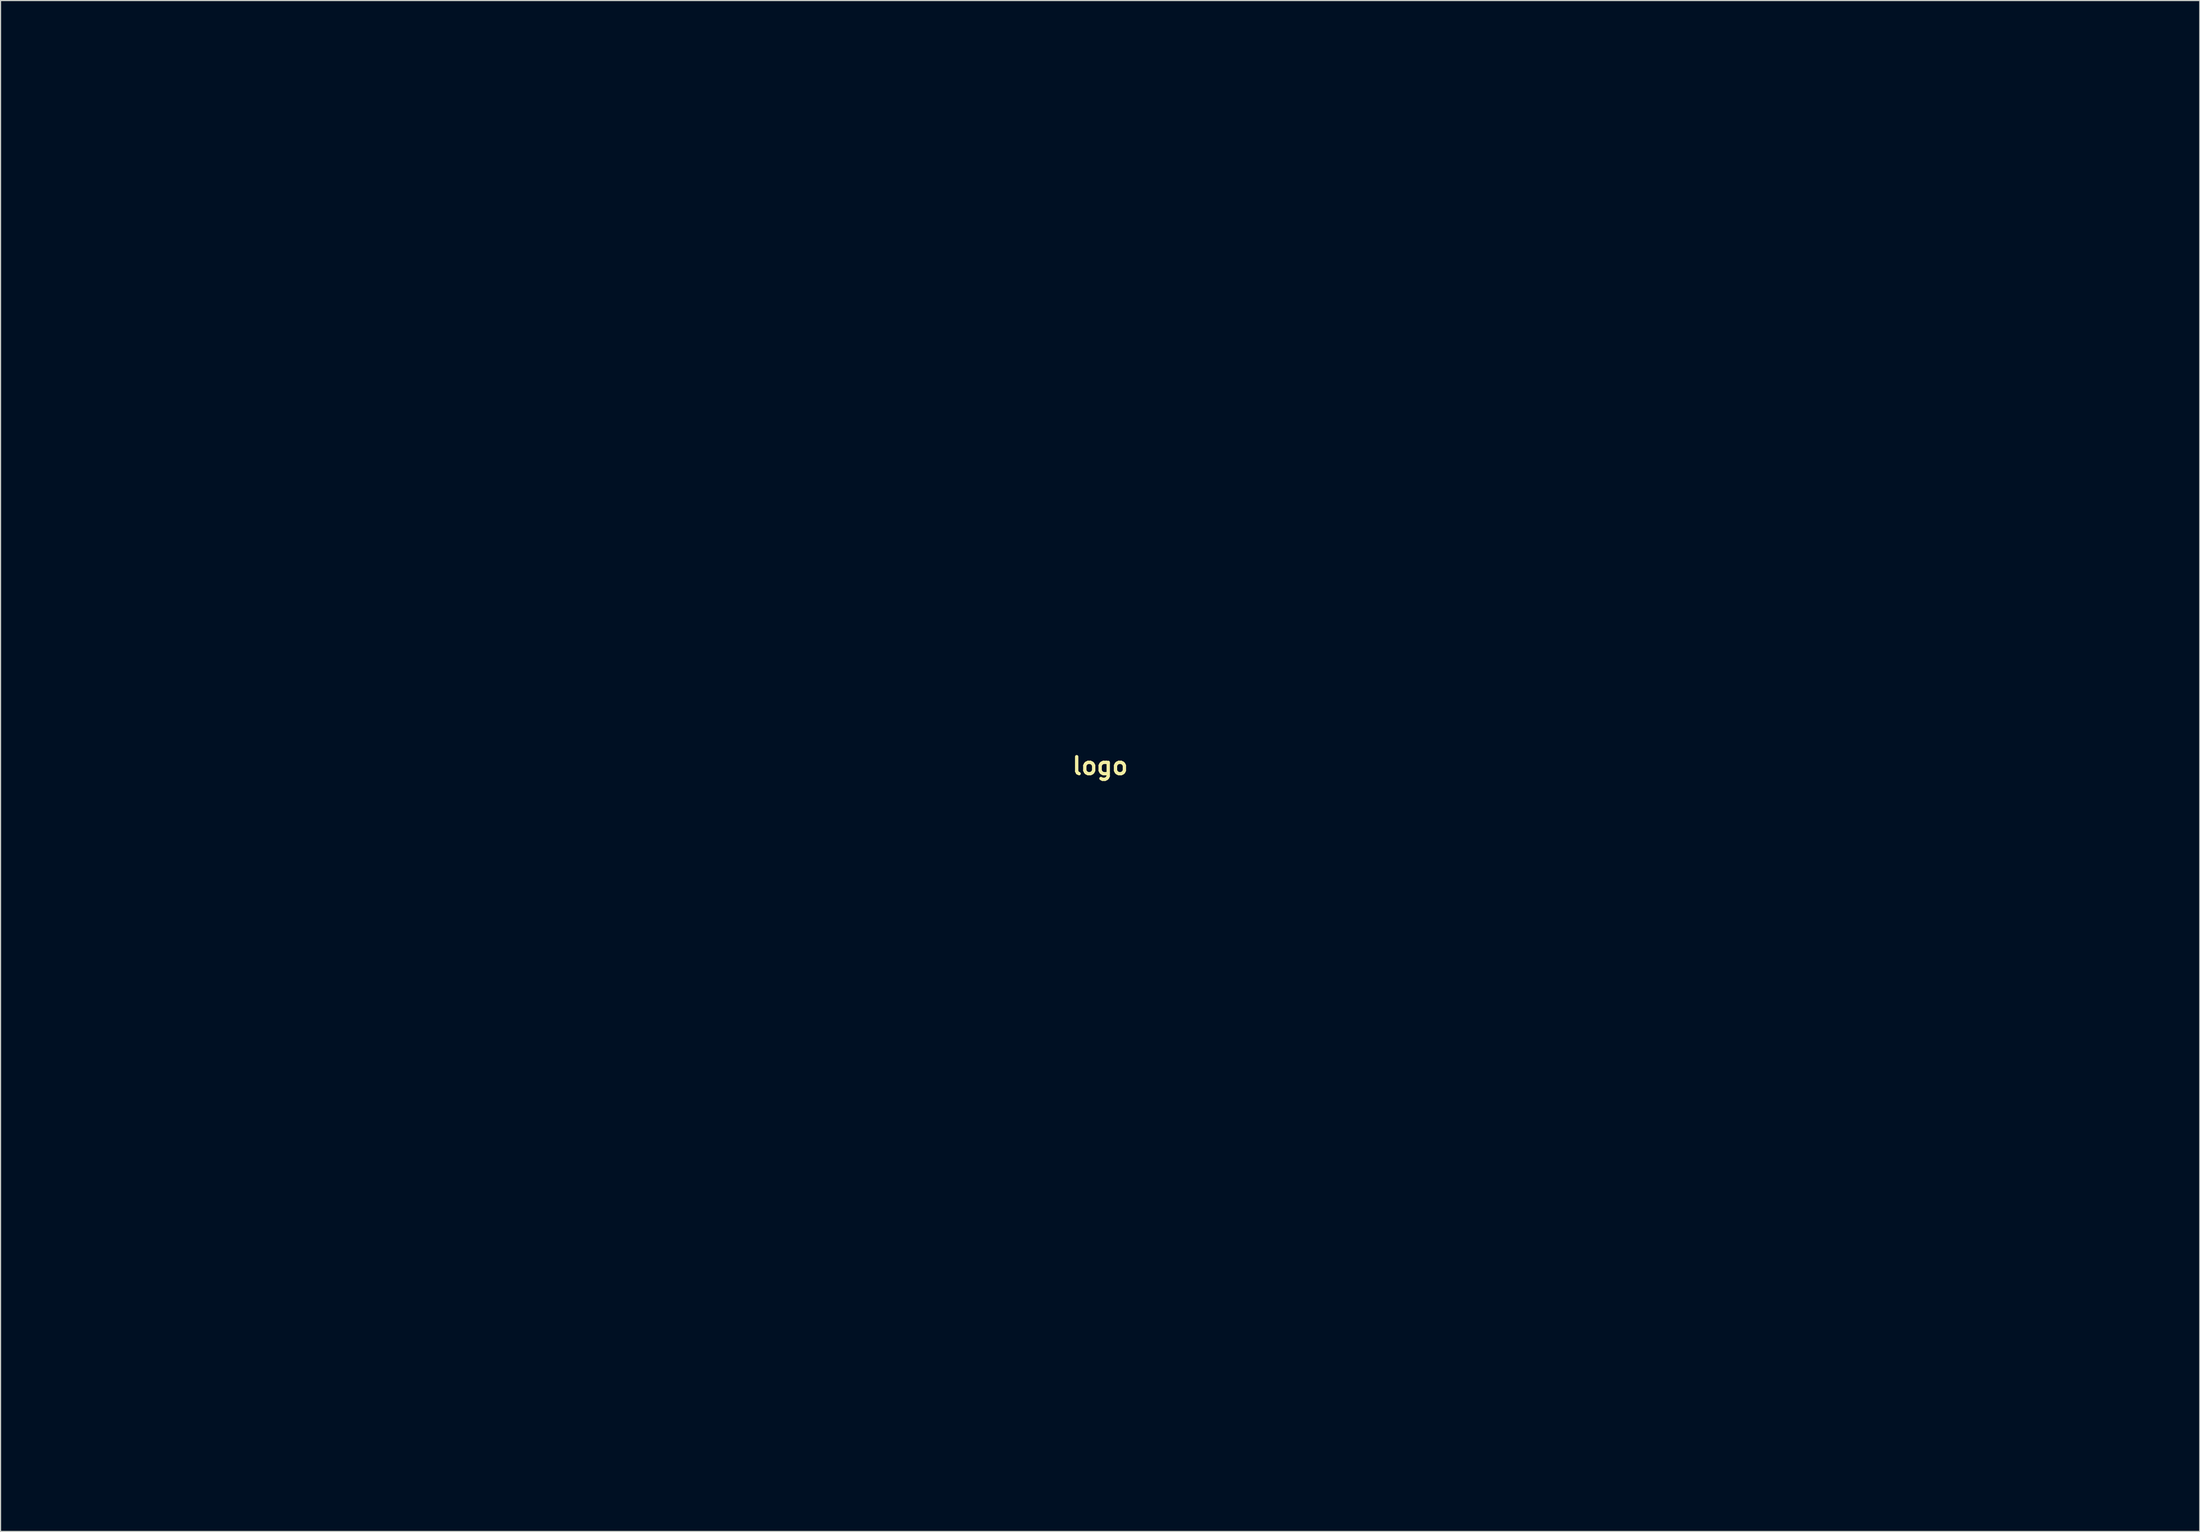
<source format=kicad_pcb>
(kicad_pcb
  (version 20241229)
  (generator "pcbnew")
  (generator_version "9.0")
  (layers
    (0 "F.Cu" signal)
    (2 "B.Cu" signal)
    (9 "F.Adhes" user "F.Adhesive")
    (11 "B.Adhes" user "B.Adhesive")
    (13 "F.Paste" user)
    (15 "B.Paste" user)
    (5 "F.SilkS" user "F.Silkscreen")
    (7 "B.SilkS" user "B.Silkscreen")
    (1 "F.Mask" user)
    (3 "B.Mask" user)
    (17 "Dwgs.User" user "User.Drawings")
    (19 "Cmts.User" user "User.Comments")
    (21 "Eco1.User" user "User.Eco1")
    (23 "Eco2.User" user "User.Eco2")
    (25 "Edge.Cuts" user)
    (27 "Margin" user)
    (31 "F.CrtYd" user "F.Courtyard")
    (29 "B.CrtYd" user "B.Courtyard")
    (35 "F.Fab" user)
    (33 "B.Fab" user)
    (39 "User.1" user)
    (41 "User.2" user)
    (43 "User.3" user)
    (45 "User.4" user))
  (footprint "logo"
    (layer "F.Cu")
    (at 95.68 65.705)
    (property "Reference" "logo" (at 0 0 0) (layer "F.SilkS") (effects (font (size 1.524 1.524) (thickness 0.3))))
    (attr through_hole)
    (fp_poly (pts (xy 41.861 -65.698) (xy 42.962 -65.692) (xy 43.99 -65.681) (xy 44.954 -65.665) (xy 45.859 -65.644) (xy 46.711 -65.618) (xy 47.517 -65.585) (xy 48.284 -65.547) (xy 49.018 -65.502) (xy 49.725 -65.45) (xy 50.412 -65.391) (xy 51.085 -65.325) (xy 51.751 -65.251) (xy 52.416 -65.17) (xy 52.747 -65.126) (xy 54.673 -64.827) (xy 56.564 -64.45) (xy 58.419 -63.997) (xy 60.239 -63.466) (xy 62.024 -62.859) (xy 63.774 -62.175) (xy 65.488 -61.413) (xy 67.168 -60.574) (xy 68.813 -59.659) (xy 70.422 -58.666) (xy 71.996 -57.596) (xy 73.536 -56.45) (xy 75.01 -55.252) (xy 75.483 -54.841) (xy 75.997 -54.377) (xy 76.537 -53.874) (xy 77.091 -53.346) (xy 77.645 -52.804) (xy 78.185 -52.262) (xy 78.698 -51.733) (xy 79.171 -51.231) (xy 79.561 -50.802) (xy 80.895 -49.236) (xy 82.173 -47.607) (xy 83.394 -45.915) (xy 84.56 -44.16) (xy 85.67 -42.342) (xy 86.722 -40.463) (xy 87.718 -38.522) (xy 88.657 -36.52) (xy 89.54 -34.456) (xy 90.365 -32.332) (xy 91.132 -30.148) (xy 91.842 -27.904) (xy 92.495 -25.6) (xy 93.089 -23.237) (xy 93.626 -20.814) (xy 93.748 -20.214) (xy 94.19 -17.852) (xy 94.573 -15.466) (xy 94.899 -13.048) (xy 95.169 -10.593) (xy 95.383 -8.092) (xy 95.542 -5.538) (xy 95.631 -3.429) (xy 95.652 -2.652) (xy 95.666 -1.806) (xy 95.674 -0.909) (xy 95.675 0.024) (xy 95.669 0.976) (xy 95.657 1.93) (xy 95.639 2.872) (xy 95.615 3.783) (xy 95.585 4.648) (xy 95.549 5.451) (xy 95.545 5.524) (xy 95.378 8.163) (xy 95.151 10.759) (xy 94.865 13.31) (xy 94.52 15.815) (xy 94.117 18.274) (xy 93.655 20.685) (xy 93.136 23.046) (xy 92.56 25.357) (xy 91.927 27.616) (xy 91.237 29.822) (xy 90.491 31.974) (xy 89.69 34.071) (xy 88.834 36.111) (xy 87.923 38.093) (xy 86.958 40.016) (xy 85.938 41.878) (xy 84.866 43.68) (xy 83.74 45.418) (xy 82.562 47.092) (xy 81.331 48.702) (xy 80.603 49.593) (xy 79.901 50.41) (xy 79.15 51.242) (xy 78.365 52.074) (xy 77.56 52.892) (xy 76.75 53.681) (xy 75.948 54.427) (xy 75.168 55.116) (xy 75.01 55.252) (xy 73.505 56.474) (xy 71.964 57.619) (xy 70.389 58.687) (xy 68.779 59.678) (xy 67.134 60.593) (xy 65.453 61.43) (xy 63.738 62.189) (xy 61.987 62.872) (xy 60.201 63.478) (xy 58.38 64.007) (xy 56.524 64.459) (xy 54.633 64.834) (xy 52.747 65.126) (xy 52.08 65.212) (xy 51.415 65.29) (xy 50.746 65.36) (xy 50.067 65.422) (xy 49.37 65.477) (xy 48.65 65.525) (xy 47.9 65.567) (xy 47.114 65.603) (xy 46.285 65.632) (xy 45.406 65.656) (xy 44.472 65.674) (xy 43.476 65.687) (xy 42.412 65.696) (xy 41.272 65.7) (xy 40.682 65.7) (xy 39.371 65.698) (xy 38.136 65.69) (xy 36.972 65.676) (xy 35.869 65.657) (xy 34.821 65.631) (xy 33.82 65.598) (xy 32.86 65.557) (xy 31.931 65.51) (xy 31.028 65.454) (xy 30.141 65.39) (xy 29.265 65.316) (xy 28.392 65.234) (xy 27.513 65.142) (xy 26.623 65.041) (xy 25.712 64.928) (xy 25.614 64.916) (xy 25.306 64.876) (xy 33.401 64.876) (xy 33.422 64.897) (xy 33.443 64.876) (xy 33.422 64.855) (xy 33.401 64.876) (xy 25.306 64.876) (xy 25.14 64.854) (xy 24.671 64.791) (xy 24.2 64.725) (xy 23.723 64.656) (xy 23.234 64.582) (xy 22.726 64.503) (xy 22.195 64.418) (xy 21.634 64.325) (xy 21.038 64.224) (xy 20.401 64.113) (xy 19.718 63.993) (xy 18.982 63.861) (xy 18.189 63.718) (xy 17.332 63.561) (xy 16.405 63.39) (xy 15.404 63.204) (xy 14.944 63.119) (xy 13.781 62.904) (xy 12.692 62.71) (xy 11.668 62.533) (xy 10.701 62.373) (xy 9.781 62.228) (xy 8.901 62.099) (xy 8.052 61.982) (xy 7.225 61.878) (xy 6.412 61.785) (xy 5.604 61.701) (xy 4.792 61.626) (xy 3.969 61.559) (xy 3.175 61.501) (xy 2.925 61.488) (xy 2.602 61.476) (xy 2.217 61.467) (xy 1.781 61.459) (xy 1.305 61.453) (xy 0.801 61.449) (xy 0.279 61.447) (xy -0.248 61.447) (xy -0.77 61.449) (xy -1.276 61.453) (xy -1.754 61.459) (xy -2.193 61.466) (xy -2.581 61.476) (xy -2.908 61.487) (xy -3.163 61.5) (xy -3.175 61.501) (xy -4.017 61.563) (xy -4.84 61.63) (xy -5.651 61.706) (xy -6.459 61.79) (xy -7.273 61.884) (xy -8.101 61.989) (xy -8.952 62.106) (xy -9.834 62.236) (xy -10.756 62.382) (xy -11.726 62.543) (xy -12.754 62.72) (xy -13.847 62.916) (xy -14.944 63.119) (xy -15.979 63.311) (xy -16.937 63.488) (xy -17.824 63.651) (xy -18.644 63.8) (xy -19.404 63.937) (xy -20.11 64.062) (xy -20.766 64.177) (xy -21.379 64.282) (xy -21.955 64.378) (xy -22.498 64.467) (xy -23.016 64.548) (xy -23.512 64.624) (xy -23.994 64.696) (xy -24.466 64.763) (xy -24.935 64.827) (xy -25.406 64.889) (xy -25.614 64.916) (xy -26.723 65.052) (xy -27.805 65.173) (xy -28.872 65.278) (xy -29.939 65.37) (xy -31.021 65.45) (xy -32.131 65.518) (xy -33.284 65.575) (xy -34.493 65.622) (xy -35.687 65.659) (xy -35.998 65.666) (xy -36.383 65.673) (xy -36.834 65.678) (xy -37.34 65.682) (xy -37.894 65.686) (xy -38.487 65.689) (xy -39.11 65.691) (xy -39.754 65.693) (xy -40.411 65.693) (xy -41.072 65.693) (xy -41.727 65.692) (xy -42.369 65.69) (xy -42.988 65.688) (xy -43.576 65.684) (xy -44.124 65.68) (xy -44.623 65.675) (xy -45.064 65.67) (xy -45.439 65.663) (xy -45.739 65.656) (xy -45.762 65.655) (xy -47.244 65.599) (xy -48.649 65.522) (xy -49.987 65.424) (xy -51.263 65.304) (xy -52.484 65.161) (xy -52.747 65.126) (xy -54.357 64.876) (xy -33.443 64.876) (xy -33.422 64.897) (xy -33.401 64.876) (xy -33.422 64.855) (xy -33.443 64.876) (xy -54.357 64.876) (xy -54.552 64.846) (xy -33.337 64.846) (xy -33.062 64.85) (xy -32.941 64.849) (xy -32.752 64.842) (xy -32.509 64.832) (xy -32.23 64.818) (xy -31.929 64.801) (xy -31.75 64.791) (xy -30.685 64.72) (xy -29.632 64.637) (xy -28.58 64.542) (xy -27.523 64.434) (xy -26.451 64.31) (xy -25.356 64.171) (xy -24.23 64.014) (xy -23.064 63.84) (xy -21.851 63.646) (xy -20.581 63.432) (xy -19.245 63.196) (xy -17.907 62.95) (xy -16.741 62.734) (xy -15.652 62.533) (xy -14.636 62.348) (xy -13.688 62.177) (xy -12.802 62.021) (xy -11.973 61.877) (xy -11.197 61.745) (xy -10.467 61.626) (xy -9.779 61.516) (xy -9.128 61.418) (xy -8.508 61.328) (xy -7.915 61.247) (xy -7.343 61.174) (xy -6.787 61.108) (xy -6.242 61.048) (xy -5.703 60.994) (xy -5.165 60.945) (xy -4.622 60.9) (xy -4.069 60.859) (xy -3.501 60.82) (xy -2.921 60.783) (xy -2.329 60.754) (xy -1.667 60.735) (xy -0.951 60.724) (xy -0.193 60.723) (xy 0.591 60.73) (xy 1.386 60.745) (xy 2.179 60.768) (xy 2.955 60.8) (xy 3.7 60.839) (xy 4.398 60.885) (xy 4.593 60.9) (xy 5.103 60.943) (xy 5.604 60.988) (xy 6.099 61.036) (xy 6.596 61.088) (xy 7.098 61.145) (xy 7.611 61.207) (xy 8.139 61.276) (xy 8.688 61.352) (xy 9.263 61.436) (xy 9.869 61.529) (xy 10.511 61.631) (xy 11.194 61.744) (xy 11.923 61.867) (xy 12.703 62.002) (xy 13.539 62.15) (xy 14.437 62.312) (xy 15.4 62.487) (xy 16.435 62.677) (xy 17.547 62.883) (xy 17.907 62.951) (xy 19.314 63.208) (xy 20.648 63.443) (xy 21.917 63.657) (xy 23.127 63.849) (xy 24.288 64.023) (xy 25.406 64.178) (xy 26.489 64.315) (xy 27.545 64.437) (xy 28.583 64.543) (xy 29.609 64.636) (xy 29.676 64.641) (xy 30.084 64.674) (xy 30.506 64.706) (xy 30.933 64.736) (xy 31.352 64.765) (xy 31.752 64.79) (xy 32.123 64.812) (xy 32.452 64.83) (xy 32.728 64.842) (xy 32.941 64.849) (xy 33.062 64.85) (xy 33.337 64.846) (xy 33.147 64.805) (xy 32.515 64.668) (xy 31.949 64.54) (xy 31.433 64.417) (xy 30.951 64.293) (xy 30.485 64.165) (xy 30.431 64.149) (xy 33.542 64.149) (xy 33.548 64.174) (xy 33.57 64.177) (xy 33.605 64.162) (xy 33.599 64.149) (xy 33.548 64.144) (xy 33.542 64.149) (xy 30.431 64.149) (xy 30.019 64.028) (xy 29.536 63.878) (xy 29.125 63.745) (xy 28.218 63.434) (xy 27.31 63.094) (xy 26.392 62.721) (xy 25.458 62.313) (xy 24.5 61.865) (xy 23.509 61.374) (xy 22.479 60.837) (xy 21.401 60.25) (xy 20.299 59.625) (xy 20.081 59.5) (xy 19.861 59.372) (xy 19.631 59.238) (xy 19.384 59.093) (xy 19.11 58.932) (xy 18.804 58.751) (xy 18.457 58.545) (xy 18.061 58.31) (xy 17.608 58.041) (xy 17.092 57.733) (xy 17.039 57.701) (xy 16.298 57.261) (xy 15.62 56.862) (xy 14.997 56.5) (xy 14.419 56.169) (xy 13.879 55.865) (xy 13.368 55.584) (xy 12.879 55.32) (xy 12.401 55.069) (xy 11.928 54.827) (xy 11.45 54.588) (xy 11.409 54.568) (xy 10.128 53.964) (xy 8.881 53.433) (xy 7.664 52.974) (xy 6.472 52.584) (xy 5.299 52.262) (xy 4.14 52.006) (xy 3.027 51.819) (xy 2.625 51.764) (xy 2.267 51.721) (xy 1.934 51.687) (xy 1.609 51.662) (xy 1.273 51.644) (xy 0.907 51.633) (xy 0.494 51.627) (xy 0.015 51.626) (xy 0 51.626) (xy -0.481 51.627) (xy -0.896 51.633) (xy -1.263 51.644) (xy -1.599 51.661) (xy -1.925 51.686) (xy -2.257 51.72) (xy -2.614 51.763) (xy -3.014 51.817) (xy -3.027 51.819) (xy -4.177 52.013) (xy -5.337 52.271) (xy -6.51 52.595) (xy -7.704 52.988) (xy -8.921 53.45) (xy -10.169 53.983) (xy -11.409 54.568) (xy -11.887 54.807) (xy -12.361 55.048) (xy -12.837 55.298) (xy -13.326 55.56) (xy -13.834 55.84) (xy -14.371 56.142) (xy -14.945 56.47) (xy -15.565 56.83) (xy -16.238 57.225) (xy -16.973 57.662) (xy -17.039 57.701) (xy -17.562 58.013) (xy -18.02 58.286) (xy -18.421 58.524) (xy -18.773 58.733) (xy -19.083 58.916) (xy -19.359 59.078) (xy -19.608 59.225) (xy -19.84 59.36) (xy -20.06 59.488) (xy -20.278 59.613) (xy -20.299 59.625) (xy -21.43 60.265) (xy -22.506 60.851) (xy -23.535 61.388) (xy -24.525 61.877) (xy -25.482 62.324) (xy -26.416 62.731) (xy -27.333 63.103) (xy -28.242 63.442) (xy -29.125 63.745) (xy -29.634 63.909) (xy -30.113 64.056) (xy -30.577 64.191) (xy -31.045 64.318) (xy -31.533 64.441) (xy -32.057 64.565) (xy -32.635 64.695) (xy -33.147 64.805) (xy -33.337 64.846) (xy -54.552 64.846) (xy -54.673 64.827) (xy -56.563 64.45) (xy -58.419 63.997) (xy -60.239 63.466) (xy -62.024 62.859) (xy -63.774 62.174) (xy -65.489 61.413) (xy -67.169 60.574) (xy -68.813 59.658) (xy -70.423 58.666) (xy -71.997 57.596) (xy -73.537 56.449) (xy -75.01 55.252) (xy -75.796 54.565) (xy -76.607 53.817) (xy -77.429 53.023) (xy -78.248 52.196) (xy -79.049 51.35) (xy -79.82 50.501) (xy -80.546 49.662) (xy -80.704 49.474) (xy -81.887 47.992) (xy -83.032 46.438) (xy -84.136 44.816) (xy -85.196 43.133) (xy -86.21 41.392) (xy -87.174 39.598) (xy -88.087 37.757) (xy -88.944 35.872) (xy -89.744 33.949) (xy -90.064 33.126) (xy -90.898 30.827) (xy -91.664 28.479) (xy -92.363 26.082) (xy -92.996 23.636) (xy -93.562 21.139) (xy -94.062 18.592) (xy -94.495 15.994) (xy -94.862 13.345) (xy -95.162 10.645) (xy -95.396 7.893) (xy -95.564 5.088) (xy -95.631 3.429) (xy -95.652 2.652) (xy -95.666 1.806) (xy -95.674 0.909) (xy -95.675 -0.024) (xy -95.669 -0.913) (xy -94.972 -0.913) (xy -94.961 1.765) (xy -94.885 4.444) (xy -94.743 7.119) (xy -94.535 9.785) (xy -94.261 12.435) (xy -94.23 12.7) (xy -93.896 15.227) (xy -93.5 17.714) (xy -93.043 20.157) (xy -92.525 22.555) (xy -91.949 24.904) (xy -91.313 27.201) (xy -90.618 29.445) (xy -89.867 31.632) (xy -89.058 33.76) (xy -88.464 35.2) (xy -87.587 37.165) (xy -86.656 39.071) (xy -85.673 40.916) (xy -84.638 42.7) (xy -83.553 44.422) (xy -82.418 46.082) (xy -81.234 47.677) (xy -80.002 49.207) (xy -78.723 50.672) (xy -77.398 52.07) (xy -76.027 53.401) (xy -74.611 54.663) (xy -73.152 55.857) (xy -71.651 56.98) (xy -70.107 58.031) (xy -68.523 59.011) (xy -66.898 59.919) (xy -65.234 60.752) (xy -63.532 61.511) (xy -62.055 62.097) (xy -60.618 62.605) (xy -59.163 63.06) (xy -57.681 63.462) (xy -56.165 63.814) (xy -54.606 64.118) (xy -52.996 64.374) (xy -51.327 64.586) (xy -49.932 64.725) (xy -49.6 64.753) (xy -49.31 64.775) (xy -49.069 64.791) (xy -48.884 64.801) (xy -48.763 64.803) (xy -48.711 64.799) (xy -48.735 64.787) (xy -48.747 64.784) (xy -50.091 64.456) (xy -51.142 64.149) (xy -33.599 64.149) (xy -33.593 64.174) (xy -33.57 64.177) (xy -33.535 64.162) (xy -33.542 64.149) (xy -33.592 64.144) (xy -33.599 64.149) (xy -51.142 64.149) (xy -51.288 64.107) (xy -33.383 64.107) (xy -33.354 64.111) (xy -33.259 64.099) (xy -33.096 64.068) (xy -32.859 64.02) (xy -32.545 63.954) (xy -32.484 63.941) (xy -31.125 63.615) (xy -29.739 63.209) (xy -28.327 62.724) (xy -26.889 62.16) (xy -25.428 61.519) (xy -24.342 60.999) (xy -23.919 60.789) (xy -23.506 60.578) (xy -23.095 60.365) (xy -22.679 60.144) (xy -22.25 59.912) (xy -21.803 59.665) (xy -21.329 59.399) (xy -20.822 59.109) (xy -20.274 58.793) (xy -19.679 58.445) (xy -19.029 58.062) (xy -18.318 57.641) (xy -17.992 57.447) (xy -17.254 57.009) (xy -16.582 56.611) (xy -15.968 56.251) (xy -15.406 55.924) (xy -14.89 55.627) (xy -14.412 55.356) (xy -13.966 55.107) (xy -13.545 54.876) (xy -13.143 54.66) (xy -12.752 54.455) (xy -12.367 54.257) (xy -11.979 54.062) (xy -11.624 53.887) (xy -10.437 53.328) (xy -9.29 52.834) (xy -8.174 52.402) (xy -7.078 52.029) (xy -5.993 51.712) (xy -4.907 51.448) (xy -3.812 51.234) (xy -2.697 51.066) (xy -1.757 50.962) (xy -1.503 50.943) (xy -1.181 50.929) (xy -0.809 50.919) (xy -0.403 50.913) (xy 0.018 50.911) (xy 0.44 50.914) (xy 0.843 50.92) (xy 1.211 50.93) (xy 1.528 50.945) (xy 1.757 50.962) (xy 2.896 51.093) (xy 4.007 51.268) (xy 5.1 51.491) (xy 6.185 51.765) (xy 7.271 52.091) (xy 8.37 52.475) (xy 9.491 52.917) (xy 10.644 53.422) (xy 11.624 53.887) (xy 12.018 54.081) (xy 12.404 54.276) (xy 12.79 54.474) (xy 13.181 54.681) (xy 13.585 54.898) (xy 14.008 55.13) (xy 14.457 55.381) (xy 14.939 55.655) (xy 15.459 55.955) (xy 16.026 56.285) (xy 16.645 56.649) (xy 17.324 57.05) (xy 17.992 57.447) (xy 18.735 57.888) (xy 19.413 58.288) (xy 20.033 58.652) (xy 20.603 58.983) (xy 21.129 59.285) (xy 21.618 59.562) (xy 22.078 59.818) (xy 22.516 60.057) (xy 22.938 60.282) (xy 23.352 60.499) (xy 23.764 60.711) (xy 24.182 60.921) (xy 24.299 60.979) (xy 25.788 61.683) (xy 27.251 62.309) (xy 28.689 62.855) (xy 30.101 63.322) (xy 31.486 63.708) (xy 32.484 63.941) (xy 32.812 64.011) (xy 33.061 64.062) (xy 33.237 64.095) (xy 33.343 64.11) (xy 33.383 64.109) (xy 33.362 64.09) (xy 33.284 64.055) (xy 33.153 64.003) (xy 33.126 63.993) (xy 32.036 63.549) (xy 31.009 63.062) (xy 30.034 62.527) (xy 29.1 61.936) (xy 28.198 61.282) (xy 27.318 60.561) (xy 26.448 59.763) (xy 26.118 59.439) (xy 25.307 58.584) (xy 24.524 57.674) (xy 23.766 56.705) (xy 23.033 55.673) (xy 22.321 54.576) (xy 21.63 53.41) (xy 20.956 52.171) (xy 20.298 50.857) (xy 19.654 49.465) (xy 19.25 48.535) (xy 18.931 47.783) (xy 18.641 47.098) (xy 18.376 46.467) (xy 18.131 45.881) (xy 17.901 45.328) (xy 17.683 44.797) (xy 17.47 44.276) (xy 17.26 43.755) (xy 17.046 43.222) (xy 16.825 42.666) (xy 16.592 42.077) (xy 16.424 41.65) (xy 16.104 40.834) (xy 15.812 40.091) (xy 15.547 39.417) (xy 15.307 38.806) (xy 15.089 38.254) (xy 14.892 37.755) (xy 14.713 37.304) (xy 14.551 36.895) (xy 14.403 36.524) (xy 14.268 36.186) (xy 14.142 35.875) (xy 14.025 35.587) (xy 13.914 35.315) (xy 13.807 35.055) (xy 13.702 34.802) (xy 13.597 34.551) (xy 13.49 34.296) (xy 13.378 34.033) (xy 13.272 33.782) (xy 12.668 32.389) (xy 12.074 31.077) (xy 11.489 29.845) (xy 10.911 28.69) (xy 10.339 27.611) (xy 9.772 26.604) (xy 9.207 25.669) (xy 8.644 24.802) (xy 8.082 24.002) (xy 7.518 23.266) (xy 6.951 22.592) (xy 6.38 21.979) (xy 5.803 21.423) (xy 5.304 20.997) (xy 12.494 20.997) (xy 12.5 21.613) (xy 12.525 22.253) (xy 12.569 22.9) (xy 12.631 23.54) (xy 12.661 23.791) (xy 12.778 24.619) (xy 12.931 25.522) (xy 13.119 26.497) (xy 13.34 27.542) (xy 13.596 28.655) (xy 13.884 29.834) (xy 14.206 31.077) (xy 14.559 32.381) (xy 14.943 33.745) (xy 15.359 35.166) (xy 15.804 36.643) (xy 16.28 38.172) (xy 16.723 39.562) (xy 17.156 40.886) (xy 17.575 42.133) (xy 17.983 43.31) (xy 18.382 44.423) (xy 18.776 45.48) (xy 19.167 46.485) (xy 19.557 47.447) (xy 19.948 48.371) (xy 20.344 49.265) (xy 20.747 50.133) (xy 21.159 50.984) (xy 21.257 51.181) (xy 21.918 52.453) (xy 22.592 53.647) (xy 23.282 54.765) (xy 23.991 55.814) (xy 24.723 56.798) (xy 25.481 57.722) (xy 26.269 58.591) (xy 27.09 59.41) (xy 27.58 59.861) (xy 28.489 60.618) (xy 29.456 61.319) (xy 30.471 61.958) (xy 31.525 62.528) (xy 32.607 63.025) (xy 33.401 63.335) (xy 33.637 63.418) (xy 33.797 63.471) (xy 33.88 63.492) (xy 33.887 63.481) (xy 33.816 63.44) (xy 33.809 63.437) (xy 48.175 63.437) (xy 48.197 63.458) (xy 48.218 63.437) (xy 48.197 63.415) (xy 48.175 63.437) (xy 33.809 63.437) (xy 33.777 63.42) (xy 32.968 62.969) (xy 32.908 62.928) (xy 34.375 62.928) (xy 34.396 62.95) (xy 34.417 62.928) (xy 34.396 62.907) (xy 34.375 62.928) (xy 32.908 62.928) (xy 32.195 62.445) (xy 31.463 61.854) (xy 30.78 61.203) (xy 30.151 60.498) (xy 29.583 59.745) (xy 29.08 58.951) (xy 28.65 58.121) (xy 28.622 58.06) (xy 28.521 57.831) (xy 28.415 57.574) (xy 28.31 57.306) (xy 28.211 57.043) (xy 28.126 56.803) (xy 28.06 56.601) (xy 28.019 56.454) (xy 28.011 56.419) (xy 27.987 56.313) (xy 27.969 56.261) (xy 27.919 56.107) (xy 27.864 55.885) (xy 27.806 55.61) (xy 27.75 55.299) (xy 27.696 54.967) (xy 27.649 54.631) (xy 27.611 54.307) (xy 27.599 54.187) (xy 27.577 53.848) (xy 27.568 53.455) (xy 27.569 53.088) (xy 28.28 53.088) (xy 28.284 53.495) (xy 28.296 53.889) (xy 28.317 54.246) (xy 28.344 54.527) (xy 28.5 55.463) (xy 28.734 56.374) (xy 29.044 57.257) (xy 29.426 58.105) (xy 29.88 58.913) (xy 30.401 59.676) (xy 30.987 60.39) (xy 31.347 60.769) (xy 31.852 61.251) (xy 32.35 61.672) (xy 32.863 62.05) (xy 33.414 62.404) (xy 33.802 62.627) (xy 34.01 62.741) (xy 34.155 62.821) (xy 34.248 62.87) (xy 34.301 62.895) (xy 34.325 62.902) (xy 34.332 62.895) (xy 34.332 62.889) (xy 34.301 62.856) (xy 34.219 62.786) (xy 34.101 62.692) (xy 34.069 62.667) (xy 33.491 62.183) (xy 32.983 61.669) (xy 32.53 61.112) (xy 32.318 60.81) (xy 32.192 60.611) (xy 32.06 60.386) (xy 31.929 60.15) (xy 31.808 59.917) (xy 31.704 59.704) (xy 31.625 59.524) (xy 31.578 59.393) (xy 31.569 59.347) (xy 31.551 59.28) (xy 31.534 59.267) (xy 31.52 59.245) (xy 31.623 59.245) (xy 31.644 59.267) (xy 31.665 59.245) (xy 31.644 59.224) (xy 31.623 59.245) (xy 31.52 59.245) (xy 31.508 59.228) (xy 31.47 59.121) (xy 31.422 58.962) (xy 31.368 58.765) (xy 31.314 58.546) (xy 31.262 58.319) (xy 31.216 58.101) (xy 31.181 57.906) (xy 31.175 57.87) (xy 31.142 57.57) (xy 31.124 57.215) (xy 31.121 56.825) (xy 31.121 56.813) (xy 31.804 56.813) (xy 31.843 57.529) (xy 31.963 58.24) (xy 32.138 58.864) (xy 32.414 59.551) (xy 32.765 60.201) (xy 33.189 60.812) (xy 33.684 61.381) (xy 34.246 61.904) (xy 34.779 62.312) (xy 34.902 62.397) (xy 34.997 62.458) (xy 35.043 62.484) (xy 35.044 62.484) (xy 35.025 62.456) (xy 34.958 62.381) (xy 34.853 62.27) (xy 34.761 62.174) (xy 34.352 61.708) (xy 33.998 61.203) (xy 33.714 60.679) (xy 33.652 60.542) (xy 33.599 60.413) (xy 33.579 60.339) (xy 33.589 60.294) (xy 33.63 60.257) (xy 33.637 60.252) (xy 33.692 60.207) (xy 33.677 60.202) (xy 33.627 60.216) (xy 33.575 60.222) (xy 33.535 60.193) (xy 33.496 60.113) (xy 33.448 59.977) (xy 33.342 59.569) (xy 33.27 59.109) (xy 33.235 58.628) (xy 33.236 58.506) (xy 33.945 58.506) (xy 33.948 58.81) (xy 33.966 59.077) (xy 33.991 59.245) (xy 34.154 59.863) (xy 34.387 60.437) (xy 34.695 60.973) (xy 35.078 61.475) (xy 35.402 61.817) (xy 35.568 61.974) (xy 35.689 62.079) (xy 35.762 62.132) (xy 35.784 62.13) (xy 35.752 62.071) (xy 35.663 61.955) (xy 35.654 61.944) (xy 35.534 61.787) (xy 35.412 61.611) (xy 35.358 61.524) (xy 35.226 61.306) (xy 35.319 61.237) (xy 35.412 61.169) (xy 35.313 61.216) (xy 35.234 61.246) (xy 35.199 61.248) (xy 35.163 61.185) (xy 35.111 61.061) (xy 35.05 60.895) (xy 34.987 60.707) (xy 34.928 60.519) (xy 34.881 60.348) (xy 34.861 60.261) (xy 34.822 60.001) (xy 34.799 59.689) (xy 34.795 59.359) (xy 34.797 59.29) (xy 35.498 59.29) (xy 35.498 59.662) (xy 35.532 60.016) (xy 35.598 60.322) (xy 35.599 60.325) (xy 35.729 60.676) (xy 35.902 61.034) (xy 36.101 61.364) (xy 36.254 61.573) (xy 36.36 61.695) (xy 36.466 61.812) (xy 36.565 61.914) (xy 36.649 61.994) (xy 36.707 62.043) (xy 36.732 62.053) (xy 36.714 62.016) (xy 36.663 61.948) (xy 36.606 61.868) (xy 36.602 61.816) (xy 36.647 61.755) (xy 36.649 61.752) (xy 36.699 61.693) (xy 36.687 61.688) (xy 36.633 61.715) (xy 36.575 61.739) (xy 36.527 61.73) (xy 36.478 61.678) (xy 36.416 61.569) (xy 36.353 61.447) (xy 36.218 61.104) (xy 36.124 60.712) (xy 36.074 60.296) (xy 36.072 60.055) (xy 36.775 60.055) (xy 36.782 60.33) (xy 36.809 60.581) (xy 36.843 60.738) (xy 36.961 61.043) (xy 37.129 61.359) (xy 37.326 61.652) (xy 37.427 61.775) (xy 37.542 61.899) (xy 37.63 61.98) (xy 37.684 62.016) (xy 37.696 62.001) (xy 37.658 61.931) (xy 37.623 61.881) (xy 37.523 61.718) (xy 37.424 61.512) (xy 37.339 61.297) (xy 37.283 61.108) (xy 37.275 61.066) (xy 37.251 60.923) (xy 37.229 60.795) (xy 37.226 60.78) (xy 37.219 60.701) (xy 37.255 60.667) (xy 37.345 60.659) (xy 37.486 60.654) (xy 37.359 60.626) (xy 37.287 60.605) (xy 37.26 60.579) (xy 37.953 60.579) (xy 37.956 60.785) (xy 37.97 60.935) (xy 38 61.059) (xy 38.049 61.186) (xy 38.067 61.226) (xy 38.16 61.399) (xy 38.274 61.576) (xy 38.341 61.666) (xy 38.432 61.765) (xy 38.553 61.879) (xy 38.689 61.997) (xy 38.823 62.106) (xy 38.941 62.193) (xy 39.028 62.245) (xy 39.065 62.253) (xy 39.048 62.214) (xy 38.987 62.131) (xy 38.892 62.021) (xy 38.878 62.005) (xy 38.702 61.771) (xy 38.574 61.52) (xy 38.572 61.514) (xy 38.523 61.38) (xy 38.493 61.282) (xy 38.487 61.241) (xy 38.533 61.219) (xy 38.608 61.186) (xy 38.714 61.141) (xy 38.442 61.081) (xy 38.458 60.913) (xy 39.158 60.913) (xy 39.199 61.163) (xy 39.312 61.408) (xy 39.487 61.634) (xy 39.713 61.825) (xy 39.915 61.939) (xy 40.328 62.102) (xy 40.713 62.195) (xy 41.086 62.22) (xy 41.462 62.18) (xy 41.52 62.168) (xy 41.896 62.063) (xy 42.222 61.917) (xy 42.492 61.737) (xy 42.7 61.529) (xy 42.84 61.297) (xy 42.906 61.049) (xy 42.902 60.842) (xy 42.834 60.582) (xy 42.707 60.357) (xy 42.531 60.167) (xy 42.25 59.958) (xy 41.914 59.791) (xy 41.545 59.672) (xy 41.166 59.612) (xy 41.005 59.605) (xy 40.809 59.622) (xy 40.57 59.666) (xy 40.32 59.73) (xy 40.092 59.804) (xy 39.951 59.865) (xy 39.726 60.01) (xy 39.522 60.196) (xy 39.352 60.408) (xy 39.228 60.627) (xy 39.164 60.837) (xy 39.158 60.913) (xy 38.458 60.913) (xy 38.468 60.798) (xy 38.538 60.463) (xy 38.684 60.135) (xy 38.894 59.828) (xy 39.16 59.555) (xy 39.472 59.33) (xy 39.575 59.273) (xy 40.03 59.08) (xy 40.505 58.966) (xy 41.01 58.928) (xy 41.015 58.928) (xy 41.427 58.947) (xy 41.794 59.008) (xy 42.147 59.119) (xy 42.376 59.216) (xy 42.563 59.309) (xy 42.714 59.404) (xy 42.856 59.52) (xy 43.018 59.678) (xy 43.055 59.716) (xy 43.281 59.973) (xy 43.44 60.209) (xy 43.541 60.443) (xy 43.594 60.694) (xy 43.607 60.881) (xy 43.583 61.253) (xy 43.49 61.579) (xy 43.326 61.87) (xy 43.195 62.026) (xy 43.088 62.142) (xy 43.008 62.235) (xy 42.97 62.287) (xy 42.968 62.292) (xy 42.998 62.291) (xy 43.075 62.245) (xy 43.186 62.166) (xy 43.316 62.066) (xy 43.45 61.956) (xy 43.572 61.847) (xy 43.669 61.752) (xy 43.676 61.743) (xy 43.799 61.586) (xy 43.92 61.397) (xy 43.995 61.256) (xy 44.062 61.102) (xy 44.101 60.969) (xy 44.119 60.824) (xy 44.123 60.632) (xy 44.123 60.621) (xy 44.107 60.341) (xy 44.055 60.098) (xy 43.956 59.862) (xy 43.801 59.606) (xy 43.784 59.58) (xy 43.505 59.243) (xy 43.156 58.948) (xy 42.743 58.699) (xy 42.272 58.498) (xy 41.931 58.394) (xy 41.685 58.349) (xy 41.382 58.322) (xy 41.048 58.313) (xy 40.707 58.321) (xy 40.386 58.348) (xy 40.111 58.391) (xy 40.026 58.412) (xy 39.562 58.571) (xy 39.139 58.784) (xy 38.765 59.044) (xy 38.45 59.345) (xy 38.203 59.679) (xy 38.116 59.838) (xy 38.038 60.004) (xy 37.99 60.131) (xy 37.964 60.251) (xy 37.954 60.395) (xy 37.953 60.579) (xy 37.26 60.579) (xy 37.25 60.57) (xy 37.24 60.496) (xy 37.245 60.366) (xy 37.265 60.207) (xy 37.307 60.01) (xy 37.361 59.819) (xy 37.361 59.817) (xy 37.538 59.409) (xy 37.788 59.03) (xy 38.102 58.686) (xy 38.471 58.38) (xy 38.889 58.117) (xy 39.347 57.902) (xy 39.836 57.739) (xy 40.349 57.632) (xy 40.877 57.586) (xy 41.411 57.605) (xy 41.456 57.609) (xy 42.065 57.711) (xy 42.627 57.876) (xy 43.138 58.103) (xy 43.594 58.388) (xy 43.993 58.732) (xy 44.329 59.131) (xy 44.333 59.136) (xy 44.578 59.538) (xy 44.742 59.94) (xy 44.826 60.35) (xy 44.832 60.776) (xy 44.823 60.875) (xy 44.78 61.109) (xy 44.706 61.364) (xy 44.612 61.608) (xy 44.508 61.813) (xy 44.46 61.885) (xy 44.398 61.972) (xy 44.386 62.003) (xy 44.422 61.991) (xy 44.442 61.98) (xy 44.527 61.911) (xy 44.639 61.786) (xy 44.763 61.626) (xy 44.884 61.45) (xy 44.989 61.275) (xy 45.02 61.217) (xy 45.146 60.934) (xy 45.224 60.667) (xy 45.262 60.379) (xy 45.269 60.156) (xy 45.236 59.727) (xy 45.135 59.325) (xy 44.96 58.942) (xy 44.709 58.57) (xy 44.378 58.201) (xy 44.317 58.141) (xy 44.029 57.884) (xy 43.746 57.675) (xy 43.432 57.49) (xy 43.286 57.415) (xy 42.74 57.181) (xy 42.184 57.019) (xy 41.602 56.925) (xy 41.001 56.896) (xy 40.33 56.932) (xy 39.702 57.04) (xy 39.118 57.218) (xy 38.578 57.467) (xy 38.085 57.786) (xy 37.64 58.175) (xy 37.504 58.318) (xy 37.243 58.651) (xy 37.028 59.02) (xy 36.872 59.399) (xy 36.825 59.563) (xy 36.789 59.789) (xy 36.775 60.055) (xy 36.072 60.055) (xy 36.07 59.882) (xy 36.116 59.497) (xy 36.136 59.408) (xy 36.215 59.15) (xy 36.33 58.858) (xy 36.466 58.566) (xy 36.608 58.309) (xy 36.664 58.222) (xy 36.975 57.833) (xy 37.357 57.465) (xy 37.797 57.129) (xy 38.284 56.833) (xy 38.803 56.587) (xy 38.982 56.518) (xy 39.331 56.4) (xy 39.659 56.313) (xy 39.991 56.254) (xy 40.348 56.217) (xy 40.754 56.201) (xy 41 56.199) (xy 41.302 56.201) (xy 41.538 56.206) (xy 41.728 56.217) (xy 41.891 56.234) (xy 42.045 56.26) (xy 42.21 56.295) (xy 42.227 56.299) (xy 42.734 56.433) (xy 43.178 56.586) (xy 43.583 56.765) (xy 43.97 56.983) (xy 44.26 57.174) (xy 44.721 57.54) (xy 45.116 57.942) (xy 45.441 58.376) (xy 45.692 58.836) (xy 45.867 59.317) (xy 45.963 59.813) (xy 45.981 60.154) (xy 45.941 60.643) (xy 45.826 61.125) (xy 45.643 61.58) (xy 45.436 61.934) (xy 45.363 62.039) (xy 45.461 61.955) (xy 45.565 61.85) (xy 45.696 61.697) (xy 45.837 61.517) (xy 45.97 61.333) (xy 46.078 61.168) (xy 46.088 61.151) (xy 46.269 60.792) (xy 46.397 60.422) (xy 46.477 60.016) (xy 46.508 59.711) (xy 46.501 59.223) (xy 46.413 58.732) (xy 46.248 58.245) (xy 46.01 57.77) (xy 45.702 57.314) (xy 45.327 56.884) (xy 45.084 56.654) (xy 44.576 56.257) (xy 44.006 55.913) (xy 43.384 55.625) (xy 42.717 55.398) (xy 42.249 55.282) (xy 42.068 55.246) (xy 41.896 55.221) (xy 41.713 55.203) (xy 41.5 55.192) (xy 41.237 55.186) (xy 40.979 55.184) (xy 40.602 55.186) (xy 40.289 55.197) (xy 40.017 55.218) (xy 39.767 55.253) (xy 39.515 55.303) (xy 39.242 55.371) (xy 39.205 55.381) (xy 38.571 55.588) (xy 37.982 55.854) (xy 37.442 56.173) (xy 36.956 56.542) (xy 36.529 56.957) (xy 36.166 57.411) (xy 35.872 57.902) (xy 35.652 58.425) (xy 35.595 58.611) (xy 35.53 58.929) (xy 35.498 59.29) (xy 34.797 59.29) (xy 34.807 59.042) (xy 34.838 58.771) (xy 34.842 58.749) (xy 34.985 58.193) (xy 35.207 57.652) (xy 35.502 57.134) (xy 35.864 56.646) (xy 36.288 56.194) (xy 36.769 55.786) (xy 37.301 55.429) (xy 37.645 55.24) (xy 38.215 54.975) (xy 38.757 54.772) (xy 39.295 54.624) (xy 39.849 54.528) (xy 40.441 54.477) (xy 40.936 54.467) (xy 41.354 54.473) (xy 41.714 54.493) (xy 42.045 54.53) (xy 42.372 54.587) (xy 42.722 54.667) (xy 42.862 54.703) (xy 43.524 54.915) (xy 44.152 55.188) (xy 44.741 55.519) (xy 45.282 55.902) (xy 45.769 56.331) (xy 46.194 56.802) (xy 46.551 57.307) (xy 46.756 57.679) (xy 46.993 58.245) (xy 47.147 58.808) (xy 47.218 59.367) (xy 47.205 59.919) (xy 47.202 59.944) (xy 47.12 60.441) (xy 46.98 60.907) (xy 46.777 61.357) (xy 46.503 61.809) (xy 46.305 62.082) (xy 46.275 62.13) (xy 46.294 62.128) (xy 46.353 62.083) (xy 46.442 62.006) (xy 46.55 61.904) (xy 46.668 61.787) (xy 46.786 61.664) (xy 46.842 61.603) (xy 47.227 61.115) (xy 47.531 60.606) (xy 47.755 60.072) (xy 47.901 59.51) (xy 47.969 58.916) (xy 47.974 58.674) (xy 47.944 58.106) (xy 47.849 57.566) (xy 47.686 57.041) (xy 47.451 56.519) (xy 47.14 55.986) (xy 47.075 55.888) (xy 46.664 55.348) (xy 46.184 54.849) (xy 45.642 54.396) (xy 45.046 53.991) (xy 44.401 53.64) (xy 43.715 53.346) (xy 42.995 53.113) (xy 42.248 52.945) (xy 41.746 52.872) (xy 41.483 52.851) (xy 41.164 52.841) (xy 40.81 52.839) (xy 40.444 52.847) (xy 40.087 52.863) (xy 39.761 52.887) (xy 39.488 52.918) (xy 39.391 52.934) (xy 38.661 53.102) (xy 37.966 53.332) (xy 37.31 53.62) (xy 36.699 53.961) (xy 36.136 54.351) (xy 35.626 54.787) (xy 35.174 55.264) (xy 34.785 55.778) (xy 34.464 56.326) (xy 34.214 56.902) (xy 34.041 57.504) (xy 34.014 57.637) (xy 33.978 57.893) (xy 33.954 58.191) (xy 33.945 58.506) (xy 33.236 58.506) (xy 33.239 58.151) (xy 33.275 57.764) (xy 33.41 57.112) (xy 33.626 56.474) (xy 33.917 55.858) (xy 34.28 55.27) (xy 34.712 54.716) (xy 35.207 54.203) (xy 35.729 53.764) (xy 36.391 53.313) (xy 37.095 52.932) (xy 37.837 52.622) (xy 38.611 52.385) (xy 39.411 52.222) (xy 40.23 52.133) (xy 41.064 52.12) (xy 41.906 52.183) (xy 42.752 52.325) (xy 42.959 52.371) (xy 43.699 52.584) (xy 44.411 52.862) (xy 45.088 53.2) (xy 45.725 53.594) (xy 46.315 54.037) (xy 46.853 54.527) (xy 47.333 55.056) (xy 47.749 55.621) (xy 48.094 56.217) (xy 48.363 56.839) (xy 48.366 56.846) (xy 48.469 57.147) (xy 48.546 57.412) (xy 48.599 57.664) (xy 48.634 57.925) (xy 48.652 58.218) (xy 48.659 58.566) (xy 48.659 58.695) (xy 48.656 58.993) (xy 48.651 59.224) (xy 48.641 59.405) (xy 48.625 59.552) (xy 48.601 59.684) (xy 48.569 59.816) (xy 48.563 59.838) (xy 48.352 60.476) (xy 48.085 61.057) (xy 47.757 61.589) (xy 47.362 62.083) (xy 47.293 62.157) (xy 47.171 62.291) (xy 47.104 62.37) (xy 47.088 62.401) (xy 47.121 62.39) (xy 47.159 62.368) (xy 47.313 62.26) (xy 47.507 62.106) (xy 47.724 61.922) (xy 47.946 61.723) (xy 48.156 61.524) (xy 48.336 61.342) (xy 48.449 61.215) (xy 48.894 60.623) (xy 49.257 60.011) (xy 49.538 59.378) (xy 49.739 58.721) (xy 49.861 58.036) (xy 49.904 57.322) (xy 49.9 57.044) (xy 49.834 56.312) (xy 49.687 55.591) (xy 49.46 54.887) (xy 49.156 54.201) (xy 48.778 53.54) (xy 48.327 52.906) (xy 47.808 52.304) (xy 47.222 51.739) (xy 46.571 51.213) (xy 46.101 50.885) (xy 45.613 50.591) (xy 45.064 50.308) (xy 44.479 50.045) (xy 43.882 49.814) (xy 43.298 49.624) (xy 42.968 49.535) (xy 42.099 49.362) (xy 41.227 49.264) (xy 40.36 49.24) (xy 39.503 49.288) (xy 38.661 49.408) (xy 37.841 49.597) (xy 37.047 49.853) (xy 36.287 50.176) (xy 35.565 50.564) (xy 34.887 51.014) (xy 34.259 51.526) (xy 33.686 52.098) (xy 33.684 52.101) (xy 33.194 52.702) (xy 32.776 53.337) (xy 32.43 53.999) (xy 32.159 54.683) (xy 31.964 55.384) (xy 31.845 56.096) (xy 31.804 56.813) (xy 31.121 56.813) (xy 31.13 56.425) (xy 31.153 56.037) (xy 31.187 55.684) (xy 31.233 55.389) (xy 31.241 55.355) (xy 31.456 54.557) (xy 31.748 53.791) (xy 32.116 53.061) (xy 32.557 52.372) (xy 33.07 51.727) (xy 33.295 51.482) (xy 33.928 50.879) (xy 34.61 50.343) (xy 35.343 49.874) (xy 36.129 49.469) (xy 36.968 49.13) (xy 37.846 48.858) (xy 38.427 48.728) (xy 39.063 48.631) (xy 39.733 48.568) (xy 40.414 48.541) (xy 41.082 48.55) (xy 41.697 48.597) (xy 42.616 48.737) (xy 43.518 48.954) (xy 44.394 49.243) (xy 45.239 49.601) (xy 46.046 50.026) (xy 46.808 50.514) (xy 47.518 51.061) (xy 48.169 51.665) (xy 48.239 51.736) (xy 48.812 52.388) (xy 49.309 53.071) (xy 49.729 53.783) (xy 50.071 54.521) (xy 50.333 55.283) (xy 50.514 56.066) (xy 50.586 56.566) (xy 50.624 57.3) (xy 50.58 58.032) (xy 50.456 58.756) (xy 50.253 59.464) (xy 49.974 60.147) (xy 49.62 60.8) (xy 49.373 61.172) (xy 49.152 61.46) (xy 48.888 61.766) (xy 48.603 62.069) (xy 48.317 62.346) (xy 48.052 62.575) (xy 48.034 62.589) (xy 47.899 62.698) (xy 47.796 62.787) (xy 47.738 62.844) (xy 47.731 62.858) (xy 47.775 62.846) (xy 47.877 62.796) (xy 48.024 62.713) (xy 48.205 62.606) (xy 48.406 62.483) (xy 48.616 62.35) (xy 48.822 62.217) (xy 49.011 62.089) (xy 49.172 61.975) (xy 49.177 61.971) (xy 49.413 61.784) (xy 49.684 61.547) (xy 49.972 61.277) (xy 50.263 60.991) (xy 50.539 60.703) (xy 50.784 60.431) (xy 50.982 60.191) (xy 51.02 60.142) (xy 51.505 59.419) (xy 51.912 58.664) (xy 52.243 57.88) (xy 52.496 57.07) (xy 52.671 56.238) (xy 52.767 55.387) (xy 52.785 54.522) (xy 52.722 53.646) (xy 52.58 52.762) (xy 52.358 51.875) (xy 52.129 51.186) (xy 51.898 50.622) (xy 51.611 50.027) (xy 51.278 49.422) (xy 50.912 48.825) (xy 50.523 48.256) (xy 50.197 47.826) (xy 49.986 47.576) (xy 49.727 47.289) (xy 49.435 46.981) (xy 49.127 46.67) (xy 48.82 46.372) (xy 48.531 46.104) (xy 48.275 45.882) (xy 48.26 45.87) (xy 47.411 45.223) (xy 46.522 44.644) (xy 45.6 44.134) (xy 44.648 43.694) (xy 43.674 43.326) (xy 42.681 43.031) (xy 41.677 42.811) (xy 40.665 42.668) (xy 39.651 42.603) (xy 38.642 42.617) (xy 37.641 42.712) (xy 37.338 42.757) (xy 36.48 42.928) (xy 35.666 43.154) (xy 34.873 43.444) (xy 34.099 43.793) (xy 33.271 44.243) (xy 32.507 44.745) (xy 31.804 45.303) (xy 31.158 45.92) (xy 30.565 46.601) (xy 30.021 47.349) (xy 30.008 47.368) (xy 29.537 48.152) (xy 29.135 48.98) (xy 28.805 49.844) (xy 28.55 50.733) (xy 28.375 51.638) (xy 28.323 52.037) (xy 28.3 52.335) (xy 28.285 52.694) (xy 28.28 53.088) (xy 27.569 53.088) (xy 27.569 53.031) (xy 27.582 52.602) (xy 27.604 52.193) (xy 27.636 51.827) (xy 27.661 51.626) (xy 27.845 50.651) (xy 28.106 49.711) (xy 28.44 48.806) (xy 28.848 47.942) (xy 29.325 47.12) (xy 29.871 46.343) (xy 30.484 45.616) (xy 31.16 44.94) (xy 31.9 44.32) (xy 32.699 43.757) (xy 32.809 43.688) (xy 33.574 43.254) (xy 34.396 42.872) (xy 35.263 42.548) (xy 36.161 42.284) (xy 37.08 42.086) (xy 37.87 41.972) (xy 38.407 41.928) (xy 38.996 41.907) (xy 39.612 41.908) (xy 40.227 41.93) (xy 40.814 41.974) (xy 41.347 42.038) (xy 41.36 42.04) (xy 42.399 42.236) (xy 43.415 42.504) (xy 44.406 42.84) (xy 45.366 43.242) (xy 46.293 43.706) (xy 47.181 44.229) (xy 48.028 44.807) (xy 48.828 45.437) (xy 49.579 46.116) (xy 50.276 46.84) (xy 50.916 47.605) (xy 51.494 48.409) (xy 52.006 49.249) (xy 52.449 50.12) (xy 52.818 51.019) (xy 53.11 51.944) (xy 53.154 52.112) (xy 53.285 52.676) (xy 53.379 53.2) (xy 53.44 53.714) (xy 53.473 54.252) (xy 53.481 54.737) (xy 53.453 55.579) (xy 53.365 56.375) (xy 53.213 57.138) (xy 52.993 57.886) (xy 52.703 58.632) (xy 52.559 58.95) (xy 52.159 59.701) (xy 51.685 60.42) (xy 51.143 61.101) (xy 50.54 61.735) (xy 49.882 62.316) (xy 49.178 62.837) (xy 48.654 63.165) (xy 48.496 63.258) (xy 48.372 63.335) (xy 48.295 63.388) (xy 48.278 63.405) (xy 48.327 63.4) (xy 48.44 63.364) (xy 48.606 63.302) (xy 48.813 63.218) (xy 49.049 63.118) (xy 49.302 63.008) (xy 49.56 62.891) (xy 49.811 62.774) (xy 50.044 62.662) (xy 50.247 62.558) (xy 50.25 62.557) (xy 50.786 62.255) (xy 51.347 61.905) (xy 51.903 61.527) (xy 52.426 61.139) (xy 52.62 60.985) (xy 52.825 60.811) (xy 53.069 60.59) (xy 53.337 60.337) (xy 53.612 60.069) (xy 53.878 59.801) (xy 54.119 59.55) (xy 54.318 59.332) (xy 54.377 59.263) (xy 55.049 58.404) (xy 55.653 57.495) (xy 56.188 56.542) (xy 56.65 55.55) (xy 57.039 54.523) (xy 57.351 53.467) (xy 57.584 52.387) (xy 57.595 52.324) (xy 57.654 51.966) (xy 57.701 51.641) (xy 57.738 51.331) (xy 57.766 51.016) (xy 57.786 50.677) (xy 57.801 50.295) (xy 57.812 49.851) (xy 57.814 49.763) (xy 57.819 49.161) (xy 57.812 48.621) (xy 57.79 48.12) (xy 57.753 47.636) (xy 57.697 47.146) (xy 57.623 46.627) (xy 57.591 46.428) (xy 57.338 45.133) (xy 57 43.835) (xy 56.58 42.534) (xy 56.077 41.232) (xy 55.492 39.929) (xy 54.827 38.627) (xy 54.082 37.328) (xy 53.257 36.031) (xy 52.354 34.738) (xy 51.373 33.451) (xy 50.315 32.171) (xy 49.18 30.899) (xy 47.97 29.636) (xy 46.685 28.382) (xy 45.675 27.453) (xy 44.584 26.497) (xy 43.454 25.554) (xy 42.291 24.628) (xy 41.098 23.721) (xy 39.882 22.836) (xy 38.646 21.976) (xy 37.396 21.143) (xy 36.136 20.34) (xy 34.871 19.57) (xy 33.606 18.836) (xy 32.347 18.14) (xy 31.096 17.485) (xy 29.86 16.874) (xy 28.644 16.309) (xy 27.451 15.793) (xy 26.288 15.33) (xy 25.158 14.921) (xy 24.067 14.569) (xy 23.019 14.278) (xy 22.02 14.049) (xy 21.96 14.037) (xy 21.574 13.963) (xy 21.242 13.904) (xy 20.946 13.859) (xy 20.666 13.827) (xy 20.381 13.804) (xy 20.073 13.79) (xy 19.723 13.783) (xy 19.31 13.781) (xy 19.241 13.78) (xy 18.881 13.781) (xy 18.592 13.783) (xy 18.36 13.787) (xy 18.172 13.795) (xy 18.014 13.807) (xy 17.871 13.824) (xy 17.731 13.847) (xy 17.579 13.876) (xy 17.57 13.878) (xy 16.889 14.043) (xy 16.273 14.251) (xy 15.711 14.508) (xy 15.195 14.818) (xy 14.712 15.187) (xy 14.486 15.39) (xy 14.032 15.874) (xy 13.637 16.418) (xy 13.299 17.022) (xy 13.018 17.688) (xy 12.794 18.415) (xy 12.628 19.205) (xy 12.592 19.431) (xy 12.54 19.89) (xy 12.507 20.417) (xy 12.494 20.997) (xy 5.304 20.997) (xy 5.219 20.924) (xy 4.626 20.478) (xy 4.064 20.108) (xy 3.327 19.702) (xy 2.58 19.379) (xy 1.824 19.139) (xy 1.063 18.983) (xy 0.297 18.91) (xy -0.469 18.92) (xy -1.234 19.013) (xy -1.995 19.188) (xy -2.75 19.447) (xy -3.496 19.787) (xy -4.231 20.211) (xy -4.72 20.543) (xy -5.306 20.995) (xy -5.882 21.498) (xy -6.452 22.055) (xy -7.015 22.667) (xy -7.575 23.338) (xy -8.131 24.069) (xy -8.686 24.864) (xy -9.242 25.723) (xy -9.799 26.65) (xy -10.359 27.647) (xy -10.925 28.716) (xy -11.496 29.859) (xy -12.075 31.079) (xy -12.663 32.378) (xy -13.262 33.759) (xy -13.272 33.782) (xy -13.387 34.053) (xy -13.496 34.31) (xy -13.6 34.559) (xy -13.703 34.803) (xy -13.805 35.049) (xy -13.909 35.302) (xy -14.017 35.566) (xy -14.131 35.847) (xy -14.253 36.149) (xy -14.385 36.479) (xy -14.529 36.84) (xy -14.687 37.238) (xy -14.862 37.679) (xy -15.054 38.166) (xy -15.267 38.707) (xy -15.503 39.304) (xy -15.762 39.964) (xy -16.048 40.692) (xy -16.363 41.493) (xy -16.427 41.656) (xy -16.684 42.307) (xy -16.924 42.915) (xy -17.154 43.49) (xy -17.377 44.045) (xy -17.599 44.592) (xy -17.825 45.143) (xy -18.059 45.709) (xy -18.307 46.303) (xy -18.573 46.936) (xy -18.862 47.62) (xy -19.179 48.368) (xy -19.249 48.533) (xy -19.815 49.823) (xy -20.385 51.037) (xy -20.962 52.182) (xy -21.55 53.266) (xy -22.154 54.298) (xy -22.778 55.286) (xy -22.802 55.322) (xy -23.35 56.131) (xy -23.888 56.875) (xy -24.429 57.569) (xy -24.986 58.231) (xy -25.571 58.875) (xy -26.118 59.439) (xy -26.986 60.266) (xy -27.861 61.016) (xy -28.754 61.695) (xy -29.674 62.309) (xy -30.632 62.864) (xy -31.638 63.369) (xy -32.703 63.829) (xy -33.126 63.993) (xy -33.265 64.047) (xy -33.352 64.085) (xy -33.383 64.107) (xy -51.288 64.107) (xy -51.371 64.082) (xy -52.596 63.657) (xy -53.772 63.179) (xy -54.91 62.642) (xy -56.016 62.045) (xy -57.1 61.383) (xy -57.591 61.058) (xy -58.752 60.219) (xy -59.859 59.314) (xy -60.911 58.346) (xy -61.908 57.315) (xy -62.849 56.222) (xy -63.732 55.068) (xy -64.559 53.854) (xy -65.327 52.58) (xy -66.035 51.249) (xy -66.685 49.861) (xy -67.273 48.417) (xy -67.456 47.923) (xy -67.893 46.626) (xy -68.284 45.288) (xy -68.63 43.906) (xy -68.929 42.476) (xy -69.184 40.995) (xy -69.395 39.459) (xy -69.561 37.865) (xy -69.685 36.209) (xy -69.765 34.488) (xy -69.803 32.698) (xy -69.807 31.962) (xy -69.807 31.914) (xy -69.068 31.914) (xy -69.067 32.491) (xy -69.065 33.054) (xy -69.061 33.595) (xy -69.056 34.104) (xy -69.05 34.572) (xy -69.042 34.99) (xy -69.033 35.349) (xy -69.022 35.639) (xy -69.013 35.814) (xy -68.906 37.254) (xy -68.776 38.62) (xy -68.622 39.919) (xy -68.442 41.16) (xy -68.235 42.35) (xy -68 43.498) (xy -67.734 44.61) (xy -67.437 45.696) (xy -67.106 46.762) (xy -66.741 47.816) (xy -66.527 48.391) (xy -66.321 48.916) (xy -66.111 49.415) (xy -65.889 49.914) (xy -65.642 50.436) (xy -65.378 50.969) (xy -64.825 52.023) (xy -64.253 53.013) (xy -63.648 53.957) (xy -62.998 54.876) (xy -62.291 55.789) (xy -61.991 56.155) (xy -61.771 56.409) (xy -61.501 56.706) (xy -61.193 57.032) (xy -60.861 57.375) (xy -60.517 57.721) (xy -60.175 58.058) (xy -59.847 58.372) (xy -59.547 58.65) (xy -59.288 58.879) (xy -59.267 58.897) (xy -58.17 59.775) (xy -57.048 60.575) (xy -55.894 61.3) (xy -54.702 61.953) (xy -53.466 62.537) (xy -52.182 63.056) (xy -50.948 63.479) (xy -50.72 63.549) (xy -50.455 63.625) (xy -50.166 63.706) (xy -49.867 63.787) (xy -49.571 63.864) (xy -49.291 63.936) (xy -49.04 63.997) (xy -48.832 64.045) (xy -48.679 64.076) (xy -48.599 64.087) (xy -48.608 64.073) (xy -48.683 64.035) (xy -48.811 63.979) (xy -48.937 63.927) (xy -49.935 63.495) (xy -50.05 63.437) (xy -48.218 63.437) (xy -48.197 63.458) (xy -48.175 63.437) (xy -48.197 63.415) (xy -48.218 63.437) (xy -50.05 63.437) (xy -50.865 63.021) (xy -51.737 62.5) (xy -52.558 61.926) (xy -53.339 61.292) (xy -54.087 60.594) (xy -54.144 60.537) (xy -54.91 59.709) (xy -55.604 58.837) (xy -56.225 57.92) (xy -56.774 56.96) (xy -57.25 55.956) (xy -57.654 54.907) (xy -57.986 53.815) (xy -58.246 52.679) (xy -58.433 51.499) (xy -58.443 51.414) (xy -58.476 51.08) (xy -58.502 50.682) (xy -58.522 50.242) (xy -58.534 49.78) (xy -58.538 49.365) (xy -57.819 49.365) (xy -57.815 49.816) (xy -57.805 50.259) (xy -57.789 50.675) (xy -57.767 51.048) (xy -57.74 51.36) (xy -57.726 51.468) (xy -57.535 52.617) (xy -57.278 53.713) (xy -56.955 54.76) (xy -56.564 55.761) (xy -56.104 56.718) (xy -55.573 57.635) (xy -54.97 58.515) (xy -54.377 59.263) (xy -54.197 59.466) (xy -53.97 59.706) (xy -53.712 59.97) (xy -53.438 60.239) (xy -53.166 60.5) (xy -52.911 60.735) (xy -52.69 60.928) (xy -52.62 60.985) (xy -52.119 61.371) (xy -51.572 61.756) (xy -51.01 62.119) (xy -50.46 62.442) (xy -50.25 62.557) (xy -50.048 62.66) (xy -49.815 62.773) (xy -49.563 62.89) (xy -49.305 63.006) (xy -49.052 63.117) (xy -48.816 63.217) (xy -48.609 63.301) (xy -48.442 63.363) (xy -48.328 63.4) (xy -48.278 63.405) (xy -48.278 63.405) (xy -48.306 63.379) (xy -48.394 63.321) (xy -48.526 63.24) (xy -48.654 63.165) (xy -49.02 62.928) (xy -34.417 62.928) (xy -34.396 62.95) (xy -34.375 62.928) (xy -34.396 62.907) (xy -34.417 62.928) (xy -49.02 62.928) (xy -49.411 62.676) (xy -50.116 62.125) (xy -50.765 61.515) (xy -51.354 60.851) (xy -51.879 60.137) (xy -52.337 59.379) (xy -52.725 58.582) (xy -53.037 57.749) (xy -53.123 57.468) (xy -53.281 56.838) (xy -53.392 56.203) (xy -53.458 55.54) (xy -53.481 54.828) (xy -53.481 54.737) (xy -53.481 54.72) (xy -52.783 54.72) (xy -52.776 55.097) (xy -52.704 55.981) (xy -52.552 56.836) (xy -52.321 57.662) (xy -52.01 58.458) (xy -51.62 59.224) (xy -51.152 59.959) (xy -51.017 60.146) (xy -50.833 60.374) (xy -50.6 60.638) (xy -50.331 60.921) (xy -50.044 61.208) (xy -49.755 61.482) (xy -49.48 61.728) (xy -49.235 61.928) (xy -49.177 61.971) (xy -49.018 62.084) (xy -48.83 62.211) (xy -48.625 62.345) (xy -48.415 62.477) (xy -48.213 62.601) (xy -48.031 62.709) (xy -47.882 62.793) (xy -47.778 62.845) (xy -47.731 62.858) (xy -47.731 62.858) (xy -47.754 62.826) (xy -47.831 62.755) (xy -47.948 62.657) (xy -48.031 62.591) (xy -48.497 62.184) (xy -48.937 61.719) (xy -49.34 61.209) (xy -49.695 60.672) (xy -49.99 60.123) (xy -50.209 59.592) (xy -50.26 59.439) (xy -50.281 59.345) (xy -50.275 59.291) (xy -50.248 59.26) (xy -50.212 59.23) (xy -50.251 59.237) (xy -50.259 59.24) (xy -50.298 59.24) (xy -50.332 59.207) (xy -50.366 59.129) (xy -50.404 58.997) (xy -50.45 58.798) (xy -50.485 58.632) (xy -50.591 57.963) (xy -50.616 57.501) (xy -49.906 57.501) (xy -49.869 58.022) (xy -49.852 58.147) (xy -49.708 58.84) (xy -49.483 59.509) (xy -49.177 60.153) (xy -48.791 60.769) (xy -48.449 61.215) (xy -48.307 61.372) (xy -48.12 61.559) (xy -47.907 61.759) (xy -47.685 61.956) (xy -47.471 62.136) (xy -47.282 62.283) (xy -47.159 62.368) (xy -47.101 62.4) (xy -47.089 62.393) (xy -47.126 62.342) (xy -47.217 62.24) (xy -47.293 62.157) (xy -47.655 61.727) (xy -47.969 61.264) (xy -48.221 60.791) (xy -48.324 60.548) (xy -48.376 60.406) (xy -48.398 60.322) (xy -48.392 60.274) (xy -48.359 60.243) (xy -48.353 60.239) (xy -48.31 60.208) (xy -48.341 60.21) (xy -48.37 60.218) (xy -48.412 60.222) (xy -48.445 60.2) (xy -48.477 60.136) (xy -48.512 60.018) (xy -48.56 59.831) (xy -48.561 59.828) (xy -48.599 59.663) (xy -48.626 59.512) (xy -48.644 59.357) (xy -48.655 59.176) (xy -48.66 58.951) (xy -48.66 58.827) (xy -47.978 58.827) (xy -47.925 59.392) (xy -47.798 59.933) (xy -47.729 60.135) (xy -47.529 60.599) (xy -47.294 61.015) (xy -47.007 61.406) (xy -46.655 61.795) (xy -46.625 61.825) (xy -46.444 62.003) (xy -46.32 62.121) (xy -46.252 62.176) (xy -46.241 62.171) (xy -46.285 62.106) (xy -46.312 62.071) (xy -46.629 61.618) (xy -46.872 61.167) (xy -47.048 60.701) (xy -47.08 60.592) (xy -47.124 60.416) (xy -47.137 60.304) (xy -47.117 60.237) (xy -47.061 60.2) (xy -47.011 60.186) (xy -46.978 60.171) (xy -47.028 60.162) (xy -47.058 60.161) (xy -47.128 60.155) (xy -47.169 60.131) (xy -47.192 60.07) (xy -47.208 59.953) (xy -47.216 59.87) (xy -47.224 59.597) (xy -47.213 59.401) (xy -46.513 59.401) (xy -46.499 59.845) (xy -46.429 60.289) (xy -46.307 60.702) (xy -46.289 60.748) (xy -46.18 60.978) (xy -46.033 61.231) (xy -45.863 61.484) (xy -45.688 61.714) (xy -45.522 61.899) (xy -45.461 61.955) (xy -45.363 62.039) (xy -45.436 61.934) (xy -45.554 61.739) (xy -45.674 61.504) (xy -45.78 61.264) (xy -45.855 61.051) (xy -45.865 61.014) (xy -45.905 60.86) (xy -45.924 60.769) (xy -45.922 60.724) (xy -45.899 60.704) (xy -45.858 60.693) (xy -45.817 60.677) (xy -45.858 60.67) (xy -45.875 60.669) (xy -45.926 60.657) (xy -45.936 60.642) (xy -45.762 60.642) (xy -45.741 60.664) (xy -45.72 60.642) (xy -45.741 60.621) (xy -45.762 60.642) (xy -45.936 60.642) (xy -45.956 60.616) (xy -45.973 60.525) (xy -45.983 60.399) (xy -45.978 60.156) (xy -45.269 60.156) (xy -45.253 60.477) (xy -45.204 60.754) (xy -45.111 61.022) (xy -45.02 61.217) (xy -44.916 61.401) (xy -44.794 61.585) (xy -44.666 61.754) (xy -44.544 61.892) (xy -44.44 61.985) (xy -44.374 62.017) (xy -44.388 61.988) (xy -44.439 61.913) (xy -44.463 61.881) (xy -44.543 61.752) (xy -44.62 61.598) (xy -44.639 61.553) (xy -44.687 61.43) (xy -44.724 61.337) (xy -44.733 61.312) (xy -44.714 61.26) (xy -44.641 61.199) (xy -44.633 61.195) (xy -44.514 61.127) (xy -44.647 61.152) (xy -44.731 61.162) (xy -44.775 61.139) (xy -44.799 61.062) (xy -44.811 60.994) (xy -44.845 60.556) (xy -44.842 60.534) (xy -44.132 60.534) (xy -44.113 60.87) (xy -44.019 61.201) (xy -43.848 61.522) (xy -43.722 61.689) (xy -43.595 61.824) (xy -43.432 61.973) (xy -43.269 62.105) (xy -43.267 62.107) (xy -43.124 62.212) (xy -43.036 62.275) (xy -42.99 62.304) (xy -42.972 62.307) (xy -42.968 62.293) (xy -42.968 62.29) (xy -42.995 62.25) (xy -43.067 62.166) (xy -43.169 62.054) (xy -43.195 62.026) (xy -43.366 61.819) (xy -43.474 61.619) (xy -43.498 61.553) (xy -43.542 61.417) (xy -43.578 61.311) (xy -43.592 61.269) (xy -43.569 61.224) (xy -43.484 61.183) (xy -43.469 61.178) (xy -43.328 61.138) (xy -43.466 61.107) (xy -43.541 61.087) (xy -43.582 61.054) (xy -43.6 60.987) (xy -43.602 60.912) (xy -42.911 60.912) (xy -42.883 61.167) (xy -42.781 61.411) (xy -42.607 61.636) (xy -42.363 61.834) (xy -42.123 61.965) (xy -41.7 62.125) (xy -41.297 62.208) (xy -40.903 62.216) (xy -40.509 62.149) (xy -40.143 62.034) (xy -39.835 61.897) (xy -39.595 61.741) (xy -39.476 61.629) (xy -39.289 61.366) (xy -39.186 61.108) (xy -39.168 60.852) (xy -39.234 60.6) (xy -39.26 60.545) (xy -39.382 60.36) (xy -39.554 60.168) (xy -39.751 59.996) (xy -39.945 59.869) (xy -39.951 59.865) (xy -40.138 59.787) (xy -40.374 59.714) (xy -40.625 59.654) (xy -40.857 59.616) (xy -41.005 59.605) (xy -41.382 59.639) (xy -41.758 59.733) (xy -42.111 59.881) (xy -42.418 60.072) (xy -42.531 60.167) (xy -42.737 60.404) (xy -42.863 60.655) (xy -42.911 60.912) (xy -43.602 60.912) (xy -43.603 60.863) (xy -43.603 60.816) (xy -43.564 60.518) (xy -43.444 60.22) (xy -43.243 59.921) (xy -43.005 59.661) (xy -42.664 59.38) (xy -42.287 59.168) (xy -41.868 59.024) (xy -41.401 58.946) (xy -41.015 58.928) (xy -40.55 58.961) (xy -40.113 59.055) (xy -39.713 59.206) (xy -39.356 59.408) (xy -39.048 59.657) (xy -38.798 59.946) (xy -38.611 60.272) (xy -38.495 60.627) (xy -38.464 60.833) (xy -38.453 61.009) (xy -38.459 61.145) (xy -38.489 61.278) (xy -38.547 61.448) (xy -38.554 61.464) (xy -38.698 61.765) (xy -38.878 62.005) (xy -38.976 62.118) (xy -39.043 62.206) (xy -39.066 62.251) (xy -39.065 62.253) (xy -39.021 62.242) (xy -38.931 62.185) (xy -38.81 62.095) (xy -38.675 61.985) (xy -38.54 61.867) (xy -38.421 61.754) (xy -38.341 61.666) (xy -38.231 61.512) (xy -38.121 61.331) (xy -38.067 61.226) (xy -38.011 61.093) (xy -37.977 60.971) (xy -37.959 60.831) (xy -37.953 60.643) (xy -37.953 60.579) (xy -37.954 60.384) (xy -37.965 60.243) (xy -37.992 60.123) (xy -38.042 59.995) (xy -38.116 59.838) (xy -38.33 59.491) (xy -38.616 59.175) (xy -38.965 58.895) (xy -39.367 58.66) (xy -39.814 58.476) (xy -40.026 58.412) (xy -40.314 58.355) (xy -40.654 58.321) (xy -41.021 58.311) (xy -41.386 58.323) (xy -41.723 58.358) (xy -41.984 58.41) (xy -42.446 58.566) (xy -42.86 58.765) (xy -43.221 59.001) (xy -43.527 59.269) (xy -43.774 59.562) (xy -43.959 59.874) (xy -44.08 60.201) (xy -44.132 60.534) (xy -44.842 60.534) (xy -44.795 60.126) (xy -44.664 59.708) (xy -44.452 59.305) (xy -44.162 58.918) (xy -43.795 58.553) (xy -43.509 58.322) (xy -43.396 58.249) (xy -43.236 58.158) (xy -43.057 58.065) (xy -43.001 58.038) (xy -42.477 57.827) (xy -41.925 57.679) (xy -41.365 57.598) (xy -40.817 57.587) (xy -40.544 57.609) (xy -39.975 57.71) (xy -39.445 57.87) (xy -38.958 58.082) (xy -38.521 58.344) (xy -38.138 58.651) (xy -37.815 58.998) (xy -37.556 59.382) (xy -37.367 59.797) (xy -37.252 60.24) (xy -37.232 60.389) (xy -37.23 60.708) (xy -37.28 61.051) (xy -37.375 61.39) (xy -37.509 61.697) (xy -37.622 61.881) (xy -37.685 61.976) (xy -37.695 62.015) (xy -37.66 62.002) (xy -37.587 61.942) (xy -37.483 61.837) (xy -37.427 61.775) (xy -37.222 61.507) (xy -37.037 61.197) (xy -36.892 60.881) (xy -36.843 60.738) (xy -36.801 60.531) (xy -36.779 60.274) (xy -36.777 59.999) (xy -36.797 59.738) (xy -36.826 59.563) (xy -36.953 59.18) (xy -37.148 58.799) (xy -37.399 58.442) (xy -37.517 58.306) (xy -37.956 57.892) (xy -38.438 57.55) (xy -38.964 57.279) (xy -39.535 57.081) (xy -40.15 56.954) (xy -40.81 56.899) (xy -41.001 56.896) (xy -41.624 56.927) (xy -42.204 57.023) (xy -42.759 57.188) (xy -43.286 57.415) (xy -43.622 57.598) (xy -43.913 57.794) (xy -44.195 58.028) (xy -44.317 58.141) (xy -44.661 58.51) (xy -44.925 58.881) (xy -45.112 59.262) (xy -45.225 59.66) (xy -45.268 60.084) (xy -45.269 60.156) (xy -45.978 60.156) (xy -45.973 59.878) (xy -45.882 59.37) (xy -45.712 58.88) (xy -45.465 58.412) (xy -45.144 57.972) (xy -44.751 57.565) (xy -44.29 57.194) (xy -44.26 57.173) (xy -43.869 56.921) (xy -43.478 56.714) (xy -43.064 56.543) (xy -42.605 56.396) (xy -42.227 56.299) (xy -42.061 56.263) (xy -41.906 56.236) (xy -41.745 56.218) (xy -41.559 56.207) (xy -41.328 56.201) (xy -41.033 56.199) (xy -41 56.199) (xy -40.698 56.2) (xy -40.46 56.205) (xy -40.269 56.215) (xy -40.103 56.232) (xy -39.945 56.258) (xy -39.773 56.294) (xy -39.751 56.298) (xy -39.098 56.48) (xy -38.505 56.717) (xy -37.965 57.013) (xy -37.469 57.372) (xy -37.176 57.633) (xy -36.831 58.015) (xy -36.537 58.445) (xy -36.304 58.903) (xy -36.144 59.373) (xy -36.136 59.408) (xy -36.066 59.866) (xy -36.07 60.341) (xy -36.145 60.815) (xy -36.287 61.272) (xy -36.494 61.693) (xy -36.609 61.869) (xy -36.759 62.079) (xy -36.622 61.965) (xy -36.525 61.872) (xy -36.403 61.742) (xy -36.285 61.606) (xy -36.024 61.255) (xy -35.82 60.898) (xy -35.658 60.503) (xy -35.599 60.325) (xy -35.532 60.019) (xy -35.498 59.666) (xy -35.497 59.294) (xy -35.529 58.933) (xy -35.595 58.613) (xy -35.595 58.611) (xy -35.792 58.071) (xy -36.063 57.565) (xy -36.404 57.097) (xy -36.811 56.669) (xy -37.28 56.286) (xy -37.805 55.951) (xy -38.384 55.668) (xy -39.01 55.439) (xy -39.681 55.268) (xy -39.836 55.239) (xy -40.028 55.215) (xy -40.293 55.197) (xy -40.619 55.187) (xy -40.979 55.184) (xy -41.295 55.187) (xy -41.546 55.194) (xy -41.752 55.206) (xy -41.931 55.225) (xy -42.103 55.253) (xy -42.249 55.282) (xy -42.918 55.458) (xy -43.545 55.691) (xy -44.124 55.977) (xy -44.653 56.311) (xy -45.125 56.69) (xy -45.537 57.109) (xy -45.884 57.565) (xy -46.162 58.054) (xy -46.366 58.573) (xy -46.469 58.985) (xy -46.513 59.401) (xy -47.213 59.401) (xy -47.207 59.277) (xy -47.167 58.94) (xy -47.11 58.619) (xy -47.072 58.462) (xy -46.968 58.154) (xy -46.819 57.813) (xy -46.641 57.466) (xy -46.446 57.141) (xy -46.251 56.868) (xy -45.772 56.336) (xy -45.242 55.868) (xy -44.659 55.465) (xy -44.022 55.126) (xy -43.329 54.85) (xy -42.58 54.636) (xy -42.122 54.541) (xy -41.892 54.51) (xy -41.601 54.487) (xy -41.272 54.472) (xy -40.925 54.466) (xy -40.583 54.468) (xy -40.266 54.479) (xy -39.995 54.499) (xy -39.836 54.52) (xy -39.271 54.635) (xy -38.757 54.777) (xy -38.263 54.957) (xy -37.756 55.186) (xy -37.645 55.24) (xy -37.085 55.564) (xy -36.573 55.942) (xy -36.114 56.368) (xy -35.713 56.835) (xy -35.376 57.336) (xy -35.11 57.865) (xy -34.918 58.413) (xy -34.842 58.751) (xy -34.81 59.012) (xy -34.796 59.324) (xy -34.799 59.653) (xy -34.82 59.968) (xy -34.856 60.236) (xy -34.861 60.261) (xy -34.998 60.749) (xy -35.197 61.225) (xy -35.447 61.664) (xy -35.653 61.944) (xy -35.747 62.065) (xy -35.783 62.127) (xy -35.765 62.134) (xy -35.696 62.086) (xy -35.579 61.984) (xy -35.417 61.832) (xy -35.402 61.817) (xy -34.97 61.349) (xy -34.617 60.857) (xy -34.336 60.332) (xy -34.123 59.765) (xy -34.009 59.33) (xy -33.973 59.088) (xy -33.952 58.789) (xy -33.947 58.46) (xy -33.959 58.129) (xy -33.986 57.821) (xy -34.014 57.634) (xy -34.17 57.028) (xy -34.403 56.447) (xy -34.71 55.893) (xy -35.085 55.372) (xy -35.523 54.887) (xy -36.02 54.442) (xy -36.572 54.042) (xy -37.173 53.69) (xy -37.819 53.39) (xy -38.505 53.148) (xy -39.227 52.966) (xy -39.391 52.934) (xy -39.634 52.9) (xy -39.94 52.873) (xy -40.286 52.853) (xy -40.651 52.842) (xy -41.013 52.839) (xy -41.35 52.845) (xy -41.64 52.862) (xy -41.746 52.872) (xy -42.513 52.996) (xy -43.255 53.188) (xy -43.964 53.443) (xy -44.636 53.759) (xy -45.264 54.131) (xy -45.843 54.556) (xy -46.367 55.03) (xy -46.83 55.549) (xy -47.225 56.109) (xy -47.475 56.555) (xy -47.706 57.101) (xy -47.868 57.669) (xy -47.958 58.248) (xy -47.978 58.827) (xy -48.66 58.827) (xy -48.661 58.661) (xy -48.661 58.653) (xy -48.655 58.277) (xy -48.636 57.96) (xy -48.601 57.68) (xy -48.544 57.411) (xy -48.463 57.129) (xy -48.366 56.846) (xy -48.094 56.216) (xy -47.745 55.611) (xy -47.325 55.039) (xy -46.837 54.503) (xy -46.287 54.009) (xy -45.68 53.562) (xy -45.02 53.168) (xy -44.691 53.001) (xy -43.956 52.683) (xy -43.225 52.44) (xy -42.481 52.268) (xy -41.708 52.163) (xy -41.127 52.127) (xy -40.266 52.135) (xy -39.43 52.219) (xy -38.623 52.38) (xy -37.849 52.614) (xy -37.111 52.921) (xy -36.413 53.299) (xy -35.758 53.748) (xy -35.151 54.265) (xy -35.03 54.382) (xy -34.55 54.91) (xy -34.145 55.467) (xy -33.813 56.048) (xy -33.556 56.649) (xy -33.372 57.263) (xy -33.264 57.885) (xy -33.23 58.51) (xy -33.271 59.132) (xy -33.387 59.746) (xy -33.578 60.346) (xy -33.845 60.928) (xy -34.187 61.484) (xy -34.605 62.011) (xy -34.762 62.181) (xy -34.885 62.31) (xy -34.954 62.392) (xy -34.966 62.424) (xy -34.921 62.406) (xy -34.817 62.337) (xy -34.65 62.216) (xy -34.421 62.045) (xy -34.044 61.729) (xy -33.663 61.355) (xy -33.301 60.945) (xy -32.978 60.524) (xy -32.908 60.422) (xy -32.534 59.792) (xy -32.237 59.134) (xy -32.017 58.454) (xy -31.875 57.758) (xy -31.811 57.051) (xy -31.823 56.339) (xy -31.913 55.629) (xy -32.08 54.925) (xy -32.325 54.234) (xy -32.646 53.561) (xy -32.998 52.98) (xy -33.478 52.34) (xy -34.019 51.755) (xy -34.616 51.226) (xy -35.264 50.756) (xy -35.956 50.345) (xy -36.689 49.996) (xy -37.457 49.711) (xy -38.255 49.491) (xy -39.077 49.338) (xy -39.919 49.254) (xy -40.775 49.241) (xy -41.64 49.3) (xy -42.508 49.434) (xy -42.968 49.535) (xy -43.664 49.736) (xy -44.367 49.996) (xy -45.058 50.306) (xy -45.72 50.658) (xy -46.333 51.042) (xy -46.8 51.385) (xy -47.463 51.962) (xy -48.049 52.572) (xy -48.557 53.214) (xy -48.987 53.889) (xy -49.339 54.596) (xy -49.613 55.336) (xy -49.764 55.901) (xy -49.852 56.407) (xy -49.9 56.951) (xy -49.906 57.501) (xy -50.616 57.501) (xy -50.627 57.31) (xy -50.594 56.646) (xy -50.586 56.566) (xy -50.489 55.922) (xy -50.343 55.31) (xy -50.14 54.705) (xy -49.872 54.082) (xy -49.85 54.036) (xy -49.454 53.305) (xy -48.985 52.612) (xy -48.449 51.96) (xy -47.85 51.354) (xy -47.194 50.797) (xy -46.484 50.292) (xy -45.727 49.844) (xy -44.927 49.456) (xy -44.089 49.131) (xy -43.218 48.874) (xy -42.755 48.768) (xy -41.942 48.633) (xy -41.109 48.558) (xy -40.272 48.542) (xy -39.447 48.585) (xy -38.649 48.686) (xy -37.897 48.845) (xy -37.846 48.858) (xy -36.981 49.127) (xy -36.162 49.459) (xy -35.393 49.852) (xy -34.676 50.301) (xy -34.015 50.805) (xy -33.412 51.36) (xy -32.871 51.963) (xy -32.394 52.612) (xy -31.985 53.303) (xy -31.646 54.033) (xy -31.38 54.8) (xy -31.241 55.352) (xy -31.19 55.656) (xy -31.153 56.02) (xy -31.129 56.42) (xy -31.119 56.833) (xy -31.125 57.235) (xy -31.146 57.603) (xy -31.175 57.857) (xy -31.328 58.61) (xy -31.56 59.34) (xy -31.869 60.041) (xy -32.251 60.709) (xy -32.703 61.338) (xy -33.221 61.921) (xy -33.802 62.454) (xy -33.971 62.59) (xy -34.118 62.706) (xy -34.236 62.803) (xy -34.312 62.868) (xy -34.332 62.89) (xy -34.298 62.884) (xy -34.2 62.84) (xy -34.048 62.762) (xy -33.853 62.656) (xy -33.623 62.527) (xy -33.549 62.484) (xy -33.005 62.149) (xy -32.498 61.789) (xy -32.007 61.389) (xy -31.512 60.932) (xy -31.347 60.769) (xy -30.724 60.086) (xy -30.166 59.351) (xy -29.674 58.567) (xy -29.251 57.741) (xy -28.9 56.877) (xy -28.623 55.982) (xy -28.422 55.059) (xy -28.344 54.527) (xy -28.315 54.225) (xy -28.295 53.864) (xy -28.283 53.468) (xy -28.28 53.062) (xy -28.286 52.669) (xy -28.301 52.313) (xy -28.323 52.037) (xy -28.466 51.112) (xy -28.688 50.209) (xy -28.987 49.335) (xy -29.361 48.492) (xy -29.806 47.686) (xy -30.321 46.923) (xy -30.902 46.206) (xy -31.547 45.54) (xy -32.194 44.979) (xy -32.82 44.524) (xy -33.509 44.102) (xy -34.246 43.721) (xy -35.014 43.389) (xy -35.796 43.115) (xy -36.321 42.967) (xy -37.294 42.764) (xy -38.283 42.642) (xy -39.283 42.6) (xy -40.288 42.636) (xy -41.294 42.749) (xy -42.294 42.937) (xy -43.285 43.201) (xy -44.261 43.537) (xy -45.217 43.946) (xy -46.147 44.426) (xy -47.047 44.975) (xy -47.911 45.592) (xy -48.26 45.87) (xy -48.513 46.088) (xy -48.801 46.354) (xy -49.107 46.65) (xy -49.415 46.961) (xy -49.709 47.269) (xy -49.971 47.558) (xy -50.185 47.812) (xy -50.197 47.826) (xy -50.789 48.626) (xy -51.306 49.452) (xy -51.749 50.299) (xy -52.115 51.164) (xy -52.403 52.043) (xy -52.611 52.931) (xy -52.738 53.825) (xy -52.783 54.72) (xy -53.481 54.72) (xy -53.447 53.849) (xy -53.344 52.994) (xy -53.17 52.155) (xy -52.921 51.313) (xy -52.811 51.004) (xy -52.425 50.075) (xy -51.963 49.18) (xy -51.431 48.32) (xy -50.831 47.499) (xy -50.169 46.721) (xy -49.448 45.989) (xy -48.672 45.305) (xy -47.847 44.674) (xy -46.975 44.098) (xy -46.062 43.581) (xy -45.111 43.126) (xy -44.126 42.736) (xy -43.112 42.415) (xy -42.073 42.166) (xy -41.36 42.04) (xy -40.829 41.975) (xy -40.243 41.931) (xy -39.628 41.908) (xy -39.012 41.907) (xy -38.421 41.927) (xy -37.883 41.971) (xy -37.87 41.972) (xy -36.863 42.124) (xy -35.887 42.352) (xy -34.946 42.653) (xy -34.043 43.028) (xy -33.181 43.474) (xy -32.363 43.989) (xy -31.593 44.573) (xy -30.93 45.169) (xy -30.258 45.88) (xy -29.658 46.635) (xy -29.131 47.432) (xy -28.678 48.271) (xy -28.299 49.15) (xy -27.994 50.07) (xy -27.764 51.028) (xy -27.661 51.626) (xy -27.624 51.949) (xy -27.595 52.332) (xy -27.576 52.75) (xy -27.568 53.179) (xy -27.57 53.594) (xy -27.583 53.971) (xy -27.599 54.187) (xy -27.73 55.18) (xy -27.939 56.145) (xy -28.224 57.078) (xy -28.583 57.976) (xy -29.015 58.835) (xy -29.517 59.653) (xy -30.087 60.425) (xy -30.723 61.149) (xy -31.424 61.82) (xy -32.187 62.437) (xy -32.47 62.639) (xy -32.704 62.795) (xy -32.98 62.968) (xy -33.271 63.142) (xy -33.547 63.299) (xy -33.777 63.42) (xy -33.871 63.469) (xy -33.9 63.491) (xy -33.862 63.487) (xy -33.753 63.454) (xy -33.569 63.394) (xy -33.525 63.379) (xy -32.639 63.044) (xy -31.739 62.637) (xy -30.839 62.166) (xy -29.954 61.639) (xy -29.096 61.065) (xy -28.28 60.451) (xy -27.58 59.861) (xy -26.737 59.068) (xy -25.93 58.228) (xy -25.154 57.335) (xy -24.407 56.385) (xy -23.684 55.373) (xy -22.984 54.293) (xy -22.3 53.142) (xy -21.632 51.915) (xy -21.257 51.181) (xy -20.842 50.333) (xy -20.437 49.469) (xy -20.04 48.583) (xy -19.648 47.666) (xy -19.258 46.714) (xy -18.868 45.719) (xy -18.475 44.675) (xy -18.077 43.575) (xy -17.671 42.414) (xy -17.255 41.184) (xy -16.826 39.878) (xy -16.723 39.562) (xy -16.223 37.991) (xy -15.752 36.47) (xy -15.31 35.002) (xy -14.898 33.589) (xy -14.518 32.233) (xy -14.169 30.937) (xy -13.852 29.702) (xy -13.567 28.532) (xy -13.315 27.427) (xy -13.097 26.39) (xy -12.913 25.424) (xy -12.764 24.53) (xy -12.661 23.791) (xy -12.592 23.159) (xy -12.541 22.513) (xy -12.508 21.868) (xy -12.495 21.241) (xy -12.5 20.644) (xy -12.525 20.095) (xy -12.569 19.606) (xy -12.592 19.431) (xy -12.743 18.624) (xy -12.952 17.88) (xy -13.217 17.197) (xy -13.539 16.576) (xy -13.919 16.016) (xy -14.357 15.516) (xy -14.486 15.39) (xy -14.955 14.991) (xy -15.454 14.653) (xy -15.992 14.37) (xy -16.58 14.139) (xy -17.228 13.953) (xy -17.57 13.878) (xy -17.723 13.848) (xy -17.864 13.825) (xy -18.006 13.808) (xy -18.163 13.796) (xy -18.349 13.788) (xy -18.578 13.783) (xy -18.864 13.781) (xy -19.219 13.78) (xy -19.241 13.78) (xy -19.664 13.782) (xy -20.023 13.789) (xy -20.336 13.802) (xy -20.623 13.823) (xy -20.903 13.854) (xy -21.195 13.896) (xy -21.52 13.953) (xy -21.897 14.025) (xy -21.96 14.037) (xy -22.93 14.256) (xy -23.951 14.535) (xy -25.019 14.874) (xy -26.13 15.271) (xy -27.279 15.723) (xy -28.461 16.228) (xy -29.672 16.784) (xy -30.908 17.39) (xy -32.163 18.042) (xy -33.435 18.739) (xy -34.717 19.48) (xy -36.007 20.261) (xy -37.298 21.081) (xy -37.719 21.356) (xy -39.431 22.518) (xy -41.078 23.705) (xy -42.658 24.914) (xy -44.17 26.144) (xy -45.612 27.394) (xy -46.982 28.662) (xy -48.277 29.945) (xy -49.497 31.242) (xy -50.64 32.552) (xy -51.702 33.872) (xy -52.684 35.201) (xy -53.276 36.068) (xy -54.095 37.361) (xy -54.831 38.642) (xy -55.485 39.914) (xy -56.057 41.179) (xy -56.55 42.438) (xy -56.963 43.695) (xy -57.297 44.951) (xy -57.553 46.208) (xy -57.732 47.468) (xy -57.767 47.803) (xy -57.79 48.123) (xy -57.807 48.501) (xy -57.816 48.92) (xy -57.819 49.365) (xy -58.538 49.365) (xy -58.539 49.317) (xy -58.536 48.875) (xy -58.524 48.473) (xy -58.508 48.197) (xy -58.382 46.96) (xy -58.185 45.734) (xy -57.916 44.51) (xy -57.572 43.281) (xy -57.152 42.039) (xy -56.654 40.777) (xy -56.637 40.737) (xy -56.513 40.455) (xy -56.356 40.113) (xy -56.173 39.729) (xy -55.972 39.316) (xy -55.76 38.89) (xy -55.546 38.467) (xy -55.337 38.062) (xy -55.141 37.69) (xy -54.965 37.366) (xy -54.854 37.169) (xy -54.101 35.92) (xy -53.288 34.681) (xy -52.412 33.448) (xy -51.472 32.219) (xy -50.466 30.992) (xy -49.391 29.765) (xy -48.246 28.536) (xy -47.028 27.303) (xy -45.736 26.062) (xy -44.368 24.813) (xy -42.921 23.553) (xy -41.394 22.279) (xy -40.852 21.839) (xy -40.431 21.502) (xy -40.008 21.166) (xy -39.58 20.829) (xy -39.141 20.487) (xy -38.685 20.137) (xy -38.21 19.775) (xy -37.709 19.396) (xy -37.178 18.998) (xy -36.611 18.577) (xy -36.005 18.129) (xy -35.354 17.651) (xy -34.653 17.139) (xy -33.898 16.59) (xy -33.083 15.999) (xy -32.205 15.363) (xy -32.152 15.325) (xy -31.24 14.665) (xy -30.395 14.047) (xy -29.611 13.47) (xy -28.885 12.93) (xy -28.213 12.423) (xy -27.59 11.946) (xy -27.013 11.495) (xy -26.477 11.068) (xy -25.977 10.661) (xy -25.511 10.27) (xy -25.073 9.891) (xy -24.659 9.523) (xy -24.265 9.16) (xy -23.888 8.801) (xy -23.522 8.441) (xy -23.163 8.076) (xy -22.947 7.851) (xy -22.208 7.028) (xy -21.55 6.198) (xy -20.973 5.362) (xy -20.479 4.521) (xy -20.068 3.676) (xy -19.74 2.828) (xy -19.557 2.223) (xy -19.467 1.867) (xy -19.399 1.552) (xy -19.349 1.254) (xy -19.316 0.952) (xy -19.297 0.623) (xy -19.288 0.244) (xy -19.287 0) (xy 19.287 0) (xy 19.291 0.41) (xy 19.303 0.759) (xy 19.327 1.069) (xy 19.365 1.362) (xy 19.421 1.662) (xy 19.495 1.991) (xy 19.538 2.163) (xy 19.778 2.953) (xy 20.099 3.751) (xy 20.498 4.554) (xy 20.972 5.357) (xy 21.52 6.155) (xy 22.137 6.944) (xy 22.822 7.719) (xy 22.929 7.832) (xy 23.285 8.201) (xy 23.645 8.563) (xy 24.014 8.922) (xy 24.394 9.281) (xy 24.791 9.642) (xy 25.209 10.011) (xy 25.652 10.39) (xy 26.124 10.782) (xy 26.629 11.191) (xy 27.172 11.621) (xy 27.756 12.075) (xy 28.387 12.555) (xy 29.068 13.067) (xy 29.804 13.613) (xy 30.598 14.196) (xy 31.455 14.821) (xy 32.152 15.325) (xy 32.984 15.927) (xy 33.752 16.484) (xy 34.461 16.999) (xy 35.117 17.477) (xy 35.725 17.922) (xy 36.289 18.337) (xy 36.815 18.727) (xy 37.309 19.095) (xy 37.774 19.444) (xy 38.218 19.78) (xy 38.644 20.106) (xy 39.058 20.426) (xy 39.465 20.743) (xy 39.871 21.061) (xy 40.28 21.386) (xy 40.661 21.689) (xy 42.248 22.986) (xy 43.753 24.27) (xy 45.178 25.544) (xy 46.525 26.811) (xy 47.795 28.072) (xy 48.991 29.328) (xy 50.113 30.582) (xy 51.164 31.836) (xy 52.145 33.092) (xy 53.059 34.35) (xy 53.906 35.615) (xy 54.689 36.886) (xy 54.854 37.169) (xy 55.01 37.448) (xy 55.193 37.786) (xy 55.393 38.169) (xy 55.604 38.581) (xy 55.818 39.006) (xy 56.027 39.43) (xy 56.224 39.836) (xy 56.401 40.211) (xy 56.55 40.537) (xy 56.637 40.737) (xy 57.138 41.999) (xy 57.56 43.242) (xy 57.906 44.471) (xy 58.178 45.695) (xy 58.377 46.921) (xy 58.505 48.157) (xy 58.508 48.197) (xy 58.527 48.551) (xy 58.537 48.963) (xy 58.539 49.411) (xy 58.532 49.876) (xy 58.518 50.335) (xy 58.498 50.768) (xy 58.47 51.154) (xy 58.443 51.414) (xy 58.261 52.597) (xy 58.007 53.736) (xy 57.68 54.831) (xy 57.281 55.883) (xy 56.809 56.891) (xy 56.265 57.854) (xy 55.649 58.774) (xy 54.961 59.65) (xy 54.2 60.481) (xy 54.144 60.537) (xy 53.398 61.241) (xy 52.62 61.879) (xy 51.802 62.457) (xy 50.935 62.982) (xy 50.01 63.46) (xy 49.017 63.895) (xy 48.937 63.927) (xy 48.774 63.994) (xy 48.65 64.048) (xy 48.578 64.082) (xy 48.568 64.09) (xy 48.617 64.082) (xy 48.736 64.057) (xy 48.91 64.018) (xy 49.127 63.968) (xy 49.374 63.911) (xy 49.393 63.906) (xy 50.747 63.544) (xy 52.073 63.103) (xy 53.369 62.583) (xy 54.634 61.985) (xy 55.864 61.312) (xy 57.059 60.563) (xy 58.214 59.74) (xy 59.267 58.897) (xy 59.522 58.673) (xy 59.819 58.398) (xy 60.145 58.087) (xy 60.486 57.752) (xy 60.83 57.406) (xy 61.164 57.062) (xy 61.474 56.734) (xy 61.748 56.434) (xy 61.973 56.176) (xy 61.991 56.155) (xy 62.728 55.234) (xy 63.402 54.315) (xy 64.026 53.378) (xy 64.612 52.404) (xy 65.172 51.373) (xy 65.378 50.969) (xy 65.896 49.885) (xy 66.37 48.785) (xy 66.802 47.663) (xy 67.193 46.514) (xy 67.545 45.332) (xy 67.859 44.111) (xy 68.137 42.845) (xy 68.379 41.527) (xy 68.587 40.153) (xy 68.764 38.716) (xy 68.909 37.211) (xy 69.013 35.814) (xy 69.025 35.584) (xy 69.035 35.278) (xy 69.044 34.906) (xy 69.051 34.476) (xy 69.057 33.999) (xy 69.062 33.482) (xy 69.065 32.936) (xy 69.067 32.369) (xy 69.068 31.79) (xy 69.067 31.209) (xy 69.064 30.635) (xy 69.061 30.077) (xy 69.056 29.543) (xy 69.049 29.044) (xy 69.041 28.588) (xy 69.032 28.184) (xy 69.022 27.842) (xy 69.012 27.622) (xy 68.984 27.059) (xy 68.956 26.515) (xy 68.927 25.983) (xy 68.897 25.455) (xy 68.865 24.923) (xy 68.832 24.379) (xy 68.796 23.815) (xy 68.757 23.224) (xy 68.714 22.598) (xy 68.667 21.928) (xy 68.615 21.208) (xy 68.559 20.428) (xy 68.496 19.582) (xy 68.428 18.661) (xy 68.41 18.415) (xy 68.319 17.192) (xy 68.235 16.048) (xy 68.157 14.976) (xy 68.087 13.969) (xy 68.022 13.023) (xy 67.963 12.131) (xy 67.909 11.287) (xy 67.86 10.484) (xy 67.816 9.717) (xy 67.777 8.979) (xy 67.741 8.266) (xy 67.71 7.569) (xy 67.681 6.884) (xy 67.656 6.204) (xy 67.634 5.523) (xy 67.614 4.835) (xy 67.597 4.134) (xy 67.581 3.414) (xy 67.567 2.669) (xy 67.563 2.466) (xy 67.542 -0.228) (xy 67.563 -2.466) (xy 67.577 -3.219) (xy 67.592 -3.945) (xy 67.609 -4.65) (xy 67.629 -5.341) (xy 67.65 -6.023) (xy 67.674 -6.702) (xy 67.702 -7.386) (xy 67.732 -8.079) (xy 67.767 -8.787) (xy 67.805 -9.518) (xy 67.848 -10.276) (xy 67.895 -11.069) (xy 67.948 -11.902) (xy 68.005 -12.781) (xy 68.069 -13.712) (xy 68.138 -14.701) (xy 68.213 -15.756) (xy 68.296 -16.88) (xy 68.385 -18.081) (xy 68.41 -18.415) (xy 68.48 -19.356) (xy 68.544 -20.22) (xy 68.602 -21.016) (xy 68.654 -21.751) (xy 68.702 -22.432) (xy 68.746 -23.069) (xy 68.786 -23.668) (xy 68.823 -24.238) (xy 68.857 -24.786) (xy 68.889 -25.321) (xy 68.919 -25.849) (xy 68.948 -26.379) (xy 68.977 -26.92) (xy 69.005 -27.477) (xy 69.012 -27.622) (xy 69.024 -27.91) (xy 69.034 -28.266) (xy 69.043 -28.681) (xy 69.051 -29.147) (xy 69.057 -29.655) (xy 69.062 -30.194) (xy 69.065 -30.757) (xy 69.067 -31.333) (xy 69.068 -31.915) (xy 69.067 -32.492) (xy 69.065 -33.055) (xy 69.061 -33.596) (xy 69.056 -34.105) (xy 69.05 -34.573) (xy 69.042 -34.991) (xy 69.033 -35.349) (xy 69.022 -35.64) (xy 69.013 -35.814) (xy 68.906 -37.254) (xy 68.776 -38.62) (xy 68.622 -39.919) (xy 68.442 -41.16) (xy 68.235 -42.35) (xy 68 -43.498) (xy 67.734 -44.61) (xy 67.437 -45.696) (xy 67.106 -46.762) (xy 66.741 -47.816) (xy 66.527 -48.391) (xy 66.321 -48.916) (xy 66.111 -49.415) (xy 65.889 -49.914) (xy 65.642 -50.436) (xy 65.378 -50.969) (xy 64.824 -52.026) (xy 64.249 -53.018) (xy 63.643 -53.965) (xy 62.991 -54.885) (xy 62.282 -55.8) (xy 61.99 -56.155) (xy 61.779 -56.399) (xy 61.519 -56.685) (xy 61.221 -57.002) (xy 60.898 -57.336) (xy 60.565 -57.675) (xy 60.232 -58.004) (xy 59.913 -58.313) (xy 59.621 -58.586) (xy 59.368 -58.813) (xy 59.309 -58.864) (xy 58.192 -59.759) (xy 57.034 -60.581) (xy 55.839 -61.328) (xy 54.608 -62) (xy 53.344 -62.595) (xy 52.047 -63.113) (xy 50.721 -63.552) (xy 49.593 -63.857) (xy 49.26 -63.938) (xy 49.005 -63.998) (xy 48.823 -64.039) (xy 48.71 -64.06) (xy 48.662 -64.063) (xy 48.675 -64.047) (xy 48.743 -64.014) (xy 48.864 -63.964) (xy 48.895 -63.952) (xy 49.918 -63.509) (xy 50.876 -63.019) (xy 51.775 -62.477) (xy 52.624 -61.877) (xy 53.428 -61.216) (xy 54.105 -60.58) (xy 54.873 -59.755) (xy 55.57 -58.886) (xy 56.194 -57.972) (xy 56.746 -57.014) (xy 57.227 -56.012) (xy 57.635 -54.966) (xy 57.97 -53.876) (xy 58.234 -52.741) (xy 58.425 -51.563) (xy 58.443 -51.414) (xy 58.476 -51.08) (xy 58.502 -50.682) (xy 58.522 -50.242) (xy 58.534 -49.78) (xy 58.539 -49.317) (xy 58.536 -48.875) (xy 58.524 -48.473) (xy 58.508 -48.197) (xy 58.382 -46.96) (xy 58.185 -45.734) (xy 57.916 -44.51) (xy 57.572 -43.281) (xy 57.152 -42.039) (xy 56.654 -40.777) (xy 56.637 -40.737) (xy 56.513 -40.455) (xy 56.356 -40.113) (xy 56.173 -39.729) (xy 55.972 -39.316) (xy 55.76 -38.891) (xy 55.546 -38.467) (xy 55.337 -38.062) (xy 55.141 -37.69) (xy 54.965 -37.366) (xy 54.854 -37.169) (xy 54.085 -35.895) (xy 53.252 -34.629) (xy 52.353 -33.369) (xy 51.387 -32.113) (xy 50.351 -30.859) (xy 49.245 -29.605) (xy 48.066 -28.349) (xy 46.812 -27.09) (xy 45.483 -25.825) (xy 44.075 -24.552) (xy 42.588 -23.27) (xy 41.019 -21.977) (xy 40.661 -21.689) (xy 40.243 -21.356) (xy 39.832 -21.03) (xy 39.423 -20.71) (xy 39.012 -20.39) (xy 38.593 -20.067) (xy 38.161 -19.737) (xy 37.71 -19.396) (xy 37.236 -19.041) (xy 36.734 -18.667) (xy 36.198 -18.27) (xy 35.622 -17.847) (xy 35.003 -17.394) (xy 34.334 -16.906) (xy 33.61 -16.381) (xy 32.827 -15.813) (xy 32.152 -15.325) (xy 31.244 -14.668) (xy 30.403 -14.053) (xy 29.623 -13.479) (xy 28.901 -12.942) (xy 28.232 -12.438) (xy 27.613 -11.964) (xy 27.038 -11.516) (xy 26.505 -11.092) (xy 26.008 -10.687) (xy 25.544 -10.298) (xy 25.107 -9.922) (xy 24.695 -9.556) (xy 24.302 -9.195) (xy 23.925 -8.836) (xy 23.559 -8.477) (xy 23.2 -8.114) (xy 22.929 -7.832) (xy 22.234 -7.059) (xy 21.607 -6.272) (xy 21.049 -5.475) (xy 20.563 -4.673) (xy 20.153 -3.869) (xy 19.82 -3.07) (xy 19.568 -2.279) (xy 19.538 -2.163) (xy 19.453 -1.812) (xy 19.389 -1.501) (xy 19.343 -1.208) (xy 19.313 -0.908) (xy 19.295 -0.581) (xy 19.288 -0.202) (xy 19.287 0) (xy -19.287 0) (xy -19.291 -0.416) (xy -19.304 -0.771) (xy -19.329 -1.085) (xy -19.369 -1.383) (xy -19.426 -1.686) (xy -19.503 -2.016) (xy -19.557 -2.223) (xy -19.825 -3.072) (xy -20.177 -3.919) (xy -20.612 -4.762) (xy -21.13 -5.602) (xy -21.73 -6.437) (xy -22.412 -7.265) (xy -22.947 -7.851) (xy -23.302 -8.219) (xy -23.662 -8.58) (xy -24.03 -8.938) (xy -24.411 -9.297) (xy -24.81 -9.66) (xy -25.23 -10.03) (xy -25.676 -10.41) (xy -26.152 -10.805) (xy -26.661 -11.217) (xy -27.209 -11.65) (xy -27.8 -12.107) (xy -28.437 -12.593) (xy -29.124 -13.109) (xy -29.867 -13.66) (xy -30.669 -14.248) (xy -31.534 -14.878) (xy -32.152 -15.325) (xy -32.984 -15.927) (xy -33.752 -16.484) (xy -34.461 -16.999) (xy -35.117 -17.477) (xy -35.725 -17.922) (xy -36.289 -18.337) (xy -36.815 -18.727) (xy -37.309 -19.095) (xy -37.774 -19.444) (xy -38.218 -19.78) (xy -38.644 -20.106) (xy -39.058 -20.426) (xy -39.465 -20.743) (xy -39.871 -21.061) (xy -40.28 -21.386) (xy -40.661 -21.689) (xy -42.248 -22.986) (xy -43.753 -24.27) (xy -45.178 -25.544) (xy -46.525 -26.811) (xy -47.795 -28.072) (xy -48.991 -29.328) (xy -50.113 -30.582) (xy -51.164 -31.836) (xy -52.145 -33.092) (xy -53.059 -34.35) (xy -53.906 -35.615) (xy -54.689 -36.886) (xy -54.854 -37.169) (xy -55.01 -37.448) (xy -55.193 -37.786) (xy -55.393 -38.169) (xy -55.604 -38.581) (xy -55.818 -39.006) (xy -56.027 -39.43) (xy -56.224 -39.836) (xy -56.401 -40.211) (xy -56.55 -40.537) (xy -56.637 -40.737) (xy -57.138 -41.999) (xy -57.56 -43.242) (xy -57.906 -44.471) (xy -58.178 -45.695) (xy -58.377 -46.921) (xy -58.505 -48.157) (xy -58.508 -48.197) (xy -58.527 -48.551) (xy -58.537 -48.963) (xy -58.539 -49.412) (xy -58.538 -49.467) (xy -57.805 -49.467) (xy -57.804 -48.975) (xy -57.799 -48.553) (xy -57.788 -48.183) (xy -57.772 -47.85) (xy -57.747 -47.537) (xy -57.714 -47.229) (xy -57.672 -46.909) (xy -57.618 -46.562) (xy -57.569 -46.271) (xy -57.304 -44.978) (xy -56.957 -43.682) (xy -56.526 -42.383) (xy -56.014 -41.083) (xy -55.421 -39.784) (xy -54.748 -38.485) (xy -53.997 -37.19) (xy -53.167 -35.899) (xy -52.261 -34.613) (xy -51.278 -33.333) (xy -50.22 -32.062) (xy -49.089 -30.8) (xy -47.884 -29.548) (xy -46.606 -28.308) (xy -45.258 -27.081) (xy -43.839 -25.869) (xy -42.35 -24.672) (xy -41.254 -23.835) (xy -40.082 -22.976) (xy -38.894 -22.143) (xy -37.694 -21.337) (xy -36.486 -20.559) (xy -35.275 -19.813) (xy -34.066 -19.1) (xy -32.861 -18.423) (xy -31.666 -17.783) (xy -30.485 -17.182) (xy -29.321 -16.623) (xy -28.18 -16.108) (xy -27.066 -15.638) (xy -25.982 -15.216) (xy -24.934 -14.845) (xy -23.925 -14.525) (xy -22.959 -14.259) (xy -22.042 -14.049) (xy -21.176 -13.898) (xy -20.786 -13.847) (xy -20.594 -13.825) (xy -20.421 -13.804) (xy -20.293 -13.788) (xy -20.256 -13.783) (xy -20.18 -13.779) (xy -20.032 -13.776) (xy -19.825 -13.775) (xy -19.574 -13.775) (xy -19.291 -13.776) (xy -19.071 -13.779) (xy -18.715 -13.784) (xy -18.429 -13.791) (xy -18.196 -13.802) (xy -18.002 -13.816) (xy -17.831 -13.836) (xy -17.667 -13.862) (xy -17.547 -13.884) (xy -16.858 -14.052) (xy -16.231 -14.268) (xy -15.658 -14.537) (xy -15.13 -14.863) (xy -14.637 -15.252) (xy -14.486 -15.39) (xy -14.038 -15.865) (xy -13.65 -16.391) (xy -13.32 -16.973) (xy -13.045 -17.613) (xy -12.824 -18.317) (xy -12.788 -18.457) (xy -12.701 -18.832) (xy -12.634 -19.185) (xy -12.582 -19.539) (xy -12.545 -19.913) (xy -12.519 -20.329) (xy -12.502 -20.808) (xy -12.502 -20.809) (xy -12.496 -21.499) (xy -12.519 -22.207) (xy -12.57 -22.941) (xy -12.65 -23.711) (xy -12.76 -24.524) (xy -12.903 -25.391) (xy -13.077 -26.321) (xy -13.21 -26.969) (xy -13.401 -27.838) (xy -13.622 -28.777) (xy -13.871 -29.779) (xy -14.144 -30.834) (xy -14.441 -31.936) (xy -14.757 -33.077) (xy -15.092 -34.247) (xy -15.443 -35.44) (xy -15.806 -36.647) (xy -16.181 -37.86) (xy -16.565 -39.072) (xy -16.954 -40.273) (xy -17.348 -41.457) (xy -17.743 -42.615) (xy -18.137 -43.739) (xy -18.194 -43.9) (xy -18.787 -45.507) (xy -19.391 -47.042) (xy -20.006 -48.503) (xy -20.629 -49.89) (xy -21.262 -51.199) (xy -21.902 -52.429) (xy -22.549 -53.578) (xy -23.203 -54.646) (xy -23.4 -54.949) (xy -24.215 -56.125) (xy -25.062 -57.222) (xy -25.94 -58.241) (xy -26.852 -59.182) (xy -27.795 -60.045) (xy -28.77 -60.83) (xy -29.778 -61.538) (xy -30.819 -62.167) (xy -31.517 -62.537) (xy -31.735 -62.642) (xy -31.984 -62.756) (xy -32.252 -62.875) (xy -32.529 -62.994) (xy -32.804 -63.107) (xy -33.065 -63.212) (xy -33.3 -63.303) (xy -33.499 -63.376) (xy -33.651 -63.425) (xy -33.743 -63.448) (xy -33.766 -63.446) (xy -33.736 -63.422) (xy -33.647 -63.366) (xy -33.512 -63.286) (xy -33.367 -63.204) (xy -32.54 -62.693) (xy -31.765 -62.115) (xy -31.044 -61.477) (xy -30.381 -60.78) (xy -29.779 -60.031) (xy -29.243 -59.232) (xy -28.775 -58.388) (xy -28.379 -57.504) (xy -28.19 -56.992) (xy -28.057 -56.57) (xy -27.929 -56.1) (xy -27.812 -55.614) (xy -27.715 -55.145) (xy -27.657 -54.8) (xy -27.629 -54.552) (xy -27.608 -54.239) (xy -27.592 -53.881) (xy -27.582 -53.495) (xy -27.579 -53.101) (xy -27.583 -52.716) (xy -27.593 -52.358) (xy -27.61 -52.046) (xy -27.633 -51.798) (xy -27.637 -51.774) (xy -27.817 -50.778) (xy -28.07 -49.823) (xy -28.396 -48.91) (xy -28.794 -48.039) (xy -29.264 -47.213) (xy -29.806 -46.431) (xy -30.418 -45.695) (xy -30.688 -45.409) (xy -31.403 -44.733) (xy -32.16 -44.129) (xy -32.959 -43.598) (xy -33.803 -43.138) (xy -34.693 -42.748) (xy -35.631 -42.427) (xy -36.618 -42.175) (xy -36.748 -42.147) (xy -37.471 -42.026) (xy -38.244 -41.945) (xy -39.046 -41.906) (xy -39.852 -41.909) (xy -40.64 -41.955) (xy -41.36 -42.04) (xy -42.433 -42.244) (xy -43.489 -42.526) (xy -44.523 -42.885) (xy -45.528 -43.316) (xy -46.499 -43.816) (xy -47.429 -44.383) (xy -48.312 -45.013) (xy -49.143 -45.703) (xy -49.916 -46.449) (xy -50.158 -46.708) (xy -50.849 -47.525) (xy -51.463 -48.371) (xy -51.999 -49.242) (xy -52.455 -50.139) (xy -52.83 -51.059) (xy -53.125 -52) (xy -53.322 -52.871) (xy -53.45 -53.787) (xy -53.497 -54.697) (xy -53.493 -54.792) (xy -52.788 -54.792) (xy -52.75 -53.909) (xy -52.631 -53.026) (xy -52.433 -52.147) (xy -52.157 -51.275) (xy -51.804 -50.416) (xy -51.375 -49.572) (xy -50.871 -48.748) (xy -50.293 -47.948) (xy -50.197 -47.826) (xy -49.991 -47.582) (xy -49.737 -47.3) (xy -49.451 -46.998) (xy -49.148 -46.69) (xy -48.846 -46.395) (xy -48.56 -46.129) (xy -48.308 -45.907) (xy -48.275 -45.881) (xy -47.443 -45.245) (xy -46.568 -44.671) (xy -45.655 -44.163) (xy -44.712 -43.723) (xy -43.744 -43.351) (xy -42.759 -43.051) (xy -41.763 -42.824) (xy -40.762 -42.674) (xy -39.762 -42.601) (xy -38.771 -42.608) (xy -38.413 -42.631) (xy -37.479 -42.736) (xy -36.595 -42.901) (xy -35.746 -43.13) (xy -34.918 -43.427) (xy -34.099 -43.793) (xy -33.264 -44.247) (xy -32.492 -44.757) (xy -31.782 -45.323) (xy -31.131 -45.948) (xy -30.538 -46.633) (xy -30.035 -47.329) (xy -29.66 -47.929) (xy -29.344 -48.513) (xy -29.074 -49.11) (xy -28.836 -49.746) (xy -28.773 -49.938) (xy -28.566 -50.664) (xy -28.417 -51.384) (xy -28.323 -52.12) (xy -28.281 -52.896) (xy -28.277 -53.211) (xy -28.28 -53.615) (xy -28.292 -53.961) (xy -28.313 -54.273) (xy -28.346 -54.576) (xy -28.393 -54.896) (xy -28.451 -55.224) (xy -28.665 -56.144) (xy -28.955 -57.036) (xy -29.32 -57.895) (xy -29.756 -58.716) (xy -30.26 -59.494) (xy -30.829 -60.225) (xy -31.461 -60.903) (xy -32.152 -61.525) (xy -32.83 -62.038) (xy -32.983 -62.14) (xy -33.163 -62.255) (xy -33.36 -62.375) (xy -33.564 -62.496) (xy -33.763 -62.611) (xy -33.947 -62.713) (xy -34.106 -62.799) (xy -34.228 -62.86) (xy -34.305 -62.892) (xy -34.324 -62.888) (xy -34.311 -62.874) (xy -34.263 -62.833) (xy -34.164 -62.751) (xy -34.025 -62.639) (xy -33.863 -62.508) (xy -33.84 -62.49) (xy -33.273 -61.984) (xy -32.757 -61.415) (xy -32.3 -60.793) (xy -31.911 -60.127) (xy -31.854 -60.015) (xy -31.59 -59.429) (xy -31.389 -58.864) (xy -31.246 -58.293) (xy -31.152 -57.692) (xy -31.118 -57.318) (xy -31.104 -56.538) (xy -31.173 -55.769) (xy -31.321 -55.014) (xy -31.547 -54.279) (xy -31.848 -53.566) (xy -32.222 -52.881) (xy -32.666 -52.228) (xy -33.179 -51.61) (xy -33.757 -51.032) (xy -34.4 -50.499) (xy -35.085 -50.026) (xy -35.827 -49.609) (xy -36.615 -49.258) (xy -37.441 -48.974) (xy -38.299 -48.76) (xy -39.179 -48.615) (xy -40.074 -48.543) (xy -40.975 -48.543) (xy -41.875 -48.618) (xy -42.46 -48.709) (xy -43.358 -48.91) (xy -44.222 -49.178) (xy -45.048 -49.509) (xy -45.832 -49.899) (xy -46.572 -50.346) (xy -47.262 -50.844) (xy -47.9 -51.392) (xy -48.481 -51.986) (xy -49.001 -52.622) (xy -49.458 -53.297) (xy -49.848 -54.007) (xy -50.165 -54.75) (xy -50.408 -55.521) (xy -50.53 -56.071) (xy -50.574 -56.391) (xy -50.602 -56.768) (xy -50.613 -57.176) (xy -50.612 -57.238) (xy -49.895 -57.238) (xy -49.889 -56.882) (xy -49.872 -56.548) (xy -49.845 -56.257) (xy -49.811 -56.049) (xy -49.605 -55.292) (xy -49.321 -54.561) (xy -48.963 -53.86) (xy -48.535 -53.192) (xy -48.041 -52.563) (xy -47.484 -51.976) (xy -46.869 -51.434) (xy -46.199 -50.943) (xy -45.478 -50.506) (xy -44.711 -50.128) (xy -43.901 -49.811) (xy -43.794 -49.776) (xy -43.311 -49.627) (xy -42.839 -49.506) (xy -42.352 -49.407) (xy -41.828 -49.325) (xy -41.296 -49.26) (xy -41.145 -49.251) (xy -40.927 -49.248) (xy -40.66 -49.25) (xy -40.363 -49.257) (xy -40.053 -49.267) (xy -39.748 -49.281) (xy -39.466 -49.298) (xy -39.226 -49.316) (xy -39.044 -49.337) (xy -39.036 -49.338) (xy -38.15 -49.508) (xy -37.304 -49.753) (xy -36.496 -50.073) (xy -35.726 -50.469) (xy -35.158 -50.825) (xy -34.498 -51.318) (xy -33.911 -51.852) (xy -33.393 -52.431) (xy -32.943 -53.059) (xy -32.555 -53.738) (xy -32.511 -53.827) (xy -32.255 -54.4) (xy -32.063 -54.948) (xy -31.929 -55.493) (xy -31.85 -56.058) (xy -31.819 -56.666) (xy -31.818 -56.811) (xy -31.837 -57.396) (xy -31.895 -57.927) (xy -31.997 -58.429) (xy -32.149 -58.924) (xy -32.357 -59.436) (xy -32.433 -59.603) (xy -32.727 -60.148) (xy -33.09 -60.685) (xy -33.507 -61.198) (xy -33.963 -61.667) (xy -34.39 -62.032) (xy -34.606 -62.199) (xy -34.759 -62.312) (xy -34.851 -62.371) (xy -34.885 -62.378) (xy -34.862 -62.333) (xy -34.786 -62.236) (xy -34.658 -62.087) (xy -34.649 -62.077) (xy -34.214 -61.534) (xy -33.862 -60.984) (xy -33.59 -60.422) (xy -33.396 -59.84) (xy -33.278 -59.234) (xy -33.232 -58.598) (xy -33.232 -58.511) (xy -33.257 -57.93) (xy -33.337 -57.391) (xy -33.476 -56.867) (xy -33.516 -56.748) (xy -33.786 -56.096) (xy -34.131 -55.48) (xy -34.547 -54.903) (xy -35.029 -54.369) (xy -35.573 -53.882) (xy -36.175 -53.445) (xy -36.831 -53.063) (xy -37.538 -52.74) (xy -38.023 -52.561) (xy -38.685 -52.366) (xy -39.328 -52.23) (xy -39.976 -52.148) (xy -40.656 -52.119) (xy -41.079 -52.124) (xy -41.854 -52.176) (xy -42.585 -52.284) (xy -43.292 -52.453) (xy -43.998 -52.688) (xy -44.167 -52.753) (xy -44.87 -53.071) (xy -45.53 -53.449) (xy -46.142 -53.88) (xy -46.701 -54.36) (xy -47.202 -54.882) (xy -47.639 -55.443) (xy -48.007 -56.037) (xy -48.301 -56.658) (xy -48.448 -57.064) (xy -48.466 -57.136) (xy -48.415 -57.136) (xy -48.409 -57.111) (xy -48.387 -57.108) (xy -48.352 -57.123) (xy -48.359 -57.136) (xy -48.409 -57.141) (xy -48.415 -57.136) (xy -48.466 -57.136) (xy -48.599 -57.669) (xy -48.68 -58.29) (xy -48.686 -58.645) (xy -47.999 -58.645) (xy -47.952 -58.05) (xy -47.82 -57.452) (xy -47.605 -56.851) (xy -47.476 -56.571) (xy -47.157 -56.01) (xy -46.765 -55.473) (xy -46.311 -54.97) (xy -45.805 -54.512) (xy -45.259 -54.113) (xy -45.117 -54.024) (xy -44.385 -53.625) (xy -43.624 -53.305) (xy -42.839 -53.066) (xy -42.031 -52.907) (xy -41.296 -52.836) (xy -40.895 -52.82) (xy -40.543 -52.821) (xy -40.207 -52.838) (xy -39.851 -52.874) (xy -39.657 -52.899) (xy -38.897 -53.042) (xy -38.165 -53.255) (xy -37.469 -53.536) (xy -36.814 -53.881) (xy -36.208 -54.287) (xy -35.66 -54.749) (xy -35.425 -54.983) (xy -34.995 -55.481) (xy -34.642 -55.99) (xy -34.36 -56.522) (xy -34.143 -57.09) (xy -33.988 -57.679) (xy -33.96 -57.878) (xy -33.943 -58.135) (xy -33.937 -58.426) (xy -33.943 -58.727) (xy -33.959 -59.011) (xy -33.985 -59.255) (xy -34.007 -59.376) (xy -34.188 -59.994) (xy -34.443 -60.573) (xy -34.77 -61.109) (xy -35.166 -61.598) (xy -35.623 -62.032) (xy -35.835 -62.208) (xy -35.683 -62.018) (xy -35.344 -61.532) (xy -35.084 -61.023) (xy -34.902 -60.498) (xy -34.797 -59.962) (xy -34.767 -59.42) (xy -34.811 -58.878) (xy -34.929 -58.342) (xy -35.118 -57.816) (xy -35.379 -57.307) (xy -35.709 -56.819) (xy -36.108 -56.358) (xy -36.574 -55.931) (xy -37.034 -55.589) (xy -37.668 -55.213) (xy -38.343 -54.91) (xy -39.052 -54.683) (xy -39.793 -54.531) (xy -40.561 -54.456) (xy -41.254 -54.455) (xy -41.971 -54.52) (xy -42.667 -54.65) (xy -43.334 -54.844) (xy -43.967 -55.095) (xy -44.561 -55.402) (xy -45.111 -55.76) (xy -45.61 -56.165) (xy -46.054 -56.613) (xy -46.436 -57.101) (xy -46.751 -57.625) (xy -46.993 -58.181) (xy -47.064 -58.399) (xy -47.133 -58.65) (xy -47.176 -58.853) (xy -47.191 -59) (xy -47.178 -59.083) (xy -47.156 -59.097) (xy -47.138 -59.115) (xy -47.179 -59.155) (xy -47.213 -59.188) (xy -47.234 -59.237) (xy -47.243 -59.319) (xy -47.243 -59.45) (xy -47.237 -59.569) (xy -46.52 -59.569) (xy -46.504 -59.21) (xy -46.46 -58.871) (xy -46.397 -58.611) (xy -46.185 -58.075) (xy -45.898 -57.572) (xy -45.542 -57.104) (xy -45.122 -56.676) (xy -44.642 -56.292) (xy -44.109 -55.956) (xy -43.527 -55.671) (xy -42.902 -55.443) (xy -42.239 -55.274) (xy -41.969 -55.225) (xy -41.697 -55.194) (xy -41.365 -55.176) (xy -40.996 -55.172) (xy -40.614 -55.181) (xy -40.241 -55.201) (xy -39.901 -55.232) (xy -39.616 -55.275) (xy -39.56 -55.286) (xy -38.896 -55.465) (xy -38.276 -55.703) (xy -37.705 -55.996) (xy -37.187 -56.341) (xy -36.727 -56.733) (xy -36.329 -57.17) (xy -35.998 -57.648) (xy -35.739 -58.162) (xy -35.615 -58.5) (xy -35.532 -58.854) (xy -35.488 -59.251) (xy -35.484 -59.655) (xy -35.522 -60.034) (xy -35.536 -60.113) (xy -35.674 -60.589) (xy -35.89 -61.054) (xy -36.177 -61.498) (xy -36.407 -61.777) (xy -36.525 -61.901) (xy -36.608 -61.975) (xy -36.65 -61.997) (xy -36.646 -61.965) (xy -36.589 -61.875) (xy -36.564 -61.841) (xy -36.398 -61.575) (xy -36.248 -61.243) (xy -36.151 -60.96) (xy -36.092 -60.69) (xy -36.058 -60.369) (xy -36.05 -60.028) (xy -36.068 -59.698) (xy -36.112 -59.408) (xy -36.126 -59.351) (xy -36.299 -58.862) (xy -36.548 -58.393) (xy -36.868 -57.953) (xy -37.252 -57.548) (xy -37.693 -57.184) (xy -38.184 -56.868) (xy -38.721 -56.606) (xy -38.942 -56.519) (xy -39.255 -56.411) (xy -39.537 -56.329) (xy -39.808 -56.27) (xy -40.091 -56.231) (xy -40.405 -56.208) (xy -40.772 -56.199) (xy -40.979 -56.197) (xy -41.34 -56.2) (xy -41.637 -56.21) (xy -41.891 -56.229) (xy -42.121 -56.262) (xy -42.348 -56.31) (xy -42.592 -56.376) (xy -42.862 -56.46) (xy -43.17 -56.575) (xy -43.509 -56.726) (xy -43.845 -56.898) (xy -44.146 -57.074) (xy -44.217 -57.121) (xy -44.4 -57.257) (xy -44.611 -57.438) (xy -44.831 -57.643) (xy -45.043 -57.856) (xy -45.228 -58.057) (xy -45.365 -58.229) (xy -45.38 -58.251) (xy -45.57 -58.558) (xy -45.731 -58.876) (xy -45.849 -59.174) (xy -45.863 -59.221) (xy -45.909 -59.387) (xy -45.926 -59.491) (xy -45.913 -59.554) (xy -45.867 -59.593) (xy -45.836 -59.608) (xy -45.776 -59.636) (xy -45.791 -59.639) (xy -45.853 -59.628) (xy -45.912 -59.62) (xy -45.948 -59.637) (xy -45.97 -59.695) (xy -45.986 -59.811) (xy -45.995 -59.901) (xy -46 -60.142) (xy -45.294 -60.142) (xy -45.269 -59.842) (xy -45.217 -59.551) (xy -45.147 -59.315) (xy -44.933 -58.865) (xy -44.645 -58.451) (xy -44.29 -58.076) (xy -43.873 -57.743) (xy -43.398 -57.456) (xy -42.871 -57.219) (xy -42.298 -57.035) (xy -41.684 -56.907) (xy -41.487 -56.88) (xy -41.317 -56.869) (xy -41.088 -56.868) (xy -40.824 -56.877) (xy -40.551 -56.893) (xy -40.293 -56.916) (xy -40.074 -56.944) (xy -39.984 -56.96) (xy -39.412 -57.106) (xy -38.895 -57.301) (xy -38.413 -57.555) (xy -38.036 -57.807) (xy -37.644 -58.139) (xy -37.32 -58.503) (xy -37.067 -58.893) (xy -36.886 -59.302) (xy -36.78 -59.724) (xy -36.75 -60.153) (xy -36.798 -60.583) (xy -36.927 -61.005) (xy -37.021 -61.21) (xy -37.175 -61.474) (xy -37.35 -61.716) (xy -37.529 -61.911) (xy -37.613 -61.984) (xy -37.739 -62.082) (xy -37.627 -61.934) (xy -37.482 -61.698) (xy -37.355 -61.409) (xy -37.26 -61.098) (xy -37.231 -60.96) (xy -37.198 -60.54) (xy -37.245 -60.124) (xy -37.366 -59.719) (xy -37.559 -59.33) (xy -37.816 -58.964) (xy -38.135 -58.627) (xy -38.51 -58.326) (xy -38.937 -58.066) (xy -39.41 -57.854) (xy -39.645 -57.773) (xy -40.205 -57.64) (xy -40.78 -57.579) (xy -41.36 -57.589) (xy -41.933 -57.667) (xy -42.486 -57.812) (xy -43.008 -58.021) (xy -43.487 -58.293) (xy -43.67 -58.424) (xy -44.02 -58.73) (xy -44.321 -59.07) (xy -44.56 -59.429) (xy -44.685 -59.687) (xy -44.749 -59.849) (xy -44.779 -59.951) (xy -44.776 -60.012) (xy -44.741 -60.048) (xy -44.693 -60.07) (xy -44.63 -60.098) (xy -44.644 -60.108) (xy -44.71 -60.111) (xy -44.773 -60.118) (xy -44.811 -60.151) (xy -44.834 -60.229) (xy -44.852 -60.367) (xy -44.858 -60.604) (xy -44.157 -60.604) (xy -44.113 -60.243) (xy -43.99 -59.884) (xy -43.796 -59.551) (xy -43.499 -59.201) (xy -43.134 -58.903) (xy -42.702 -58.656) (xy -42.27 -58.482) (xy -42.059 -58.414) (xy -41.877 -58.365) (xy -41.702 -58.333) (xy -41.515 -58.315) (xy -41.293 -58.308) (xy -41.015 -58.309) (xy -40.894 -58.311) (xy -40.622 -58.319) (xy -40.413 -58.33) (xy -40.247 -58.348) (xy -40.102 -58.375) (xy -39.957 -58.413) (xy -39.896 -58.431) (xy -39.423 -58.612) (xy -39.005 -58.84) (xy -38.646 -59.11) (xy -38.352 -59.417) (xy -38.127 -59.756) (xy -37.975 -60.124) (xy -37.911 -60.431) (xy -37.912 -60.763) (xy -37.992 -61.096) (xy -38.147 -61.422) (xy -38.373 -61.733) (xy -38.666 -62.02) (xy -38.883 -62.186) (xy -39.095 -62.333) (xy -38.911 -62.112) (xy -38.813 -61.997) (xy -38.734 -61.91) (xy -38.692 -61.87) (xy -38.661 -61.822) (xy -38.61 -61.715) (xy -38.549 -61.569) (xy -38.525 -61.507) (xy -38.46 -61.33) (xy -38.423 -61.198) (xy -38.41 -61.075) (xy -38.415 -60.929) (xy -38.422 -60.841) (xy -38.495 -60.47) (xy -38.644 -60.125) (xy -38.86 -59.811) (xy -39.136 -59.534) (xy -39.466 -59.299) (xy -39.842 -59.111) (xy -40.256 -58.977) (xy -40.701 -58.902) (xy -41.008 -58.887) (xy -41.527 -58.922) (xy -42.006 -59.032) (xy -42.446 -59.216) (xy -42.847 -59.475) (xy -43.023 -59.622) (xy -43.208 -59.8) (xy -43.341 -59.956) (xy -43.44 -60.112) (xy -43.478 -60.186) (xy -43.54 -60.321) (xy -43.585 -60.424) (xy -43.603 -60.473) (xy -43.603 -60.473) (xy -43.569 -60.502) (xy -43.484 -60.546) (xy -43.466 -60.554) (xy -43.328 -60.614) (xy -43.483 -60.618) (xy -43.638 -60.621) (xy -43.652 -60.881) (xy -43.646 -60.991) (xy -42.956 -60.991) (xy -42.924 -60.725) (xy -42.811 -60.462) (xy -42.619 -60.208) (xy -42.559 -60.147) (xy -42.266 -59.92) (xy -41.921 -59.751) (xy -41.536 -59.641) (xy -41.123 -59.595) (xy -40.693 -59.615) (xy -40.45 -59.656) (xy -40.223 -59.725) (xy -39.98 -59.833) (xy -39.749 -59.964) (xy -39.558 -60.103) (xy -39.485 -60.172) (xy -39.328 -60.374) (xy -39.207 -60.593) (xy -39.134 -60.806) (xy -39.117 -60.939) (xy -39.159 -61.189) (xy -39.277 -61.433) (xy -39.463 -61.659) (xy -39.708 -61.855) (xy -39.878 -61.954) (xy -40.106 -62.061) (xy -40.308 -62.136) (xy -40.519 -62.186) (xy -40.771 -62.222) (xy -40.852 -62.231) (xy -41.21 -62.238) (xy -41.565 -62.191) (xy -41.906 -62.095) (xy -42.22 -61.956) (xy -42.493 -61.782) (xy -42.713 -61.577) (xy -42.867 -61.347) (xy -42.905 -61.256) (xy -42.956 -60.991) (xy -43.646 -60.991) (xy -43.631 -61.245) (xy -43.528 -61.591) (xy -43.345 -61.915) (xy -43.234 -62.055) (xy -43.134 -62.173) (xy -43.068 -62.256) (xy -43.045 -62.293) (xy -43.053 -62.29) (xy -43.324 -62.087) (xy -43.533 -61.914) (xy -43.693 -61.759) (xy -43.802 -61.63) (xy -44.001 -61.304) (xy -44.119 -60.96) (xy -44.157 -60.604) (xy -44.858 -60.604) (xy -44.861 -60.7) (xy -44.818 -61.05) (xy -44.73 -61.392) (xy -44.603 -61.702) (xy -44.465 -61.924) (xy -44.346 -62.082) (xy -44.476 -61.976) (xy -44.675 -61.776) (xy -44.867 -61.514) (xy -45.04 -61.209) (xy -45.18 -60.885) (xy -45.254 -60.653) (xy -45.29 -60.421) (xy -45.294 -60.142) (xy -46 -60.142) (xy -46.003 -60.31) (xy -45.95 -60.734) (xy -45.844 -61.149) (xy -45.689 -61.534) (xy -45.491 -61.866) (xy -45.474 -61.889) (xy -45.364 -62.035) (xy -45.468 -61.957) (xy -45.651 -61.785) (xy -45.839 -61.549) (xy -46.023 -61.268) (xy -46.19 -60.96) (xy -46.331 -60.644) (xy -46.435 -60.34) (xy -46.463 -60.224) (xy -46.507 -59.918) (xy -46.52 -59.569) (xy -47.237 -59.569) (xy -47.234 -59.648) (xy -47.232 -59.673) (xy -47.165 -60.264) (xy -47.03 -60.808) (xy -46.826 -61.31) (xy -46.549 -61.776) (xy -46.4 -61.975) (xy -46.249 -62.165) (xy -46.428 -62.025) (xy -46.693 -61.785) (xy -46.961 -61.484) (xy -47.216 -61.141) (xy -47.443 -60.777) (xy -47.627 -60.415) (xy -47.636 -60.394) (xy -47.841 -59.818) (xy -47.962 -59.234) (xy -47.999 -58.645) (xy -48.686 -58.645) (xy -48.691 -58.912) (xy -48.63 -59.521) (xy -48.499 -60.102) (xy -48.468 -60.202) (xy -48.298 -60.646) (xy -48.079 -61.092) (xy -47.825 -61.514) (xy -47.552 -61.886) (xy -47.437 -62.018) (xy -47.273 -62.199) (xy -47.164 -62.324) (xy -47.112 -62.392) (xy -47.118 -62.405) (xy -47.185 -62.362) (xy -47.315 -62.266) (xy -47.508 -62.115) (xy -47.572 -62.065) (xy -48.111 -61.588) (xy -48.588 -61.055) (xy -49 -60.473) (xy -49.343 -59.846) (xy -49.614 -59.182) (xy -49.808 -58.486) (xy -49.813 -58.462) (xy -49.849 -58.229) (xy -49.875 -57.933) (xy -49.89 -57.596) (xy -49.895 -57.238) (xy -50.612 -57.238) (xy -50.607 -57.59) (xy -50.586 -57.988) (xy -50.548 -58.344) (xy -50.512 -58.556) (xy -50.322 -59.291) (xy -50.066 -59.976) (xy -49.74 -60.617) (xy -49.341 -61.219) (xy -48.867 -61.788) (xy -48.674 -61.99) (xy -48.486 -62.177) (xy -48.301 -62.357) (xy -48.137 -62.514) (xy -35.088 -62.514) (xy -35.077 -62.491) (xy -35.035 -62.445) (xy -35.01 -62.454) (xy -35.01 -62.46) (xy -35.04 -62.496) (xy -35.059 -62.509) (xy -35.088 -62.514) (xy -48.137 -62.514) (xy -48.135 -62.516) (xy -48.003 -62.638) (xy -47.943 -62.691) (xy -47.837 -62.782) (xy -47.794 -62.825) (xy -47.81 -62.828) (xy -47.87 -62.801) (xy -48.024 -62.72) (xy -48.225 -62.603) (xy -48.453 -62.465) (xy -48.686 -62.317) (xy -48.903 -62.174) (xy -49.083 -62.048) (xy -49.086 -62.046) (xy -49.769 -61.496) (xy -50.39 -60.893) (xy -50.946 -60.24) (xy -51.433 -59.542) (xy -51.85 -58.803) (xy -52.193 -58.026) (xy -52.46 -57.217) (xy -52.619 -56.541) (xy -52.745 -55.671) (xy -52.788 -54.792) (xy -53.493 -54.792) (xy -53.463 -55.598) (xy -53.348 -56.485) (xy -53.155 -57.352) (xy -52.883 -58.197) (xy -52.534 -59.013) (xy -52.107 -59.797) (xy -52.02 -59.939) (xy -51.564 -60.592) (xy -51.037 -61.222) (xy -50.451 -61.818) (xy -49.819 -62.367) (xy -49.154 -62.857) (xy -49.04 -62.928) (xy -34.417 -62.928) (xy -34.396 -62.907) (xy -34.375 -62.928) (xy -34.396 -62.95) (xy -34.417 -62.928) (xy -49.04 -62.928) (xy -48.683 -63.153) (xy -48.515 -63.253) (xy -48.381 -63.335) (xy -48.292 -63.392) (xy -48.263 -63.414) (xy -48.264 -63.415) (xy -48.333 -63.399) (xy -48.466 -63.355) (xy -48.647 -63.287) (xy -48.863 -63.202) (xy -49.099 -63.104) (xy -49.262 -63.033) (xy -50.25 -62.555) (xy -51.191 -62.009) (xy -52.083 -61.398) (xy -52.921 -60.726) (xy -53.702 -59.995) (xy -54.423 -59.208) (xy -55.079 -58.368) (xy -55.384 -57.926) (xy -55.944 -57.003) (xy -56.437 -56.033) (xy -56.86 -55.023) (xy -57.209 -53.982) (xy -57.481 -52.916) (xy -57.57 -52.472) (xy -57.631 -52.134) (xy -57.68 -51.836) (xy -57.719 -51.563) (xy -57.75 -51.299) (xy -57.772 -51.031) (xy -57.787 -50.742) (xy -57.797 -50.418) (xy -57.802 -50.044) (xy -57.805 -49.605) (xy -57.805 -49.467) (xy -58.538 -49.467) (xy -58.532 -49.876) (xy -58.518 -50.335) (xy -58.498 -50.769) (xy -58.47 -51.155) (xy -58.444 -51.414) (xy -58.262 -52.597) (xy -58.008 -53.736) (xy -57.681 -54.831) (xy -57.282 -55.883) (xy -56.811 -56.891) (xy -56.268 -57.854) (xy -55.652 -58.774) (xy -54.965 -59.649) (xy -54.205 -60.479) (xy -54.105 -60.58) (xy -53.333 -61.3) (xy -52.523 -61.953) (xy -51.669 -62.545) (xy -50.763 -63.081) (xy -49.97 -63.479) (xy -33.867 -63.479) (xy -33.846 -63.458) (xy -33.824 -63.479) (xy -33.846 -63.5) (xy -33.867 -63.479) (xy -49.97 -63.479) (xy -49.798 -63.565) (xy -48.895 -63.952) (xy -48.764 -64.005) (xy -48.684 -64.042) (xy -48.66 -64.061) (xy -48.695 -64.062) (xy -48.794 -64.045) (xy -48.962 -64.008) (xy -49.202 -63.952) (xy -49.519 -63.875) (xy -49.593 -63.857) (xy -50.927 -63.489) (xy -52.24 -63.04) (xy -53.527 -62.512) (xy -54.782 -61.91) (xy -56 -61.235) (xy -57.174 -60.491) (xy -58.299 -59.68) (xy -58.314 -59.668) (xy -58.729 -59.343) (xy -59.113 -59.027) (xy -59.484 -58.705) (xy -59.858 -58.363) (xy -60.253 -57.985) (xy -60.664 -57.578) (xy -61.522 -56.675) (xy -62.316 -55.755) (xy -63.055 -54.805) (xy -63.746 -53.815) (xy -64.398 -52.771) (xy -65.02 -51.664) (xy -65.378 -50.969) (xy -65.897 -49.884) (xy -66.372 -48.782) (xy -66.805 -47.658) (xy -67.196 -46.506) (xy -67.549 -45.32) (xy -67.863 -44.095) (xy -68.141 -42.823) (xy -68.383 -41.501) (xy -68.592 -40.121) (xy -68.768 -38.678) (xy -68.913 -37.166) (xy -69.013 -35.814) (xy -69.025 -35.584) (xy -69.035 -35.278) (xy -69.044 -34.906) (xy -69.051 -34.477) (xy -69.057 -34) (xy -69.062 -33.484) (xy -69.065 -32.937) (xy -69.067 -32.371) (xy -69.068 -31.792) (xy -69.067 -31.211) (xy -69.064 -30.637) (xy -69.061 -30.079) (xy -69.056 -29.545) (xy -69.049 -29.046) (xy -69.042 -28.589) (xy -69.032 -28.186) (xy -69.022 -27.843) (xy -69.012 -27.622) (xy -68.981 -27) (xy -68.949 -26.396) (xy -68.917 -25.801) (xy -68.882 -25.207) (xy -68.846 -24.605) (xy -68.807 -23.986) (xy -68.765 -23.342) (xy -68.719 -22.664) (xy -68.669 -21.942) (xy -68.614 -21.17) (xy -68.553 -20.336) (xy -68.486 -19.434) (xy -68.432 -18.711) (xy -68.357 -17.711) (xy -68.289 -16.789) (xy -68.226 -15.936) (xy -68.169 -15.147) (xy -68.116 -14.415) (xy -68.069 -13.732) (xy -68.025 -13.091) (xy -67.985 -12.486) (xy -67.947 -11.909) (xy -67.913 -11.354) (xy -67.88 -10.813) (xy -67.849 -10.28) (xy -67.819 -9.747) (xy -67.798 -9.356) (xy -67.712 -7.569) (xy -67.643 -5.762) (xy -67.592 -3.954) (xy -67.559 -2.162) (xy -67.545 -0.403) (xy -67.549 1.304) (xy -67.564 2.487) (xy -67.578 3.239) (xy -67.593 3.966) (xy -67.611 4.675) (xy -67.63 5.372) (xy -67.652 6.062) (xy -67.677 6.752) (xy -67.705 7.448) (xy -67.737 8.154) (xy -67.773 8.879) (xy -67.812 9.626) (xy -67.856 10.403) (xy -67.905 11.215) (xy -67.959 12.068) (xy -68.018 12.969) (xy -68.083 13.922) (xy -68.155 14.935) (xy -68.232 16.012) (xy -68.316 17.16) (xy -68.408 18.386) (xy -68.432 18.711) (xy -68.504 19.671) (xy -68.569 20.555) (xy -68.628 21.372) (xy -68.682 22.131) (xy -68.731 22.84) (xy -68.776 23.509) (xy -68.817 24.146) (xy -68.856 24.76) (xy -68.891 25.359) (xy -68.925 25.952) (xy -68.958 26.548) (xy -68.989 27.157) (xy -69.012 27.622) (xy -69.024 27.91) (xy -69.034 28.266) (xy -69.043 28.681) (xy -69.051 29.148) (xy -69.057 29.655) (xy -69.062 30.194) (xy -69.065 30.757) (xy -69.067 31.333) (xy -69.068 31.914) (xy -69.807 31.914) (xy -69.805 31.325) (xy -69.799 30.688) (xy -69.789 30.043) (xy -69.774 29.385) (xy -69.753 28.709) (xy -69.728 28.008) (xy -69.696 27.277) (xy -69.659 26.51) (xy -69.616 25.701) (xy -69.566 24.845) (xy -69.51 23.936) (xy -69.446 22.968) (xy -69.375 21.935) (xy -69.297 20.832) (xy -69.21 19.653) (xy -69.172 19.135) (xy -69.098 18.151) (xy -69.031 17.247) (xy -68.969 16.415) (xy -68.913 15.65) (xy -68.862 14.947) (xy -68.816 14.298) (xy -68.773 13.7) (xy -68.735 13.146) (xy -68.7 12.629) (xy -68.668 12.145) (xy -68.639 11.688) (xy -68.612 11.251) (xy -68.587 10.83) (xy -68.563 10.417) (xy -68.54 10.008) (xy -68.519 9.61) (xy -68.472 8.72) (xy -68.432 7.9) (xy -68.397 7.136) (xy -68.367 6.416) (xy -68.342 5.725) (xy -68.321 5.052) (xy -68.304 4.382) (xy -68.29 3.702) (xy -68.28 2.999) (xy -68.273 2.261) (xy -68.269 1.473) (xy -68.266 0.623) (xy -68.266 0) (xy -68.267 -0.9) (xy -68.27 -1.729) (xy -68.275 -2.5) (xy -68.283 -3.226) (xy -68.294 -3.919) (xy -68.309 -4.595) (xy -68.327 -5.264) (xy -68.349 -5.942) (xy -68.376 -6.64) (xy -68.408 -7.373) (xy -68.444 -8.153) (xy -68.486 -8.994) (xy -68.519 -9.61) (xy -68.541 -10.021) (xy -68.563 -10.43) (xy -68.587 -10.843) (xy -68.613 -11.265) (xy -68.64 -11.702) (xy -68.669 -12.16) (xy -68.701 -12.645) (xy -68.736 -13.163) (xy -68.775 -13.718) (xy -68.817 -14.318) (xy -68.864 -14.968) (xy -68.915 -15.673) (xy -68.971 -16.44) (xy -69.033 -17.274) (xy -69.1 -18.181) (xy -69.172 -19.135) (xy -69.253 -20.237) (xy -69.328 -21.263) (xy -69.395 -22.218) (xy -69.456 -23.109) (xy -69.511 -23.944) (xy -69.56 -24.729) (xy -69.603 -25.471) (xy -69.642 -26.178) (xy -69.676 -26.856) (xy -69.706 -27.511) (xy -69.733 -28.152) (xy -69.756 -28.784) (xy -69.765 -29.062) (xy -69.808 -31.019) (xy -69.806 -32.905) (xy -69.76 -34.724) (xy -69.669 -36.478) (xy -69.532 -38.17) (xy -69.35 -39.801) (xy -69.12 -41.374) (xy -68.844 -42.892) (xy -68.52 -44.357) (xy -68.148 -45.772) (xy -67.727 -47.139) (xy -67.258 -48.461) (xy -66.738 -49.739) (xy -66.169 -50.978) (xy -65.55 -52.178) (xy -64.97 -53.192) (xy -64.189 -54.418) (xy -63.346 -55.59) (xy -62.444 -56.707) (xy -61.485 -57.764) (xy -60.473 -58.761) (xy -59.409 -59.695) (xy -58.296 -60.563) (xy -57.137 -61.364) (xy -55.935 -62.094) (xy -54.691 -62.752) (xy -53.742 -63.193) (xy -53.169 -63.437) (xy -52.609 -63.658) (xy -52.049 -63.863) (xy -51.474 -64.055) (xy -51.223 -64.132) (xy -33.456 -64.132) (xy -33.443 -64.118) (xy -33.364 -64.083) (xy -33.236 -64.034) (xy -33.168 -64.01) (xy -32.665 -63.819) (xy -32.118 -63.589) (xy -31.551 -63.329) (xy -30.987 -63.05) (xy -30.45 -62.764) (xy -30.182 -62.612) (xy -29.436 -62.156) (xy -28.73 -61.68) (xy -28.05 -61.171) (xy -27.38 -60.617) (xy -26.706 -60.007) (xy -26.119 -59.437) (xy -25.303 -58.579) (xy -24.515 -57.663) (xy -23.753 -56.687) (xy -23.015 -55.647) (xy -22.299 -54.54) (xy -21.603 -53.363) (xy -20.925 -52.113) (xy -20.263 -50.787) (xy -19.616 -49.382) (xy -19.231 -48.493) (xy -19.008 -47.968) (xy -18.815 -47.51) (xy -18.646 -47.11) (xy -18.497 -46.758) (xy -18.365 -46.443) (xy -18.244 -46.154) (xy -18.13 -45.882) (xy -18.02 -45.617) (xy -17.909 -45.348) (xy -17.793 -45.066) (xy -17.696 -44.831) (xy -17.575 -44.533) (xy -17.428 -44.171) (xy -17.263 -43.761) (xy -17.085 -43.316) (xy -16.901 -42.853) (xy -16.715 -42.386) (xy -16.535 -41.93) (xy -16.427 -41.656) (xy -16.107 -40.841) (xy -15.816 -40.099) (xy -15.551 -39.427) (xy -15.311 -38.817) (xy -15.094 -38.267) (xy -14.897 -37.769) (xy -14.72 -37.32) (xy -14.558 -36.914) (xy -14.412 -36.546) (xy -14.277 -36.211) (xy -14.154 -35.903) (xy -14.038 -35.619) (xy -13.929 -35.352) (xy -13.825 -35.098) (xy -13.722 -34.851) (xy -13.62 -34.606) (xy -13.516 -34.359) (xy -13.408 -34.104) (xy -13.295 -33.836) (xy -13.272 -33.782) (xy -12.673 -32.4) (xy -12.084 -31.1) (xy -11.505 -29.878) (xy -10.934 -28.734) (xy -10.369 -27.664) (xy -9.808 -26.666) (xy -9.251 -25.738) (xy -8.696 -24.877) (xy -8.14 -24.082) (xy -7.584 -23.35) (xy -7.024 -22.678) (xy -6.461 -22.064) (xy -5.892 -21.507) (xy -5.315 -21.003) (xy -4.73 -20.55) (xy -4.72 -20.543) (xy -3.987 -20.06) (xy -3.238 -19.66) (xy -2.472 -19.343) (xy -1.69 -19.108) (xy -0.89 -18.956) (xy -0.085 -18.887) (xy 0.016 -18.888) (xy 0.178 -18.897) (xy 0.378 -18.91) (xy 0.572 -18.926) (xy 1.364 -19.037) (xy 2.143 -19.233) (xy 2.908 -19.511) (xy 3.659 -19.873) (xy 4.397 -20.319) (xy 4.72 -20.543) (xy 5.306 -20.995) (xy 5.636 -21.284) (xy 12.496 -21.284) (xy 12.502 -20.856) (xy 12.514 -20.438) (xy 12.534 -20.049) (xy 12.56 -19.707) (xy 12.592 -19.431) (xy 12.743 -18.624) (xy 12.952 -17.88) (xy 13.217 -17.197) (xy 13.539 -16.576) (xy 13.919 -16.016) (xy 14.357 -15.516) (xy 14.486 -15.39) (xy 14.996 -14.961) (xy 15.545 -14.6) (xy 16.137 -14.306) (xy 16.78 -14.074) (xy 17.479 -13.903) (xy 17.549 -13.889) (xy 17.744 -13.853) (xy 17.908 -13.825) (xy 18.055 -13.804) (xy 18.199 -13.79) (xy 18.356 -13.78) (xy 18.538 -13.775) (xy 18.761 -13.774) (xy 19.039 -13.776) (xy 19.385 -13.78) (xy 19.431 -13.781) (xy 19.911 -13.79) (xy 20.324 -13.806) (xy 20.664 -13.829) (xy 20.927 -13.857) (xy 20.955 -13.861) (xy 21.997 -14.047) (xy 23.077 -14.296) (xy 24.195 -14.609) (xy 25.353 -14.986) (xy 26.554 -15.429) (xy 27.799 -15.937) (xy 29.089 -16.511) (xy 30.426 -17.153) (xy 31.508 -17.703) (xy 33.191 -18.608) (xy 34.856 -19.564) (xy 36.495 -20.566) (xy 38.105 -21.61) (xy 39.68 -22.691) (xy 41.213 -23.805) (xy 42.699 -24.948) (xy 44.133 -26.116) (xy 45.509 -27.304) (xy 46.821 -28.508) (xy 48.064 -29.724) (xy 49.232 -30.947) (xy 50.065 -31.877) (xy 51.151 -33.174) (xy 52.158 -34.474) (xy 53.083 -35.777) (xy 53.928 -37.08) (xy 54.692 -38.384) (xy 55.374 -39.688) (xy 55.974 -40.991) (xy 56.492 -42.291) (xy 56.927 -43.589) (xy 57.279 -44.884) (xy 57.547 -46.174) (xy 57.731 -47.459) (xy 57.763 -47.769) (xy 57.793 -48.163) (xy 57.812 -48.615) (xy 57.823 -49.105) (xy 57.825 -49.607) (xy 57.817 -50.1) (xy 57.799 -50.561) (xy 57.773 -50.967) (xy 57.765 -51.058) (xy 57.617 -52.188) (xy 57.393 -53.285) (xy 57.095 -54.347) (xy 56.726 -55.37) (xy 56.287 -56.353) (xy 55.779 -57.293) (xy 55.206 -58.186) (xy 54.568 -59.031) (xy 53.867 -59.824) (xy 53.106 -60.563) (xy 52.287 -61.246) (xy 51.41 -61.87) (xy 50.478 -62.432) (xy 49.494 -62.929) (xy 49.262 -63.033) (xy 49.02 -63.137) (xy 48.79 -63.231) (xy 48.584 -63.312) (xy 48.417 -63.372) (xy 48.303 -63.408) (xy 48.264 -63.415) (xy 48.288 -63.394) (xy 48.373 -63.34) (xy 48.504 -63.259) (xy 48.67 -63.161) (xy 48.683 -63.153) (xy 49.198 -62.824) (xy 49.72 -62.438) (xy 50.233 -62.011) (xy 50.718 -61.56) (xy 51.156 -61.1) (xy 51.488 -60.701) (xy 52.005 -59.964) (xy 52.445 -59.193) (xy 52.809 -58.392) (xy 53.097 -57.566) (xy 53.307 -56.717) (xy 53.44 -55.85) (xy 53.495 -54.968) (xy 53.472 -54.076) (xy 53.371 -53.177) (xy 53.192 -52.274) (xy 52.935 -51.372) (xy 52.598 -50.474) (xy 52.256 -49.73) (xy 51.762 -48.835) (xy 51.195 -47.978) (xy 50.561 -47.164) (xy 49.865 -46.395) (xy 49.11 -45.675) (xy 48.301 -45.008) (xy 47.443 -44.395) (xy 46.541 -43.842) (xy 45.599 -43.35) (xy 44.621 -42.923) (xy 43.613 -42.564) (xy 42.579 -42.277) (xy 41.523 -42.065) (xy 41.36 -42.04) (xy 40.829 -41.975) (xy 40.243 -41.931) (xy 39.628 -41.908) (xy 39.012 -41.907) (xy 38.421 -41.927) (xy 37.883 -41.971) (xy 37.87 -41.972) (xy 36.875 -42.122) (xy 35.912 -42.346) (xy 34.986 -42.641) (xy 34.099 -43.004) (xy 33.255 -43.433) (xy 32.456 -43.924) (xy 31.706 -44.476) (xy 31.008 -45.085) (xy 30.364 -45.748) (xy 29.779 -46.464) (xy 29.254 -47.228) (xy 28.794 -48.039) (xy 28.401 -48.893) (xy 28.079 -49.788) (xy 27.83 -50.722) (xy 27.799 -50.865) (xy 27.731 -51.204) (xy 27.678 -51.503) (xy 27.639 -51.783) (xy 27.612 -52.062) (xy 27.594 -52.361) (xy 27.585 -52.698) (xy 27.582 -53.095) (xy 27.582 -53.234) (xy 27.583 -53.42) (xy 28.278 -53.42) (xy 28.278 -52.993) (xy 28.289 -52.577) (xy 28.311 -52.196) (xy 28.343 -51.879) (xy 28.507 -50.935) (xy 28.748 -50.022) (xy 29.064 -49.144) (xy 29.453 -48.304) (xy 29.914 -47.506) (xy 30.445 -46.752) (xy 31.044 -46.046) (xy 31.709 -45.391) (xy 32.194 -44.979) (xy 32.65 -44.643) (xy 33.166 -44.309) (xy 33.72 -43.99) (xy 34.29 -43.698) (xy 34.852 -43.446) (xy 35.326 -43.265) (xy 36.287 -42.978) (xy 37.27 -42.77) (xy 38.266 -42.641) (xy 39.264 -42.594) (xy 40.257 -42.629) (xy 40.285 -42.631) (xy 41.363 -42.759) (xy 42.427 -42.969) (xy 43.471 -43.26) (xy 44.491 -43.629) (xy 45.482 -44.074) (xy 46.44 -44.594) (xy 47.36 -45.188) (xy 48.238 -45.852) (xy 48.26 -45.87) (xy 48.513 -46.088) (xy 48.801 -46.354) (xy 49.107 -46.65) (xy 49.415 -46.961) (xy 49.709 -47.269) (xy 49.971 -47.558) (xy 50.185 -47.812) (xy 50.197 -47.826) (xy 50.783 -48.618) (xy 51.296 -49.435) (xy 51.736 -50.272) (xy 52.1 -51.124) (xy 52.388 -51.989) (xy 52.599 -52.861) (xy 52.733 -53.738) (xy 52.787 -54.614) (xy 52.762 -55.485) (xy 52.656 -56.348) (xy 52.468 -57.199) (xy 52.427 -57.346) (xy 52.157 -58.129) (xy 51.808 -58.886) (xy 51.386 -59.612) (xy 50.895 -60.299) (xy 50.339 -60.943) (xy 49.723 -61.535) (xy 49.086 -62.046) (xy 48.907 -62.171) (xy 48.69 -62.314) (xy 48.457 -62.462) (xy 48.229 -62.601) (xy 48.027 -62.718) (xy 47.873 -62.8) (xy 47.87 -62.801) (xy 47.806 -62.83) (xy 47.796 -62.823) (xy 47.845 -62.774) (xy 47.943 -62.691) (xy 48.045 -62.6) (xy 48.191 -62.463) (xy 48.365 -62.295) (xy 48.553 -62.11) (xy 48.674 -61.99) (xy 49.177 -61.43) (xy 49.603 -60.841) (xy 49.955 -60.215) (xy 50.236 -59.547) (xy 50.45 -58.831) (xy 50.512 -58.556) (xy 50.561 -58.244) (xy 50.594 -57.874) (xy 50.61 -57.469) (xy 50.611 -57.053) (xy 50.595 -56.652) (xy 50.563 -56.29) (xy 50.53 -56.071) (xy 50.342 -55.281) (xy 50.076 -54.519) (xy 49.736 -53.786) (xy 49.325 -53.086) (xy 48.848 -52.423) (xy 48.309 -51.799) (xy 47.71 -51.219) (xy 47.056 -50.686) (xy 46.35 -50.203) (xy 45.597 -49.774) (xy 44.799 -49.401) (xy 43.961 -49.089) (xy 43.086 -48.841) (xy 42.46 -48.709) (xy 41.538 -48.58) (xy 40.617 -48.531) (xy 39.701 -48.56) (xy 38.797 -48.666) (xy 37.912 -48.847) (xy 37.05 -49.102) (xy 36.218 -49.43) (xy 35.422 -49.83) (xy 34.667 -50.3) (xy 34.35 -50.529) (xy 33.951 -50.855) (xy 33.545 -51.236) (xy 33.148 -51.653) (xy 32.779 -52.086) (xy 32.453 -52.517) (xy 32.206 -52.895) (xy 31.822 -53.62) (xy 31.519 -54.363) (xy 31.297 -55.121) (xy 31.157 -55.89) (xy 31.101 -56.668) (xy 31.104 -56.796) (xy 31.813 -56.796) (xy 31.825 -56.372) (xy 31.856 -55.971) (xy 31.906 -55.623) (xy 31.912 -55.591) (xy 32.106 -54.833) (xy 32.376 -54.108) (xy 32.722 -53.417) (xy 33.142 -52.764) (xy 33.632 -52.153) (xy 34.191 -51.586) (xy 34.817 -51.066) (xy 35.195 -50.797) (xy 35.926 -50.357) (xy 36.698 -49.986) (xy 37.503 -49.688) (xy 38.328 -49.466) (xy 39.164 -49.326) (xy 39.201 -49.321) (xy 39.395 -49.299) (xy 39.575 -49.279) (xy 39.712 -49.263) (xy 39.751 -49.259) (xy 39.901 -49.249) (xy 40.118 -49.246) (xy 40.383 -49.248) (xy 40.678 -49.256) (xy 40.986 -49.267) (xy 41.288 -49.282) (xy 41.566 -49.3) (xy 41.803 -49.321) (xy 41.952 -49.338) (xy 42.825 -49.501) (xy 43.666 -49.732) (xy 44.473 -50.026) (xy 45.241 -50.382) (xy 45.966 -50.795) (xy 46.645 -51.262) (xy 47.272 -51.779) (xy 47.845 -52.344) (xy 48.358 -52.952) (xy 48.808 -53.6) (xy 49.191 -54.285) (xy 49.503 -55.002) (xy 49.74 -55.75) (xy 49.811 -56.049) (xy 49.848 -56.282) (xy 49.874 -56.578) (xy 49.89 -56.915) (xy 49.895 -57.273) (xy 49.889 -57.63) (xy 49.873 -57.964) (xy 49.846 -58.255) (xy 49.813 -58.462) (xy 49.62 -59.168) (xy 49.352 -59.834) (xy 49.01 -60.46) (xy 48.594 -61.046) (xy 48.103 -61.592) (xy 47.54 -62.095) (xy 47.223 -62.337) (xy 47.053 -62.46) (xy 47.158 -62.334) (xy 47.247 -62.231) (xy 47.362 -62.101) (xy 47.437 -62.018) (xy 47.715 -61.674) (xy 47.978 -61.269) (xy 48.213 -60.831) (xy 48.405 -60.383) (xy 48.468 -60.202) (xy 48.589 -59.732) (xy 48.665 -59.218) (xy 48.695 -58.689) (xy 48.677 -58.174) (xy 48.623 -57.775) (xy 48.452 -57.091) (xy 48.202 -56.435) (xy 47.875 -55.808) (xy 47.473 -55.214) (xy 46.998 -54.656) (xy 46.452 -54.136) (xy 45.838 -53.657) (xy 45.442 -53.393) (xy 44.783 -53.027) (xy 44.068 -52.714) (xy 43.308 -52.46) (xy 42.515 -52.268) (xy 42.333 -52.234) (xy 42.026 -52.19) (xy 41.665 -52.156) (xy 41.273 -52.132) (xy 40.873 -52.119) (xy 40.489 -52.118) (xy 40.145 -52.13) (xy 39.894 -52.151) (xy 39.037 -52.29) (xy 38.224 -52.498) (xy 37.457 -52.772) (xy 36.739 -53.111) (xy 36.071 -53.513) (xy 35.458 -53.977) (xy 34.901 -54.503) (xy 34.403 -55.087) (xy 34.279 -55.254) (xy 34.141 -55.46) (xy 34.002 -55.693) (xy 33.867 -55.942) (xy 33.742 -56.193) (xy 33.631 -56.436) (xy 33.54 -56.66) (xy 33.474 -56.851) (xy 33.438 -56.999) (xy 33.437 -57.092) (xy 33.453 -57.114) (xy 33.48 -57.143) (xy 33.44 -57.149) (xy 33.392 -57.19) (xy 33.349 -57.303) (xy 33.311 -57.475) (xy 33.281 -57.695) (xy 33.257 -57.949) (xy 33.243 -58.226) (xy 33.237 -58.512) (xy 33.238 -58.583) (xy 33.937 -58.583) (xy 33.938 -58.297) (xy 33.949 -58.027) (xy 33.969 -57.799) (xy 33.988 -57.679) (xy 34.17 -57.02) (xy 34.427 -56.397) (xy 34.757 -55.812) (xy 35.16 -55.269) (xy 35.631 -54.769) (xy 36.17 -54.315) (xy 36.774 -53.911) (xy 37.275 -53.638) (xy 37.725 -53.427) (xy 38.144 -53.26) (xy 38.564 -53.126) (xy 39.019 -53.013) (xy 39.186 -52.978) (xy 39.985 -52.859) (xy 40.804 -52.819) (xy 41.636 -52.86) (xy 41.974 -52.899) (xy 42.751 -53.046) (xy 43.521 -53.272) (xy 44.27 -53.573) (xy 44.982 -53.943) (xy 45.117 -54.024) (xy 45.668 -54.402) (xy 46.171 -54.829) (xy 46.622 -55.299) (xy 47.017 -55.805) (xy 47.351 -56.338) (xy 47.621 -56.892) (xy 47.821 -57.46) (xy 47.949 -58.035) (xy 47.999 -58.609) (xy 47.991 -58.928) (xy 47.914 -59.501) (xy 47.76 -60.064) (xy 47.535 -60.603) (xy 47.245 -61.109) (xy 46.896 -61.568) (xy 46.493 -61.971) (xy 46.429 -62.025) (xy 46.207 -62.209) (xy 46.379 -61.997) (xy 46.697 -61.541) (xy 46.943 -61.047) (xy 47.115 -60.523) (xy 47.212 -59.978) (xy 47.232 -59.421) (xy 47.173 -58.859) (xy 47.064 -58.399) (xy 46.852 -57.835) (xy 46.564 -57.299) (xy 46.206 -56.796) (xy 45.782 -56.33) (xy 45.298 -55.905) (xy 44.759 -55.524) (xy 44.171 -55.194) (xy 43.539 -54.917) (xy 42.867 -54.699) (xy 42.312 -54.569) (xy 41.737 -54.488) (xy 41.12 -54.452) (xy 40.488 -54.461) (xy 39.872 -54.517) (xy 39.426 -54.59) (xy 39.143 -54.659) (xy 38.814 -54.756) (xy 38.47 -54.871) (xy 38.139 -54.995) (xy 37.85 -55.118) (xy 37.744 -55.169) (xy 37.225 -55.464) (xy 36.731 -55.812) (xy 36.275 -56.199) (xy 35.871 -56.616) (xy 35.531 -57.05) (xy 35.371 -57.3) (xy 35.305 -57.417) (xy 35.279 -57.484) (xy 35.29 -57.526) (xy 35.332 -57.563) (xy 35.385 -57.607) (xy 35.365 -57.61) (xy 35.317 -57.596) (xy 35.261 -57.59) (xy 35.215 -57.62) (xy 35.165 -57.703) (xy 35.117 -57.807) (xy 34.918 -58.358) (xy 34.801 -58.918) (xy 34.773 -59.366) (xy 35.477 -59.366) (xy 35.537 -58.847) (xy 35.68 -58.324) (xy 35.88 -57.857) (xy 36.049 -57.565) (xy 36.269 -57.255) (xy 36.519 -56.953) (xy 36.778 -56.684) (xy 36.878 -56.593) (xy 37.368 -56.21) (xy 37.886 -55.889) (xy 38.443 -55.627) (xy 39.05 -55.418) (xy 39.717 -55.257) (xy 39.903 -55.223) (xy 40.136 -55.194) (xy 40.43 -55.178) (xy 40.767 -55.173) (xy 41.124 -55.178) (xy 41.48 -55.193) (xy 41.814 -55.217) (xy 42.106 -55.25) (xy 42.296 -55.283) (xy 42.972 -55.465) (xy 43.606 -55.705) (xy 44.192 -56.002) (xy 44.725 -56.351) (xy 45.201 -56.748) (xy 45.613 -57.189) (xy 45.957 -57.672) (xy 46.142 -58.008) (xy 46.285 -58.318) (xy 46.386 -58.588) (xy 46.453 -58.849) (xy 46.493 -59.13) (xy 46.513 -59.409) (xy 46.511 -59.85) (xy 46.457 -60.248) (xy 46.343 -60.63) (xy 46.19 -60.976) (xy 46.051 -61.224) (xy 45.891 -61.469) (xy 45.724 -61.691) (xy 45.565 -61.869) (xy 45.468 -61.955) (xy 45.364 -62.035) (xy 45.474 -61.889) (xy 45.648 -61.61) (xy 45.803 -61.262) (xy 45.892 -61.002) (xy 45.96 -60.693) (xy 45.993 -60.337) (xy 45.991 -59.964) (xy 45.954 -59.605) (xy 45.897 -59.339) (xy 45.745 -58.903) (xy 45.54 -58.503) (xy 45.274 -58.121) (xy 44.937 -57.744) (xy 44.846 -57.655) (xy 44.395 -57.263) (xy 43.913 -56.935) (xy 43.387 -56.663) (xy 42.809 -56.444) (xy 42.185 -56.274) (xy 42.039 -56.246) (xy 41.88 -56.225) (xy 41.692 -56.21) (xy 41.459 -56.202) (xy 41.166 -56.198) (xy 40.979 -56.197) (xy 40.67 -56.199) (xy 40.428 -56.203) (xy 40.237 -56.211) (xy 40.078 -56.225) (xy 39.934 -56.246) (xy 39.788 -56.275) (xy 39.694 -56.297) (xy 39.12 -56.458) (xy 38.607 -56.653) (xy 38.136 -56.892) (xy 37.688 -57.183) (xy 37.677 -57.191) (xy 37.453 -57.369) (xy 37.217 -57.584) (xy 36.986 -57.817) (xy 36.782 -58.047) (xy 36.623 -58.254) (xy 36.592 -58.302) (xy 36.527 -58.408) (xy 36.507 -58.468) (xy 36.525 -58.508) (xy 36.56 -58.538) (xy 36.612 -58.581) (xy 36.592 -58.583) (xy 36.543 -58.569) (xy 36.489 -58.562) (xy 36.444 -58.588) (xy 36.395 -58.663) (xy 36.329 -58.8) (xy 36.324 -58.811) (xy 36.202 -59.11) (xy 36.12 -59.39) (xy 36.073 -59.68) (xy 36.059 -59.926) (xy 36.755 -59.926) (xy 36.827 -59.494) (xy 36.978 -59.07) (xy 37.206 -58.662) (xy 37.507 -58.279) (xy 37.906 -57.905) (xy 38.367 -57.58) (xy 38.883 -57.309) (xy 39.444 -57.096) (xy 40.043 -56.946) (xy 40.328 -56.899) (xy 40.572 -56.878) (xy 40.871 -56.871) (xy 41.196 -56.879) (xy 41.518 -56.899) (xy 41.81 -56.931) (xy 41.974 -56.959) (xy 42.572 -57.113) (xy 43.126 -57.324) (xy 43.631 -57.586) (xy 44.081 -57.897) (xy 44.47 -58.252) (xy 44.794 -58.648) (xy 45.046 -59.08) (xy 45.147 -59.315) (xy 45.222 -59.572) (xy 45.272 -59.864) (xy 45.295 -60.164) (xy 45.289 -60.441) (xy 45.254 -60.653) (xy 45.144 -60.978) (xy 44.993 -61.299) (xy 44.814 -61.593) (xy 44.619 -61.84) (xy 44.476 -61.976) (xy 44.346 -62.082) (xy 44.465 -61.924) (xy 44.539 -61.808) (xy 44.625 -61.644) (xy 44.705 -61.465) (xy 44.716 -61.438) (xy 44.773 -61.288) (xy 44.81 -61.165) (xy 44.832 -61.041) (xy 44.843 -60.892) (xy 44.846 -60.693) (xy 44.846 -60.6) (xy 44.844 -60.374) (xy 44.835 -60.208) (xy 44.817 -60.076) (xy 44.785 -59.952) (xy 44.734 -59.812) (xy 44.717 -59.767) (xy 44.5 -59.332) (xy 44.209 -58.932) (xy 43.849 -58.571) (xy 43.425 -58.255) (xy 42.989 -58.011) (xy 42.453 -57.796) (xy 41.881 -57.655) (xy 41.27 -57.587) (xy 41.24 -57.585) (xy 40.668 -57.587) (xy 40.137 -57.651) (xy 39.625 -57.782) (xy 39.112 -57.984) (xy 38.886 -58.094) (xy 38.68 -58.205) (xy 38.511 -58.313) (xy 38.352 -58.437) (xy 38.178 -58.598) (xy 38.082 -58.692) (xy 37.919 -58.863) (xy 37.765 -59.038) (xy 37.639 -59.196) (xy 37.561 -59.309) (xy 37.429 -59.569) (xy 37.319 -59.852) (xy 37.242 -60.128) (xy 37.206 -60.366) (xy 37.206 -60.367) (xy 37.193 -60.6) (xy 37.34 -60.626) (xy 37.385 -60.634) (xy 37.902 -60.634) (xy 37.911 -60.431) (xy 38 -60.046) (xy 38.167 -59.686) (xy 38.405 -59.354) (xy 38.709 -59.056) (xy 39.075 -58.796) (xy 39.496 -58.58) (xy 39.968 -58.411) (xy 40.273 -58.334) (xy 40.377 -58.322) (xy 40.545 -58.314) (xy 40.76 -58.309) (xy 41 -58.309) (xy 41.127 -58.311) (xy 41.39 -58.318) (xy 41.59 -58.327) (xy 41.746 -58.341) (xy 41.88 -58.364) (xy 42.012 -58.398) (xy 42.164 -58.445) (xy 42.202 -58.458) (xy 42.685 -58.649) (xy 43.097 -58.877) (xy 43.443 -59.147) (xy 43.731 -59.462) (xy 43.796 -59.551) (xy 43.997 -59.901) (xy 44.117 -60.259) (xy 44.157 -60.62) (xy 44.115 -60.976) (xy 43.993 -61.32) (xy 43.802 -61.63) (xy 43.675 -61.778) (xy 43.51 -61.934) (xy 43.294 -62.111) (xy 43.053 -62.29) (xy 43.05 -62.282) (xy 43.095 -62.221) (xy 43.178 -62.12) (xy 43.234 -62.055) (xy 43.451 -61.753) (xy 43.588 -61.435) (xy 43.646 -61.091) (xy 43.641 -60.801) (xy 43.588 -60.478) (xy 43.483 -60.194) (xy 43.316 -59.932) (xy 43.078 -59.673) (xy 43.019 -59.618) (xy 42.648 -59.337) (xy 42.233 -59.123) (xy 41.787 -58.976) (xy 41.318 -58.897) (xy 40.839 -58.889) (xy 40.361 -58.951) (xy 39.894 -59.086) (xy 39.583 -59.223) (xy 39.3 -59.4) (xy 39.031 -59.632) (xy 38.798 -59.894) (xy 38.625 -60.164) (xy 38.625 -60.165) (xy 38.555 -60.307) (xy 38.504 -60.419) (xy 38.481 -60.481) (xy 38.481 -60.485) (xy 38.516 -60.524) (xy 38.597 -60.566) (xy 38.714 -60.612) (xy 38.581 -60.617) (xy 38.509 -60.623) (xy 38.467 -60.648) (xy 38.443 -60.712) (xy 38.426 -60.835) (xy 38.42 -60.891) (xy 38.416 -60.939) (xy 39.117 -60.939) (xy 39.156 -60.704) (xy 39.266 -60.465) (xy 39.438 -60.235) (xy 39.658 -60.029) (xy 39.918 -59.862) (xy 39.942 -59.85) (xy 40.141 -59.755) (xy 40.303 -59.691) (xy 40.461 -59.65) (xy 40.647 -59.622) (xy 40.809 -59.605) (xy 40.966 -59.59) (xy 41.088 -59.578) (xy 41.152 -59.57) (xy 41.156 -59.569) (xy 41.209 -59.574) (xy 41.321 -59.594) (xy 41.469 -59.623) (xy 41.483 -59.626) (xy 41.843 -59.729) (xy 42.172 -59.877) (xy 42.458 -60.061) (xy 42.686 -60.273) (xy 42.839 -60.494) (xy 42.935 -60.762) (xy 42.95 -61.025) (xy 42.889 -61.277) (xy 42.756 -61.513) (xy 42.555 -61.728) (xy 42.292 -61.915) (xy 41.969 -62.071) (xy 41.592 -62.188) (xy 41.498 -62.209) (xy 41.106 -62.251) (xy 40.692 -62.219) (xy 40.272 -62.116) (xy 39.878 -61.953) (xy 39.602 -61.78) (xy 39.38 -61.57) (xy 39.221 -61.336) (xy 39.133 -61.088) (xy 39.117 -60.939) (xy 38.416 -60.939) (xy 38.409 -61.035) (xy 38.415 -61.155) (xy 38.444 -61.28) (xy 38.5 -61.443) (xy 38.523 -61.504) (xy 38.587 -61.661) (xy 38.643 -61.786) (xy 38.683 -61.859) (xy 38.692 -61.87) (xy 38.735 -61.911) (xy 38.815 -62) (xy 38.911 -62.112) (xy 39.095 -62.333) (xy 38.883 -62.186) (xy 38.549 -61.916) (xy 38.279 -61.618) (xy 38.079 -61.3) (xy 37.951 -60.97) (xy 37.902 -60.634) (xy 37.385 -60.634) (xy 37.486 -60.653) (xy 37.343 -60.658) (xy 37.199 -60.664) (xy 37.226 -60.919) (xy 37.269 -61.14) (xy 37.351 -61.393) (xy 37.457 -61.644) (xy 37.575 -61.86) (xy 37.625 -61.932) (xy 37.739 -62.082) (xy 37.613 -61.984) (xy 37.439 -61.819) (xy 37.259 -61.597) (xy 37.093 -61.341) (xy 37.021 -61.21) (xy 36.851 -60.791) (xy 36.763 -60.36) (xy 36.755 -59.926) (xy 36.059 -59.926) (xy 36.055 -60.012) (xy 36.054 -60.135) (xy 36.058 -60.391) (xy 36.072 -60.591) (xy 36.099 -60.763) (xy 36.143 -60.934) (xy 36.151 -60.96) (xy 36.283 -61.329) (xy 36.437 -61.646) (xy 36.564 -61.841) (xy 36.636 -61.946) (xy 36.654 -61.994) (xy 36.624 -61.986) (xy 36.551 -61.926) (xy 36.442 -61.815) (xy 36.407 -61.777) (xy 36.059 -61.334) (xy 35.792 -60.868) (xy 35.605 -60.381) (xy 35.5 -59.879) (xy 35.477 -59.366) (xy 34.773 -59.366) (xy 34.765 -59.483) (xy 34.81 -60.045) (xy 34.933 -60.596) (xy 35.134 -61.131) (xy 35.413 -61.642) (xy 35.683 -62.018) (xy 35.835 -62.208) (xy 35.618 -62.029) (xy 35.164 -61.6) (xy 34.773 -61.116) (xy 34.449 -60.582) (xy 34.194 -60.002) (xy 34.009 -59.379) (xy 33.989 -59.288) (xy 33.962 -59.103) (xy 33.945 -58.86) (xy 33.937 -58.583) (xy 33.238 -58.583) (xy 33.241 -58.795) (xy 33.256 -59.064) (xy 33.283 -59.305) (xy 33.295 -59.382) (xy 33.438 -59.983) (xy 33.648 -60.552) (xy 33.929 -61.099) (xy 34.286 -61.632) (xy 34.649 -62.077) (xy 34.78 -62.229) (xy 34.859 -62.329) (xy 34.885 -62.377) (xy 34.855 -62.373) (xy 34.766 -62.316) (xy 34.616 -62.207) (xy 34.404 -62.043) (xy 34.39 -62.032) (xy 34.094 -61.782) (xy 33.782 -61.482) (xy 33.473 -61.155) (xy 33.19 -60.824) (xy 32.955 -60.511) (xy 32.923 -60.465) (xy 32.569 -59.871) (xy 32.273 -59.233) (xy 32.041 -58.57) (xy 31.893 -57.952) (xy 31.847 -57.613) (xy 31.82 -57.219) (xy 31.813 -56.796) (xy 31.104 -56.796) (xy 31.118 -57.318) (xy 31.186 -57.949) (xy 31.299 -58.535) (xy 31.466 -59.1) (xy 31.692 -59.671) (xy 31.854 -60.015) (xy 32.232 -60.686) (xy 32.678 -61.316) (xy 33.185 -61.895) (xy 33.744 -62.412) (xy 33.784 -62.444) (xy 35.02 -62.444) (xy 35.026 -62.442) (xy 35.064 -62.471) (xy 35.073 -62.484) (xy 35.084 -62.524) (xy 35.078 -62.526) (xy 35.04 -62.497) (xy 35.031 -62.484) (xy 35.02 -62.444) (xy 33.784 -62.444) (xy 33.84 -62.49) (xy 34.005 -62.622) (xy 34.147 -62.737) (xy 34.253 -62.824) (xy 34.308 -62.871) (xy 34.311 -62.874) (xy 34.321 -62.895) (xy 34.269 -62.879) (xy 34.166 -62.83) (xy 34.022 -62.754) (xy 33.848 -62.659) (xy 33.655 -62.549) (xy 33.452 -62.43) (xy 33.25 -62.309) (xy 33.061 -62.191) (xy 32.894 -62.082) (xy 32.83 -62.038) (xy 32.315 -61.653) (xy 31.801 -61.214) (xy 31.307 -60.743) (xy 30.856 -60.257) (xy 30.494 -59.813) (xy 29.946 -59.027) (xy 29.478 -58.218) (xy 29.087 -57.38) (xy 28.771 -56.508) (xy 28.528 -55.597) (xy 28.356 -54.642) (xy 28.341 -54.531) (xy 28.309 -54.213) (xy 28.288 -53.835) (xy 28.278 -53.42) (xy 27.583 -53.42) (xy 27.586 -53.701) (xy 27.598 -54.104) (xy 27.622 -54.464) (xy 27.658 -54.799) (xy 27.71 -55.132) (xy 27.78 -55.481) (xy 27.869 -55.868) (xy 27.881 -55.916) (xy 28.124 -56.787) (xy 28.415 -57.599) (xy 28.762 -58.368) (xy 29.171 -59.111) (xy 29.466 -59.577) (xy 29.754 -59.996) (xy 30.027 -60.362) (xy 30.304 -60.699) (xy 30.605 -61.03) (xy 30.88 -61.313) (xy 31.603 -61.978) (xy 32.364 -62.569) (xy 32.919 -62.928) (xy 34.375 -62.928) (xy 34.396 -62.907) (xy 34.417 -62.928) (xy 34.396 -62.95) (xy 34.375 -62.928) (xy 32.919 -62.928) (xy 33.168 -63.089) (xy 33.367 -63.204) (xy 33.53 -63.297) (xy 33.66 -63.374) (xy 33.743 -63.427) (xy 33.766 -63.446) (xy 33.715 -63.443) (xy 33.599 -63.409) (xy 33.428 -63.35) (xy 33.214 -63.27) (xy 32.968 -63.174) (xy 32.7 -63.065) (xy 32.423 -62.949) (xy 32.148 -62.829) (xy 31.886 -62.712) (xy 31.647 -62.601) (xy 31.517 -62.537) (xy 30.46 -61.961) (xy 29.434 -61.306) (xy 28.438 -60.572) (xy 27.473 -59.761) (xy 26.541 -58.873) (xy 25.641 -57.908) (xy 24.774 -56.868) (xy 24.342 -56.303) (xy 23.805 -55.555) (xy 23.277 -54.767) (xy 22.757 -53.936) (xy 22.244 -53.059) (xy 21.738 -52.133) (xy 21.236 -51.157) (xy 20.737 -50.126) (xy 20.241 -49.038) (xy 19.746 -47.891) (xy 19.251 -46.681) (xy 18.755 -45.406) (xy 18.256 -44.063) (xy 17.753 -42.649) (xy 17.245 -41.161) (xy 16.731 -39.597) (xy 16.21 -37.954) (xy 15.812 -36.662) (xy 15.374 -35.209) (xy 14.97 -33.831) (xy 14.599 -32.525) (xy 14.26 -31.288) (xy 13.953 -30.118) (xy 13.677 -29.011) (xy 13.431 -27.964) (xy 13.215 -26.976) (xy 13.028 -26.043) (xy 12.869 -25.163) (xy 12.738 -24.332) (xy 12.635 -23.549) (xy 12.557 -22.809) (xy 12.527 -22.438) (xy 12.509 -22.093) (xy 12.498 -21.702) (xy 12.496 -21.284) (xy 5.636 -21.284) (xy 5.882 -21.498) (xy 6.452 -22.055) (xy 7.015 -22.667) (xy 7.575 -23.338) (xy 8.131 -24.069) (xy 8.686 -24.864) (xy 9.242 -25.723) (xy 9.799 -26.65) (xy 10.359 -27.647) (xy 10.925 -28.716) (xy 11.496 -29.859) (xy 12.075 -31.079) (xy 12.663 -32.378) (xy 13.262 -33.759) (xy 13.272 -33.782) (xy 13.389 -34.058) (xy 13.5 -34.32) (xy 13.607 -34.575) (xy 13.712 -34.826) (xy 13.817 -35.079) (xy 13.924 -35.34) (xy 14.036 -35.613) (xy 14.154 -35.903) (xy 14.28 -36.217) (xy 14.417 -36.558) (xy 14.566 -36.932) (xy 14.729 -37.344) (xy 14.91 -37.8) (xy 15.109 -38.304) (xy 15.328 -38.861) (xy 15.571 -39.478) (xy 15.838 -40.158) (xy 16.133 -40.907) (xy 16.424 -41.65) (xy 16.598 -42.091) (xy 16.781 -42.553) (xy 16.967 -43.021) (xy 17.15 -43.48) (xy 17.324 -43.914) (xy 17.484 -44.309) (xy 17.622 -44.65) (xy 17.693 -44.825) (xy 17.818 -45.127) (xy 17.934 -45.408) (xy 18.045 -45.676) (xy 18.156 -45.943) (xy 18.271 -46.219) (xy 18.395 -46.514) (xy 18.531 -46.838) (xy 18.684 -47.202) (xy 18.859 -47.615) (xy 19.059 -48.088) (xy 19.231 -48.493) (xy 19.869 -49.945) (xy 20.521 -51.317) (xy 21.188 -52.611) (xy 21.871 -53.83) (xy 22.574 -54.977) (xy 23.297 -56.056) (xy 24.043 -57.07) (xy 24.813 -58.021) (xy 25.611 -58.913) (xy 26.119 -59.437) (xy 26.809 -60.104) (xy 27.481 -60.704) (xy 28.151 -61.25) (xy 28.834 -61.753) (xy 29.545 -62.226) (xy 30.182 -62.612) (xy 30.695 -62.897) (xy 31.248 -63.181) (xy 31.816 -63.453) (xy 31.875 -63.479) (xy 33.824 -63.479) (xy 33.846 -63.458) (xy 33.867 -63.479) (xy 33.846 -63.5) (xy 33.824 -63.479) (xy 31.875 -63.479) (xy 32.376 -63.7) (xy 32.906 -63.914) (xy 33.168 -64.01) (xy 33.314 -64.063) (xy 33.416 -64.105) (xy 33.459 -64.129) (xy 33.456 -64.132) (xy 33.39 -64.124) (xy 33.257 -64.101) (xy 33.069 -64.065) (xy 32.843 -64.018) (xy 32.591 -63.965) (xy 32.329 -63.908) (xy 32.071 -63.85) (xy 31.831 -63.794) (xy 31.644 -63.749) (xy 30.577 -63.464) (xy 29.525 -63.144) (xy 28.476 -62.784) (xy 27.418 -62.38) (xy 26.339 -61.928) (xy 25.226 -61.423) (xy 24.088 -60.869) (xy 23.702 -60.675) (xy 23.333 -60.487) (xy 22.976 -60.301) (xy 22.622 -60.115) (xy 22.265 -59.922) (xy 21.898 -59.721) (xy 21.513 -59.505) (xy 21.102 -59.273) (xy 20.66 -59.019) (xy 20.179 -58.739) (xy 19.652 -58.43) (xy 19.072 -58.087) (xy 18.431 -57.707) (xy 17.971 -57.434) (xy 17.233 -56.996) (xy 16.562 -56.599) (xy 15.948 -56.239) (xy 15.387 -55.913) (xy 14.871 -55.616) (xy 14.393 -55.345) (xy 13.946 -55.096) (xy 13.525 -54.865) (xy 13.122 -54.649) (xy 12.731 -54.444) (xy 12.344 -54.245) (xy 11.956 -54.05) (xy 11.624 -53.887) (xy 10.428 -53.324) (xy 9.272 -52.827) (xy 8.146 -52.393) (xy 7.041 -52.018) (xy 5.945 -51.7) (xy 4.85 -51.436) (xy 3.745 -51.222) (xy 2.621 -51.057) (xy 1.757 -50.962) (xy 1.563 -50.948) (xy 1.303 -50.936) (xy 0.994 -50.925) (xy 0.655 -50.917) (xy 0.304 -50.912) (xy 0 -50.91) (xy -1.011 -50.931) (xy -2.01 -50.994) (xy -3.003 -51.102) (xy -3.995 -51.255) (xy -4.991 -51.456) (xy -5.995 -51.706) (xy -7.014 -52.007) (xy -8.052 -52.36) (xy -9.115 -52.767) (xy -10.206 -53.23) (xy -11.332 -53.75) (xy -12.498 -54.329) (xy -13.708 -54.969) (xy -14.969 -55.67) (xy -15.113 -55.753) (xy -15.323 -55.874) (xy -15.594 -56.032) (xy -15.916 -56.22) (xy -16.278 -56.433) (xy -16.669 -56.663) (xy -17.077 -56.904) (xy -17.491 -57.149) (xy -17.902 -57.393) (xy -17.971 -57.434) (xy -18.655 -57.841) (xy -19.275 -58.208) (xy -19.837 -58.538) (xy -20.347 -58.837) (xy -20.814 -59.107) (xy -21.245 -59.354) (xy -21.646 -59.58) (xy -22.024 -59.79) (xy -22.387 -59.988) (xy -22.742 -60.178) (xy -23.097 -60.364) (xy -23.457 -60.55) (xy -23.83 -60.74) (xy -24.088 -60.869) (xy -25.245 -61.431) (xy -26.356 -61.936) (xy -27.435 -62.387) (xy -28.493 -62.79) (xy -29.542 -63.149) (xy -30.594 -63.468) (xy -31.644 -63.749) (xy -31.855 -63.8) (xy -32.098 -63.856) (xy -32.357 -63.914) (xy -32.619 -63.971) (xy -32.868 -64.024) (xy -33.091 -64.069) (xy -33.274 -64.104) (xy -33.401 -64.126) (xy -33.456 -64.132) (xy -51.223 -64.132) (xy -51.12 -64.163) (xy -33.599 -64.163) (xy -33.593 -64.138) (xy -33.57 -64.135) (xy -33.535 -64.15) (xy -33.542 -64.163) (xy -33.592 -64.168) (xy -33.599 -64.163) (xy -51.12 -64.163) (xy -50.87 -64.239) (xy -50.222 -64.42) (xy -49.515 -64.603) (xy -48.937 -64.744) (xy -48.662 -64.81) (xy -49.043 -64.787) (xy -50.461 -64.679) (xy -51.906 -64.522) (xy -53.363 -64.321) (xy -54.812 -64.077) (xy -56.236 -63.795) (xy -57.618 -63.476) (xy -58.94 -63.125) (xy -59.04 -63.096) (xy -60.817 -62.539) (xy -62.563 -61.903) (xy -64.277 -61.191) (xy -65.956 -60.402) (xy -67.6 -59.537) (xy -69.207 -58.598) (xy -70.776 -57.586) (xy -72.305 -56.501) (xy -73.794 -55.344) (xy -75.239 -54.117) (xy -76.641 -52.82) (xy -77.997 -51.454) (xy -79.307 -50.021) (xy -80.568 -48.521) (xy -80.608 -48.472) (xy -81.863 -46.845) (xy -83.062 -45.155) (xy -84.206 -43.402) (xy -85.294 -41.585) (xy -86.327 -39.705) (xy -87.303 -37.762) (xy -88.223 -35.758) (xy -89.086 -33.691) (xy -89.894 -31.562) (xy -90.644 -29.372) (xy -91.338 -27.12) (xy -91.976 -24.807) (xy -92.175 -24.024) (xy -92.739 -21.611) (xy -93.241 -19.146) (xy -93.679 -16.636) (xy -94.055 -14.084) (xy -94.366 -11.498) (xy -94.614 -8.882) (xy -94.798 -6.242) (xy -94.917 -3.584) (xy -94.972 -0.913) (xy -95.669 -0.913) (xy -95.669 -0.976) (xy -95.657 -1.93) (xy -95.639 -2.872) (xy -95.615 -3.783) (xy -95.585 -4.648) (xy -95.549 -5.451) (xy -95.545 -5.524) (xy -95.378 -8.166) (xy -95.15 -10.765) (xy -94.863 -13.322) (xy -94.517 -15.834) (xy -94.111 -18.3) (xy -93.647 -20.718) (xy -93.126 -23.087) (xy -92.546 -25.406) (xy -91.909 -27.673) (xy -91.216 -29.887) (xy -90.467 -32.046) (xy -89.661 -34.149) (xy -88.8 -36.194) (xy -87.884 -38.181) (xy -86.913 -40.106) (xy -85.889 -41.97) (xy -84.81 -43.77) (xy -83.933 -45.127) (xy -83.324 -46.019) (xy -82.685 -46.915) (xy -82.033 -47.794) (xy -81.381 -48.638) (xy -80.745 -49.424) (xy -80.704 -49.474) (xy -79.977 -50.323) (xy -79.203 -51.185) (xy -78.394 -52.045) (xy -77.565 -52.888) (xy -76.73 -53.7) (xy -75.904 -54.467) (xy -75.1 -55.175) (xy -75.009 -55.253) (xy -73.504 -56.475) (xy -71.964 -57.62) (xy -70.389 -58.688) (xy -68.778 -59.679) (xy -67.133 -60.593) (xy -65.453 -61.43) (xy -63.738 -62.19) (xy -61.987 -62.873) (xy -60.201 -63.478) (xy -58.381 -64.007) (xy -56.525 -64.459) (xy -54.633 -64.834) (xy -54.502 -64.854) (xy -33.337 -64.854) (xy -32.681 -64.712) (xy -31.498 -64.436) (xy -30.36 -64.133) (xy -29.252 -63.796) (xy -28.156 -63.42) (xy -27.057 -62.999) (xy -25.938 -62.527) (xy -24.782 -61.999) (xy -24.575 -61.9) (xy -24.175 -61.707) (xy -23.787 -61.517) (xy -23.406 -61.326) (xy -23.024 -61.13) (xy -22.637 -60.928) (xy -22.239 -60.714) (xy -21.822 -60.486) (xy -21.381 -60.241) (xy -20.91 -59.974) (xy -20.404 -59.684) (xy -19.855 -59.365) (xy -19.258 -59.016) (xy -18.606 -58.632) (xy -17.895 -58.211) (xy -17.145 -57.765) (xy -16.417 -57.332) (xy -15.753 -56.941) (xy -15.144 -56.586) (xy -14.582 -56.262) (xy -14.061 -55.967) (xy -13.57 -55.694) (xy -13.103 -55.44) (xy -12.651 -55.2) (xy -12.207 -54.969) (xy -11.763 -54.744) (xy -11.409 -54.568) (xy -10.078 -53.943) (xy -8.779 -53.394) (xy -7.507 -52.921) (xy -6.261 -52.522) (xy -5.038 -52.198) (xy -3.833 -51.946) (xy -2.646 -51.767) (xy -1.905 -51.69) (xy -1.684 -51.671) (xy -1.478 -51.654) (xy -1.31 -51.639) (xy -1.206 -51.629) (xy -1.059 -51.621) (xy -0.841 -51.617) (xy -0.566 -51.616) (xy -0.247 -51.618) (xy 0.1 -51.623) (xy 0.463 -51.631) (xy 0.828 -51.641) (xy 1.181 -51.653) (xy 1.507 -51.666) (xy 1.794 -51.681) (xy 2.027 -51.696) (xy 2.159 -51.709) (xy 3.281 -51.858) (xy 4.386 -52.057) (xy 5.482 -52.308) (xy 6.579 -52.614) (xy 7.685 -52.978) (xy 8.811 -53.403) (xy 9.965 -53.89) (xy 11.156 -54.444) (xy 11.409 -54.568) (xy 11.86 -54.793) (xy 12.304 -55.019) (xy 12.749 -55.251) (xy 13.203 -55.494) (xy 13.674 -55.752) (xy 14.171 -56.029) (xy 14.701 -56.33) (xy 15.272 -56.66) (xy 15.892 -57.023) (xy 16.57 -57.423) (xy 17.145 -57.765) (xy 17.92 -58.226) (xy 18.63 -58.646) (xy 19.279 -59.029) (xy 19.874 -59.377) (xy 20.421 -59.694) (xy 20.927 -59.984) (xy 21.397 -60.25) (xy 21.836 -60.494) (xy 22.252 -60.722) (xy 22.651 -60.935) (xy 23.037 -61.137) (xy 23.418 -61.332) (xy 23.8 -61.523) (xy 24.188 -61.714) (xy 24.575 -61.9) (xy 25.739 -62.439) (xy 26.863 -62.921) (xy 27.965 -63.35) (xy 29.059 -63.734) (xy 30.164 -64.077) (xy 30.481 -64.163) (xy 33.542 -64.163) (xy 33.548 -64.138) (xy 33.57 -64.135) (xy 33.605 -64.15) (xy 33.599 -64.163) (xy 33.548 -64.168) (xy 33.542 -64.163) (xy 30.481 -64.163) (xy 31.296 -64.385) (xy 32.47 -64.665) (xy 32.681 -64.712) (xy 33.132 -64.81) (xy 48.662 -64.81) (xy 48.937 -64.744) (xy 49.563 -64.592) (xy 50.121 -64.449) (xy 50.625 -64.312) (xy 51.093 -64.175) (xy 51.538 -64.035) (xy 51.976 -63.887) (xy 52.423 -63.727) (xy 52.43 -63.724) (xy 53.746 -63.193) (xy 55.024 -62.587) (xy 56.26 -61.908) (xy 57.453 -61.157) (xy 58.602 -60.337) (xy 59.704 -59.447) (xy 60.758 -58.491) (xy 61.762 -57.469) (xy 62.713 -56.382) (xy 63.61 -55.233) (xy 64.187 -54.419) (xy 64.987 -53.17) (xy 65.725 -51.862) (xy 66.402 -50.497) (xy 67.017 -49.074) (xy 67.571 -47.593) (xy 68.062 -46.055) (xy 68.492 -44.46) (xy 68.86 -42.807) (xy 69.166 -41.098) (xy 69.41 -39.332) (xy 69.55 -37.994) (xy 69.62 -37.183) (xy 69.677 -36.396) (xy 69.723 -35.619) (xy 69.758 -34.838) (xy 69.782 -34.036) (xy 69.796 -33.201) (xy 69.801 -32.317) (xy 69.797 -31.369) (xy 69.793 -30.946) (xy 69.785 -30.35) (xy 69.775 -29.768) (xy 69.762 -29.194) (xy 69.746 -28.622) (xy 69.727 -28.046) (xy 69.704 -27.458) (xy 69.678 -26.854) (xy 69.647 -26.226) (xy 69.611 -25.569) (xy 69.571 -24.875) (xy 69.525 -24.139) (xy 69.474 -23.355) (xy 69.417 -22.515) (xy 69.354 -21.615) (xy 69.284 -20.646) (xy 69.207 -19.604) (xy 69.151 -18.86) (xy 69.044 -17.434) (xy 68.946 -16.087) (xy 68.855 -14.814) (xy 68.772 -13.61) (xy 68.696 -12.468) (xy 68.627 -11.385) (xy 68.564 -10.353) (xy 68.508 -9.369) (xy 68.459 -8.427) (xy 68.415 -7.521) (xy 68.376 -6.647) (xy 68.343 -5.798) (xy 68.316 -4.97) (xy 68.293 -4.158) (xy 68.274 -3.355) (xy 68.261 -2.558) (xy 68.251 -1.759) (xy 68.245 -0.955) (xy 68.243 -0.14) (xy 68.243 0) (xy 68.244 0.818) (xy 68.249 1.624) (xy 68.259 2.423) (xy 68.272 3.22) (xy 68.289 4.021) (xy 68.311 4.832) (xy 68.338 5.657) (xy 68.37 6.501) (xy 68.408 7.371) (xy 68.451 8.271) (xy 68.5 9.207) (xy 68.554 10.184) (xy 68.616 11.207) (xy 68.684 12.281) (xy 68.759 13.412) (xy 68.841 14.606) (xy 68.93 15.867) (xy 69.027 17.2) (xy 69.132 18.612) (xy 69.151 18.86) (xy 69.233 19.955) (xy 69.307 20.972) (xy 69.375 21.917) (xy 69.436 22.797) (xy 69.492 23.618) (xy 69.541 24.385) (xy 69.585 25.107) (xy 69.624 25.788) (xy 69.657 26.435) (xy 69.687 27.055) (xy 69.712 27.653) (xy 69.734 28.236) (xy 69.752 28.81) (xy 69.766 29.382) (xy 69.778 29.957) (xy 69.788 30.543) (xy 69.793 30.946) (xy 69.796 32.724) (xy 69.762 34.43) (xy 69.69 36.068) (xy 69.58 37.643) (xy 69.432 39.158) (xy 69.244 40.618) (xy 69.016 42.026) (xy 68.748 43.388) (xy 68.439 44.708) (xy 68.088 45.989) (xy 67.695 47.237) (xy 67.456 47.923) (xy 66.887 49.386) (xy 66.259 50.793) (xy 65.569 52.143) (xy 64.821 53.436) (xy 64.014 54.67) (xy 63.15 55.844) (xy 62.228 56.957) (xy 61.249 58.009) (xy 60.216 58.999) (xy 59.127 59.924) (xy 57.984 60.785) (xy 57.591 61.058) (xy 56.514 61.751) (xy 55.419 62.377) (xy 54.297 62.941) (xy 53.139 63.445) (xy 51.938 63.894) (xy 50.684 64.291) (xy 49.37 64.64) (xy 48.747 64.784) (xy 48.697 64.799) (xy 48.726 64.806) (xy 48.836 64.804) (xy 49.026 64.793) (xy 49.299 64.773) (xy 49.655 64.745) (xy 49.869 64.727) (xy 51.611 64.552) (xy 53.29 64.331) (xy 54.912 64.063) (xy 56.486 63.745) (xy 58.02 63.376) (xy 59.521 62.954) (xy 60.997 62.477) (xy 62.055 62.097) (xy 63.791 61.402) (xy 65.489 60.631) (xy 67.15 59.784) (xy 68.771 58.864) (xy 70.354 57.87) (xy 71.895 56.804) (xy 73.395 55.665) (xy 74.852 54.456) (xy 76.266 53.176) (xy 77.636 51.827) (xy 78.96 50.409) (xy 80.239 48.922) (xy 81.47 47.369) (xy 82.653 45.749) (xy 83.788 44.064) (xy 84.464 42.989) (xy 85.52 41.192) (xy 86.523 39.33) (xy 87.473 37.405) (xy 88.369 35.419) (xy 89.21 33.373) (xy 89.996 31.27) (xy 90.727 29.11) (xy 91.402 26.897) (xy 92.02 24.631) (xy 92.581 22.314) (xy 93.085 19.948) (xy 93.53 17.535) (xy 93.917 15.076) (xy 94.245 12.574) (xy 94.513 10.03) (xy 94.697 7.789) (xy 94.758 6.907) (xy 94.809 6.075) (xy 94.852 5.277) (xy 94.888 4.498) (xy 94.915 3.72) (xy 94.936 2.927) (xy 94.951 2.104) (xy 94.96 1.234) (xy 94.964 0.301) (xy 94.964 0) (xy 94.962 -0.956) (xy 94.954 -1.844) (xy 94.941 -2.68) (xy 94.922 -3.48) (xy 94.897 -4.26) (xy 94.864 -5.038) (xy 94.823 -5.828) (xy 94.775 -6.648) (xy 94.717 -7.513) (xy 94.697 -7.789) (xy 94.477 -10.415) (xy 94.194 -13) (xy 93.849 -15.541) (xy 93.443 -18.039) (xy 92.975 -20.489) (xy 92.448 -22.891) (xy 91.86 -25.243) (xy 91.212 -27.543) (xy 90.506 -29.788) (xy 89.741 -31.977) (xy 88.917 -34.108) (xy 88.036 -36.18) (xy 87.703 -36.915) (xy 86.782 -38.824) (xy 85.809 -40.673) (xy 84.783 -42.461) (xy 83.707 -44.188) (xy 82.58 -45.852) (xy 81.405 -47.453) (xy 80.182 -48.989) (xy 78.912 -50.46) (xy 77.596 -51.865) (xy 76.236 -53.203) (xy 74.831 -54.472) (xy 73.383 -55.673) (xy 71.894 -56.804) (xy 70.364 -57.863) (xy 68.794 -58.852) (xy 67.185 -59.767) (xy 65.538 -60.609) (xy 63.855 -61.376) (xy 62.136 -62.068) (xy 60.381 -62.684) (xy 59.04 -63.096) (xy 57.724 -63.45) (xy 56.346 -63.771) (xy 54.924 -64.057) (xy 53.476 -64.303) (xy 52.019 -64.508) (xy 50.572 -64.668) (xy 49.152 -64.78) (xy 49.043 -64.787) (xy 48.662 -64.81) (xy 33.132 -64.81) (xy 33.337 -64.854) (xy 32.66 -64.832) (xy 32.098 -64.808) (xy 31.466 -64.772) (xy 30.779 -64.726) (xy 30.052 -64.671) (xy 29.299 -64.607) (xy 28.535 -64.536) (xy 27.773 -64.46) (xy 27.093 -64.385) (xy 26.364 -64.3) (xy 25.638 -64.209) (xy 24.907 -64.112) (xy 24.162 -64.007) (xy 23.396 -63.893) (xy 22.6 -63.769) (xy 21.765 -63.633) (xy 20.884 -63.484) (xy 19.948 -63.321) (xy 18.95 -63.142) (xy 17.88 -62.946) (xy 17.441 -62.864) (xy 16.293 -62.652) (xy 15.222 -62.455) (xy 14.224 -62.274) (xy 13.292 -62.107) (xy 12.422 -61.954) (xy 11.608 -61.814) (xy 10.844 -61.687) (xy 10.126 -61.57) (xy 9.448 -61.465) (xy 8.804 -61.37) (xy 8.189 -61.283) (xy 7.598 -61.206) (xy 7.025 -61.135) (xy 6.465 -61.072) (xy 5.913 -61.015) (xy 5.363 -60.963) (xy 4.81 -60.915) (xy 4.249 -60.872) (xy 3.673 -60.831) (xy 3.078 -60.793) (xy 2.921 -60.783) (xy 2.329 -60.754) (xy 1.667 -60.735) (xy 0.951 -60.724) (xy 0.193 -60.723) (xy -0.591 -60.73) (xy -1.386 -60.745) (xy -2.179 -60.768) (xy -2.955 -60.8) (xy -3.7 -60.839) (xy -4.398 -60.885) (xy -4.593 -60.9) (xy -5.101 -60.942) (xy -5.6 -60.987) (xy -6.094 -61.035) (xy -6.588 -61.087) (xy -7.088 -61.144) (xy -7.598 -61.206) (xy -8.124 -61.274) (xy -8.671 -61.35) (xy -9.244 -61.434) (xy -9.847 -61.526) (xy -10.486 -61.627) (xy -11.166 -61.739) (xy -11.891 -61.862) (xy -12.668 -61.997) (xy -13.501 -62.144) (xy -14.394 -62.304) (xy -15.354 -62.479) (xy -16.385 -62.668) (xy -17.492 -62.873) (xy -17.907 -62.95) (xy -19.278 -63.201) (xy -20.582 -63.432) (xy -21.818 -63.641) (xy -22.982 -63.829) (xy -24.071 -63.994) (xy -25.04 -64.132) (xy -25.877 -64.241) (xy -26.741 -64.344) (xy -27.618 -64.442) (xy -28.495 -64.531) (xy -29.36 -64.612) (xy -30.199 -64.683) (xy -30.999 -64.743) (xy -31.746 -64.79) (xy -32.429 -64.823) (xy -32.66 -64.832) (xy -33.337 -64.854) (xy -54.502 -64.854) (xy -54.362 -64.876) (xy -33.443 -64.876) (xy -33.422 -64.855) (xy -33.401 -64.876) (xy -33.422 -64.897) (xy -33.443 -64.876) (xy -54.362 -64.876) (xy -52.747 -65.126) (xy -52.08 -65.212) (xy -51.416 -65.29) (xy -50.747 -65.36) (xy -50.068 -65.422) (xy -49.372 -65.477) (xy -48.652 -65.525) (xy -47.902 -65.567) (xy -47.116 -65.602) (xy -46.287 -65.632) (xy -45.409 -65.656) (xy -44.476 -65.674) (xy -43.48 -65.687) (xy -42.416 -65.696) (xy -41.277 -65.7) (xy -40.682 -65.7) (xy -39.376 -65.698) (xy -38.146 -65.69) (xy -36.985 -65.677) (xy -35.887 -65.657) (xy -34.843 -65.631) (xy -33.846 -65.599) (xy -32.889 -65.559) (xy -31.964 -65.511) (xy -31.063 -65.456) (xy -30.179 -65.392) (xy -29.304 -65.319) (xy -28.432 -65.237) (xy -27.554 -65.146) (xy -26.662 -65.045) (xy -25.75 -64.933) (xy -25.614 -64.915) (xy -25.142 -64.854) (xy -24.675 -64.791) (xy -24.206 -64.726) (xy -23.73 -64.657) (xy -23.242 -64.583) (xy -22.735 -64.504) (xy -22.204 -64.419) (xy -21.643 -64.326) (xy -21.047 -64.225) (xy -20.41 -64.115) (xy -19.726 -63.994) (xy -18.99 -63.863) (xy -18.196 -63.719) (xy -17.338 -63.562) (xy -16.411 -63.391) (xy -15.41 -63.205) (xy -14.944 -63.119) (xy -13.781 -62.904) (xy -12.692 -62.71) (xy -11.668 -62.533) (xy -10.701 -62.373) (xy -9.781 -62.228) (xy -8.901 -62.099) (xy -8.052 -61.982) (xy -7.225 -61.878) (xy -6.412 -61.785) (xy -5.604 -61.701) (xy -4.792 -61.626) (xy -3.969 -61.559) (xy -3.175 -61.501) (xy -2.925 -61.488) (xy -2.602 -61.476) (xy -2.217 -61.467) (xy -1.781 -61.459) (xy -1.305 -61.453) (xy -0.801 -61.449) (xy -0.279 -61.447) (xy 0.248 -61.447) (xy 0.77 -61.449) (xy 1.276 -61.453) (xy 1.754 -61.459) (xy 2.193 -61.466) (xy 2.581 -61.476) (xy 2.908 -61.487) (xy 3.163 -61.5) (xy 3.175 -61.501) (xy 4.017 -61.563) (xy 4.84 -61.63) (xy 5.651 -61.706) (xy 6.459 -61.79) (xy 7.273 -61.884) (xy 8.101 -61.989) (xy 8.952 -62.106) (xy 9.834 -62.236) (xy 10.756 -62.382) (xy 11.726 -62.543) (xy 12.754 -62.72) (xy 13.847 -62.916) (xy 14.944 -63.119) (xy 15.98 -63.311) (xy 16.94 -63.489) (xy 17.827 -63.652) (xy 18.648 -63.801) (xy 19.409 -63.938) (xy 20.115 -64.063) (xy 20.772 -64.178) (xy 21.386 -64.283) (xy 21.961 -64.379) (xy 22.504 -64.468) (xy 23.021 -64.549) (xy 23.517 -64.625) (xy 23.998 -64.696) (xy 24.469 -64.763) (xy 24.936 -64.827) (xy 25.405 -64.889) (xy 25.614 -64.915) (xy 26.529 -65.029) (xy 27.423 -65.132) (xy 28.303 -65.224) (xy 29.176 -65.308) (xy 30.049 -65.382) (xy 30.931 -65.447) (xy 31.829 -65.504) (xy 32.751 -65.552) (xy 33.703 -65.593) (xy 34.693 -65.627) (xy 35.73 -65.654) (xy 36.819 -65.674) (xy 37.97 -65.689) (xy 39.189 -65.697) (xy 40.484 -65.7) (xy 40.682 -65.7) (xy 41.861 -65.698)) (stroke (width 0.01) (type solid)) (fill no) (layer "Eco2.User")))
  (gr_rect
    (start -3 -3)
    (end 194.359 134.411)
    (stroke (width 0.1) (type default))
    (fill no)
    (layer "Edge.Cuts")))
</source>
